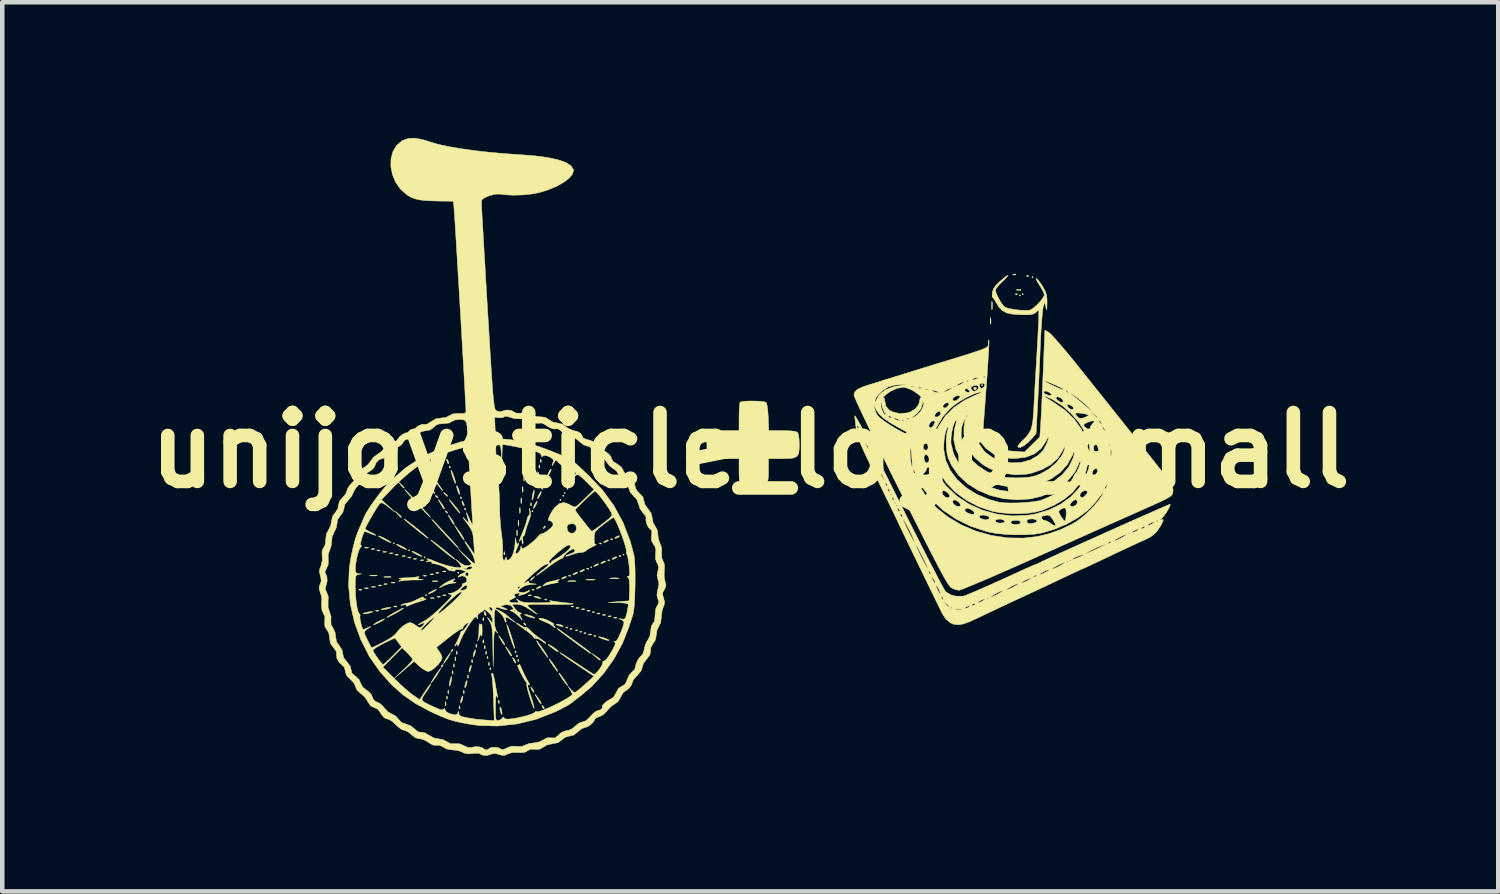
<source format=kicad_pcb>
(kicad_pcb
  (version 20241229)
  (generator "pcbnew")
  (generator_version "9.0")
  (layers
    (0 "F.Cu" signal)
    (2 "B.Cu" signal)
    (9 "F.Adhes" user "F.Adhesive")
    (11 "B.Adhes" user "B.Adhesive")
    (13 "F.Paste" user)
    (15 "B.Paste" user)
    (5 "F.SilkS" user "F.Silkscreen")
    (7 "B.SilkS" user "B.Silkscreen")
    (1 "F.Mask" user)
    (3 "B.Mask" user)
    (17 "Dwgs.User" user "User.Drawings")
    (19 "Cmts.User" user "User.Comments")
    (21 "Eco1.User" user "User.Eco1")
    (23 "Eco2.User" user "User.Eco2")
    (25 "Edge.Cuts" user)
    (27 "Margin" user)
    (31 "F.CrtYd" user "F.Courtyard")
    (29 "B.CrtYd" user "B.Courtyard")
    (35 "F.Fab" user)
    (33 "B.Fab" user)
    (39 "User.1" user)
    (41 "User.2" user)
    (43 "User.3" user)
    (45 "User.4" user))
  (footprint "unijoysticle_logo_small"
    (layer "F.Cu")
    (at 13.542 6.907)
    (property "Reference" "unijoysticle_logo_small" (at 0 0 0) (layer "F.SilkS") (effects (font (size 1.524 1.524) (thickness 0.3))))
    (attr through_hole)
    (fp_poly (pts (xy -7.868 2.06) (xy -7.883 2.075) (xy -7.899 2.06) (xy -7.883 2.044) (xy -7.868 2.06)) (stroke (width 0.01) (type solid)) (fill yes) (layer "F.SilkS"))
    (fp_poly (pts (xy -7.527 2.215) (xy -7.543 2.23) (xy -7.558 2.215) (xy -7.543 2.199) (xy -7.527 2.215)) (stroke (width 0.01) (type solid)) (fill yes) (layer "F.SilkS"))
    (fp_poly (pts (xy -7.186 2.37) (xy -7.202 2.385) (xy -7.217 2.37) (xy -7.202 2.354) (xy -7.186 2.37)) (stroke (width 0.01) (type solid)) (fill yes) (layer "F.SilkS"))
    (fp_poly (pts (xy -7.155 3.206) (xy -7.171 3.221) (xy -7.186 3.206) (xy -7.171 3.19) (xy -7.155 3.206)) (stroke (width 0.01) (type solid)) (fill yes) (layer "F.SilkS"))
    (fp_poly (pts (xy -6.443 2.71) (xy -6.458 2.726) (xy -6.474 2.71) (xy -6.458 2.695) (xy -6.443 2.71)) (stroke (width 0.01) (type solid)) (fill yes) (layer "F.SilkS"))
    (fp_poly (pts (xy -4.801 1.347) (xy -4.817 1.363) (xy -4.832 1.347) (xy -4.817 1.332) (xy -4.801 1.347)) (stroke (width 0.01) (type solid)) (fill yes) (layer "F.SilkS"))
    (fp_poly (pts (xy -4.584 0.852) (xy -4.6 0.867) (xy -4.615 0.852) (xy -4.6 0.836) (xy -4.584 0.852)) (stroke (width 0.01) (type solid)) (fill yes) (layer "F.SilkS"))
    (fp_poly (pts (xy -4.491 0.635) (xy -4.507 0.65) (xy -4.522 0.635) (xy -4.507 0.62) (xy -4.491 0.635)) (stroke (width 0.01) (type solid)) (fill yes) (layer "F.SilkS"))
    (fp_poly (pts (xy -4.182 1.1) (xy -4.197 1.115) (xy -4.213 1.1) (xy -4.197 1.084) (xy -4.182 1.1)) (stroke (width 0.01) (type solid)) (fill yes) (layer "F.SilkS"))
    (fp_poly (pts (xy -4.12 1.007) (xy -4.135 1.022) (xy -4.151 1.007) (xy -4.135 0.991) (xy -4.12 1.007)) (stroke (width 0.01) (type solid)) (fill yes) (layer "F.SilkS"))
    (fp_poly (pts (xy -4.089 0.945) (xy -4.104 0.96) (xy -4.12 0.945) (xy -4.104 0.929) (xy -4.089 0.945)) (stroke (width 0.01) (type solid)) (fill yes) (layer "F.SilkS"))
    (fp_poly (pts (xy -4.027 0.852) (xy -4.042 0.867) (xy -4.058 0.852) (xy -4.042 0.836) (xy -4.027 0.852)) (stroke (width 0.01) (type solid)) (fill yes) (layer "F.SilkS"))
    (fp_poly (pts (xy -3.996 0.79) (xy -4.011 0.805) (xy -4.027 0.79) (xy -4.011 0.774) (xy -3.996 0.79)) (stroke (width 0.01) (type solid)) (fill yes) (layer "F.SilkS"))
    (fp_poly (pts (xy -3.903 0.635) (xy -3.918 0.65) (xy -3.934 0.635) (xy -3.918 0.62) (xy -3.903 0.635)) (stroke (width 0.01) (type solid)) (fill yes) (layer "F.SilkS"))
    (fp_poly (pts (xy -3.5 2.586) (xy -3.516 2.602) (xy -3.531 2.586) (xy -3.516 2.571) (xy -3.5 2.586)) (stroke (width 0.01) (type solid)) (fill yes) (layer "F.SilkS"))
    (fp_poly (pts (xy -2.788 2.308) (xy -2.803 2.323) (xy -2.819 2.308) (xy -2.803 2.292) (xy -2.788 2.308)) (stroke (width 0.01) (type solid)) (fill yes) (layer "F.SilkS"))
    (fp_poly (pts (xy 5.142 -1.44) (xy 5.126 -1.425) (xy 5.111 -1.44) (xy 5.126 -1.456) (xy 5.142 -1.44)) (stroke (width 0.01) (type solid)) (fill yes) (layer "F.SilkS"))
    (fp_poly (pts (xy 5.978 -3.423) (xy 5.963 -3.407) (xy 5.947 -3.423) (xy 5.963 -3.438) (xy 5.978 -3.423)) (stroke (width 0.01) (type solid)) (fill yes) (layer "F.SilkS"))
    (fp_poly (pts (xy 6.04 -3.454) (xy 6.025 -3.438) (xy 6.009 -3.454) (xy 6.025 -3.469) (xy 6.04 -3.454)) (stroke (width 0.01) (type solid)) (fill yes) (layer "F.SilkS"))
    (fp_poly (pts (xy 6.257 -3.825) (xy 6.242 -3.81) (xy 6.226 -3.825) (xy 6.242 -3.841) (xy 6.257 -3.825)) (stroke (width 0.01) (type solid)) (fill yes) (layer "F.SilkS"))
    (fp_poly (pts (xy -8.589 3.079) (xy -8.598 3.093) (xy -8.629 3.095) (xy -8.662 3.088) (xy -8.648 3.076) (xy -8.6 3.073) (xy -8.589 3.079)) (stroke (width 0.01) (type solid)) (fill yes) (layer "F.SilkS"))
    (fp_poly (pts (xy -8.449 2.148) (xy -8.445 2.159) (xy -8.487 2.163) (xy -8.531 2.159) (xy -8.526 2.148) (xy -8.463 2.144) (xy -8.449 2.148)) (stroke (width 0.01) (type solid)) (fill yes) (layer "F.SilkS"))
    (fp_poly (pts (xy -8.449 3.046) (xy -8.445 3.057) (xy -8.487 3.062) (xy -8.531 3.057) (xy -8.526 3.046) (xy -8.463 3.042) (xy -8.449 3.046)) (stroke (width 0.01) (type solid)) (fill yes) (layer "F.SilkS"))
    (fp_poly (pts (xy -8.31 2.181) (xy -8.319 2.195) (xy -8.351 2.197) (xy -8.384 2.189) (xy -8.369 2.178) (xy -8.321 2.174) (xy -8.31 2.181)) (stroke (width 0.01) (type solid)) (fill yes) (layer "F.SilkS"))
    (fp_poly (pts (xy -8.294 3.015) (xy -8.29 3.026) (xy -8.332 3.031) (xy -8.376 3.026) (xy -8.371 3.015) (xy -8.308 3.011) (xy -8.294 3.015)) (stroke (width 0.01) (type solid)) (fill yes) (layer "F.SilkS"))
    (fp_poly (pts (xy -8.217 3.543) (xy -8.226 3.558) (xy -8.258 3.56) (xy -8.291 3.552) (xy -8.276 3.541) (xy -8.228 3.537) (xy -8.217 3.543)) (stroke (width 0.01) (type solid)) (fill yes) (layer "F.SilkS"))
    (fp_poly (pts (xy -8.186 2.212) (xy -8.195 2.226) (xy -8.227 2.228) (xy -8.26 2.22) (xy -8.245 2.209) (xy -8.197 2.205) (xy -8.186 2.212)) (stroke (width 0.01) (type solid)) (fill yes) (layer "F.SilkS"))
    (fp_poly (pts (xy -8.155 2.986) (xy -8.164 3) (xy -8.196 3.002) (xy -8.229 2.995) (xy -8.214 2.983) (xy -8.166 2.98) (xy -8.155 2.986)) (stroke (width 0.01) (type solid)) (fill yes) (layer "F.SilkS"))
    (fp_poly (pts (xy -8.046 2.241) (xy -8.042 2.252) (xy -8.085 2.256) (xy -8.129 2.251) (xy -8.123 2.241) (xy -8.06 2.237) (xy -8.046 2.241)) (stroke (width 0.01) (type solid)) (fill yes) (layer "F.SilkS"))
    (fp_poly (pts (xy -8.031 2.955) (xy -8.04 2.969) (xy -8.072 2.971) (xy -8.105 2.964) (xy -8.09 2.952) (xy -8.042 2.949) (xy -8.031 2.955)) (stroke (width 0.01) (type solid)) (fill yes) (layer "F.SilkS"))
    (fp_poly (pts (xy -7.907 2.273) (xy -7.916 2.288) (xy -7.948 2.29) (xy -7.981 2.282) (xy -7.967 2.271) (xy -7.918 2.267) (xy -7.907 2.273)) (stroke (width 0.01) (type solid)) (fill yes) (layer "F.SilkS"))
    (fp_poly (pts (xy -7.86 2.922) (xy -7.856 2.933) (xy -7.899 2.938) (xy -7.943 2.933) (xy -7.938 2.922) (xy -7.874 2.918) (xy -7.86 2.922)) (stroke (width 0.01) (type solid)) (fill yes) (layer "F.SilkS"))
    (fp_poly (pts (xy -7.814 3.451) (xy -7.823 3.465) (xy -7.855 3.467) (xy -7.888 3.459) (xy -7.874 3.448) (xy -7.825 3.444) (xy -7.814 3.451)) (stroke (width 0.01) (type solid)) (fill yes) (layer "F.SilkS"))
    (fp_poly (pts (xy -7.783 2.304) (xy -7.793 2.319) (xy -7.824 2.321) (xy -7.857 2.313) (xy -7.843 2.302) (xy -7.794 2.298) (xy -7.783 2.304)) (stroke (width 0.01) (type solid)) (fill yes) (layer "F.SilkS"))
    (fp_poly (pts (xy -7.628 2.335) (xy -7.638 2.35) (xy -7.669 2.352) (xy -7.702 2.344) (xy -7.688 2.333) (xy -7.639 2.329) (xy -7.628 2.335)) (stroke (width 0.01) (type solid)) (fill yes) (layer "F.SilkS"))
    (fp_poly (pts (xy -7.504 2.366) (xy -7.514 2.38) (xy -7.545 2.383) (xy -7.578 2.375) (xy -7.564 2.364) (xy -7.515 2.36) (xy -7.504 2.366)) (stroke (width 0.01) (type solid)) (fill yes) (layer "F.SilkS"))
    (fp_poly (pts (xy -7.381 2.397) (xy -7.39 2.411) (xy -7.421 2.414) (xy -7.454 2.406) (xy -7.44 2.395) (xy -7.392 2.391) (xy -7.381 2.397)) (stroke (width 0.01) (type solid)) (fill yes) (layer "F.SilkS"))
    (fp_poly (pts (xy -7.226 2.428) (xy -7.235 2.442) (xy -7.266 2.445) (xy -7.299 2.437) (xy -7.285 2.426) (xy -7.237 2.422) (xy -7.226 2.428)) (stroke (width 0.01) (type solid)) (fill yes) (layer "F.SilkS"))
    (fp_poly (pts (xy -7.164 2.769) (xy -7.173 2.783) (xy -7.204 2.785) (xy -7.237 2.778) (xy -7.223 2.767) (xy -7.175 2.763) (xy -7.164 2.769)) (stroke (width 0.01) (type solid)) (fill yes) (layer "F.SilkS"))
    (fp_poly (pts (xy -7.009 2.738) (xy -7.018 2.752) (xy -7.05 2.754) (xy -7.083 2.747) (xy -7.068 2.736) (xy -7.02 2.732) (xy -7.009 2.738)) (stroke (width 0.01) (type solid)) (fill yes) (layer "F.SilkS"))
    (fp_poly (pts (xy -6.993 3.263) (xy -6.989 3.274) (xy -7.031 3.279) (xy -7.075 3.274) (xy -7.07 3.263) (xy -7.007 3.259) (xy -6.993 3.263)) (stroke (width 0.01) (type solid)) (fill yes) (layer "F.SilkS"))
    (fp_poly (pts (xy -6.885 2.707) (xy -6.894 2.721) (xy -6.926 2.723) (xy -6.959 2.716) (xy -6.944 2.705) (xy -6.896 2.701) (xy -6.885 2.707)) (stroke (width 0.01) (type solid)) (fill yes) (layer "F.SilkS"))
    (fp_poly (pts (xy -6.854 3.234) (xy -6.863 3.248) (xy -6.895 3.25) (xy -6.928 3.242) (xy -6.913 3.231) (xy -6.865 3.228) (xy -6.854 3.234)) (stroke (width 0.01) (type solid)) (fill yes) (layer "F.SilkS"))
    (fp_poly (pts (xy -6.732 5.568) (xy -6.728 5.631) (xy -6.732 5.645) (xy -6.743 5.649) (xy -6.748 5.607) (xy -6.743 5.563) (xy -6.732 5.568)) (stroke (width 0.01) (type solid)) (fill yes) (layer "F.SilkS"))
    (fp_poly (pts (xy -6.732 0.103) (xy -6.728 0.14) (xy -6.732 0.145) (xy -6.75 0.14) (xy -6.753 0.124) (xy -6.741 0.098) (xy -6.732 0.103)) (stroke (width 0.01) (type solid)) (fill yes) (layer "F.SilkS"))
    (fp_poly (pts (xy -6.73 2.676) (xy -6.739 2.69) (xy -6.771 2.692) (xy -6.804 2.685) (xy -6.789 2.674) (xy -6.741 2.67) (xy -6.73 2.676)) (stroke (width 0.01) (type solid)) (fill yes) (layer "F.SilkS"))
    (fp_poly (pts (xy -6.73 3.203) (xy -6.739 3.217) (xy -6.771 3.219) (xy -6.804 3.211) (xy -6.789 3.2) (xy -6.741 3.197) (xy -6.73 3.203)) (stroke (width 0.01) (type solid)) (fill yes) (layer "F.SilkS"))
    (fp_poly (pts (xy -6.701 5.446) (xy -6.697 5.494) (xy -6.703 5.505) (xy -6.717 5.496) (xy -6.719 5.465) (xy -6.712 5.432) (xy -6.701 5.446)) (stroke (width 0.01) (type solid)) (fill yes) (layer "F.SilkS"))
    (fp_poly (pts (xy -6.67 5.322) (xy -6.666 5.37) (xy -6.672 5.381) (xy -6.686 5.372) (xy -6.688 5.341) (xy -6.681 5.308) (xy -6.67 5.322)) (stroke (width 0.01) (type solid)) (fill yes) (layer "F.SilkS"))
    (fp_poly (pts (xy -6.639 0.351) (xy -6.635 0.388) (xy -6.639 0.392) (xy -6.658 0.388) (xy -6.66 0.372) (xy -6.648 0.346) (xy -6.639 0.351)) (stroke (width 0.01) (type solid)) (fill yes) (layer "F.SilkS"))
    (fp_poly (pts (xy -6.577 4.888) (xy -6.573 4.937) (xy -6.579 4.948) (xy -6.593 4.938) (xy -6.595 4.907) (xy -6.588 4.874) (xy -6.577 4.888)) (stroke (width 0.01) (type solid)) (fill yes) (layer "F.SilkS"))
    (fp_poly (pts (xy -6.546 4.733) (xy -6.542 4.782) (xy -6.548 4.793) (xy -6.562 4.784) (xy -6.564 4.752) (xy -6.557 4.719) (xy -6.546 4.733)) (stroke (width 0.01) (type solid)) (fill yes) (layer "F.SilkS"))
    (fp_poly (pts (xy -6.515 4.577) (xy -6.511 4.64) (xy -6.515 4.654) (xy -6.527 4.658) (xy -6.531 4.615) (xy -6.526 4.571) (xy -6.515 4.577)) (stroke (width 0.01) (type solid)) (fill yes) (layer "F.SilkS"))
    (fp_poly (pts (xy -6.484 4.455) (xy -6.48 4.503) (xy -6.486 4.514) (xy -6.5 4.505) (xy -6.502 4.473) (xy -6.495 4.44) (xy -6.484 4.455)) (stroke (width 0.01) (type solid)) (fill yes) (layer "F.SilkS"))
    (fp_poly (pts (xy -6.422 5.663) (xy -6.418 5.711) (xy -6.424 5.722) (xy -6.438 5.713) (xy -6.44 5.681) (xy -6.433 5.648) (xy -6.422 5.663)) (stroke (width 0.01) (type solid)) (fill yes) (layer "F.SilkS"))
    (fp_poly (pts (xy -6.391 1.033) (xy -6.388 1.069) (xy -6.391 1.074) (xy -6.41 1.07) (xy -6.412 1.053) (xy -6.401 1.028) (xy -6.391 1.033)) (stroke (width 0.01) (type solid)) (fill yes) (layer "F.SilkS"))
    (fp_poly (pts (xy -6.329 5.322) (xy -6.325 5.37) (xy -6.331 5.381) (xy -6.345 5.372) (xy -6.348 5.341) (xy -6.34 5.308) (xy -6.329 5.322)) (stroke (width 0.01) (type solid)) (fill yes) (layer "F.SilkS"))
    (fp_poly (pts (xy -6.298 1.28) (xy -6.295 1.317) (xy -6.298 1.322) (xy -6.317 1.317) (xy -6.319 1.301) (xy -6.308 1.275) (xy -6.298 1.28)) (stroke (width 0.01) (type solid)) (fill yes) (layer "F.SilkS"))
    (fp_poly (pts (xy -6.236 4.981) (xy -6.232 5.03) (xy -6.238 5.041) (xy -6.252 5.031) (xy -6.255 5) (xy -6.247 4.967) (xy -6.236 4.981)) (stroke (width 0.01) (type solid)) (fill yes) (layer "F.SilkS"))
    (fp_poly (pts (xy -6.143 4.641) (xy -6.139 4.689) (xy -6.145 4.7) (xy -6.16 4.691) (xy -6.162 4.659) (xy -6.154 4.626) (xy -6.143 4.641)) (stroke (width 0.01) (type solid)) (fill yes) (layer "F.SilkS"))
    (fp_poly (pts (xy -6.05 4.3) (xy -6.046 4.348) (xy -6.053 4.359) (xy -6.067 4.35) (xy -6.069 4.319) (xy -6.061 4.285) (xy -6.05 4.3)) (stroke (width 0.01) (type solid)) (fill yes) (layer "F.SilkS"))
    (fp_poly (pts (xy -5.895 3.711) (xy -5.891 3.76) (xy -5.898 3.771) (xy -5.912 3.761) (xy -5.914 3.73) (xy -5.906 3.697) (xy -5.895 3.711)) (stroke (width 0.01) (type solid)) (fill yes) (layer "F.SilkS"))
    (fp_poly (pts (xy -5.895 4.207) (xy -5.891 4.255) (xy -5.898 4.266) (xy -5.912 4.257) (xy -5.914 4.226) (xy -5.906 4.193) (xy -5.895 4.207)) (stroke (width 0.01) (type solid)) (fill yes) (layer "F.SilkS"))
    (fp_poly (pts (xy -5.864 4.331) (xy -5.861 4.379) (xy -5.867 4.39) (xy -5.881 4.381) (xy -5.883 4.349) (xy -5.875 4.316) (xy -5.864 4.331)) (stroke (width 0.01) (type solid)) (fill yes) (layer "F.SilkS"))
    (fp_poly (pts (xy -5.833 4.455) (xy -5.83 4.503) (xy -5.836 4.514) (xy -5.85 4.505) (xy -5.852 4.473) (xy -5.844 4.44) (xy -5.833 4.455)) (stroke (width 0.01) (type solid)) (fill yes) (layer "F.SilkS"))
    (fp_poly (pts (xy -5.803 4.564) (xy -5.799 4.601) (xy -5.803 4.605) (xy -5.821 4.601) (xy -5.823 4.584) (xy -5.812 4.559) (xy -5.803 4.564)) (stroke (width 0.01) (type solid)) (fill yes) (layer "F.SilkS"))
    (fp_poly (pts (xy -5.771 4.702) (xy -5.768 4.751) (xy -5.774 4.762) (xy -5.788 4.753) (xy -5.79 4.721) (xy -5.782 4.688) (xy -5.771 4.702)) (stroke (width 0.01) (type solid)) (fill yes) (layer "F.SilkS"))
    (fp_poly (pts (xy -5.741 4.812) (xy -5.737 4.848) (xy -5.741 4.853) (xy -5.759 4.849) (xy -5.761 4.832) (xy -5.75 4.807) (xy -5.741 4.812)) (stroke (width 0.01) (type solid)) (fill yes) (layer "F.SilkS"))
    (fp_poly (pts (xy -5.554 5.539) (xy -5.551 5.587) (xy -5.557 5.598) (xy -5.571 5.589) (xy -5.573 5.558) (xy -5.566 5.524) (xy -5.554 5.539)) (stroke (width 0.01) (type solid)) (fill yes) (layer "F.SilkS"))
    (fp_poly (pts (xy -5.431 2.255) (xy -5.427 2.304) (xy -5.433 2.315) (xy -5.447 2.306) (xy -5.449 2.274) (xy -5.442 2.241) (xy -5.431 2.255)) (stroke (width 0.01) (type solid)) (fill yes) (layer "F.SilkS"))
    (fp_poly (pts (xy -5.183 4.44) (xy -5.18 4.477) (xy -5.183 4.481) (xy -5.202 4.477) (xy -5.204 4.46) (xy -5.193 4.435) (xy -5.183 4.44)) (stroke (width 0.01) (type solid)) (fill yes) (layer "F.SilkS"))
    (fp_poly (pts (xy -5.152 4.533) (xy -5.149 4.57) (xy -5.152 4.574) (xy -5.171 4.57) (xy -5.173 4.553) (xy -5.162 4.528) (xy -5.152 4.533)) (stroke (width 0.01) (type solid)) (fill yes) (layer "F.SilkS"))
    (fp_poly (pts (xy -5.121 4.626) (xy -5.118 4.662) (xy -5.121 4.667) (xy -5.14 4.663) (xy -5.142 4.646) (xy -5.131 4.621) (xy -5.121 4.626)) (stroke (width 0.01) (type solid)) (fill yes) (layer "F.SilkS"))
    (fp_poly (pts (xy -4.842 1.171) (xy -4.838 1.22) (xy -4.844 1.231) (xy -4.859 1.221) (xy -4.861 1.19) (xy -4.853 1.157) (xy -4.842 1.171)) (stroke (width 0.01) (type solid)) (fill yes) (layer "F.SilkS"))
    (fp_poly (pts (xy -4.841 3.203) (xy -4.85 3.217) (xy -4.881 3.219) (xy -4.914 3.211) (xy -4.9 3.2) (xy -4.852 3.197) (xy -4.841 3.203)) (stroke (width 0.01) (type solid)) (fill yes) (layer "F.SilkS"))
    (fp_poly (pts (xy -4.781 3.077) (xy -4.785 3.095) (xy -4.801 3.098) (xy -4.827 3.086) (xy -4.822 3.077) (xy -4.785 3.073) (xy -4.781 3.077)) (stroke (width 0.01) (type solid)) (fill yes) (layer "F.SilkS"))
    (fp_poly (pts (xy -4.75 0.736) (xy -4.746 0.799) (xy -4.75 0.813) (xy -4.761 0.817) (xy -4.765 0.774) (xy -4.76 0.73) (xy -4.75 0.736)) (stroke (width 0.01) (type solid)) (fill yes) (layer "F.SilkS"))
    (fp_poly (pts (xy -4.718 0.614) (xy -4.714 0.662) (xy -4.721 0.673) (xy -4.735 0.664) (xy -4.737 0.632) (xy -4.729 0.599) (xy -4.718 0.614)) (stroke (width 0.01) (type solid)) (fill yes) (layer "F.SilkS"))
    (fp_poly (pts (xy -4.687 0.49) (xy -4.683 0.538) (xy -4.69 0.549) (xy -4.704 0.54) (xy -4.706 0.509) (xy -4.698 0.475) (xy -4.687 0.49)) (stroke (width 0.01) (type solid)) (fill yes) (layer "F.SilkS"))
    (fp_poly (pts (xy -4.656 0.335) (xy -4.652 0.383) (xy -4.659 0.394) (xy -4.673 0.385) (xy -4.675 0.354) (xy -4.667 0.321) (xy -4.656 0.335)) (stroke (width 0.01) (type solid)) (fill yes) (layer "F.SilkS"))
    (fp_poly (pts (xy -4.625 0.211) (xy -4.621 0.259) (xy -4.628 0.27) (xy -4.642 0.261) (xy -4.644 0.23) (xy -4.636 0.197) (xy -4.625 0.211)) (stroke (width 0.01) (type solid)) (fill yes) (layer "F.SilkS"))
    (fp_poly (pts (xy -4.502 3.294) (xy -4.506 3.312) (xy -4.522 3.314) (xy -4.548 3.303) (xy -4.543 3.294) (xy -4.506 3.29) (xy -4.502 3.294)) (stroke (width 0.01) (type solid)) (fill yes) (layer "F.SilkS"))
    (fp_poly (pts (xy -4.037 3.913) (xy -4.041 3.932) (xy -4.058 3.934) (xy -4.083 3.923) (xy -4.078 3.913) (xy -4.042 3.91) (xy -4.037 3.913)) (stroke (width 0.01) (type solid)) (fill yes) (layer "F.SilkS"))
    (fp_poly (pts (xy -3.975 2.767) (xy -3.979 2.786) (xy -3.996 2.788) (xy -4.021 2.776) (xy -4.017 2.767) (xy -3.98 2.763) (xy -3.975 2.767)) (stroke (width 0.01) (type solid)) (fill yes) (layer "F.SilkS"))
    (fp_poly (pts (xy -3.944 3.944) (xy -3.948 3.963) (xy -3.965 3.965) (xy -3.99 3.954) (xy -3.986 3.944) (xy -3.949 3.941) (xy -3.944 3.944)) (stroke (width 0.01) (type solid)) (fill yes) (layer "F.SilkS"))
    (fp_poly (pts (xy -3.913 3.449) (xy -3.918 3.467) (xy -3.934 3.469) (xy -3.959 3.458) (xy -3.955 3.449) (xy -3.918 3.445) (xy -3.913 3.449)) (stroke (width 0.01) (type solid)) (fill yes) (layer "F.SilkS"))
    (fp_poly (pts (xy -3.82 3.975) (xy -3.825 3.994) (xy -3.841 3.996) (xy -3.866 3.985) (xy -3.862 3.975) (xy -3.825 3.971) (xy -3.82 3.975)) (stroke (width 0.01) (type solid)) (fill yes) (layer "F.SilkS"))
    (fp_poly (pts (xy -3.787 3.482) (xy -3.797 3.496) (xy -3.828 3.498) (xy -3.861 3.49) (xy -3.847 3.479) (xy -3.798 3.475) (xy -3.787 3.482)) (stroke (width 0.01) (type solid)) (fill yes) (layer "F.SilkS"))
    (fp_poly (pts (xy -3.727 4.006) (xy -3.732 4.025) (xy -3.748 4.027) (xy -3.774 4.015) (xy -3.769 4.006) (xy -3.732 4.002) (xy -3.727 4.006)) (stroke (width 0.01) (type solid)) (fill yes) (layer "F.SilkS"))
    (fp_poly (pts (xy -3.664 3.513) (xy -3.673 3.527) (xy -3.704 3.529) (xy -3.737 3.521) (xy -3.723 3.51) (xy -3.674 3.506) (xy -3.664 3.513)) (stroke (width 0.01) (type solid)) (fill yes) (layer "F.SilkS"))
    (fp_poly (pts (xy -3.634 4.037) (xy -3.639 4.056) (xy -3.655 4.058) (xy -3.681 4.046) (xy -3.676 4.037) (xy -3.639 4.033) (xy -3.634 4.037)) (stroke (width 0.01) (type solid)) (fill yes) (layer "F.SilkS"))
    (fp_poly (pts (xy -3.573 2.612) (xy -3.577 2.631) (xy -3.593 2.633) (xy -3.619 2.622) (xy -3.614 2.612) (xy -3.577 2.609) (xy -3.573 2.612)) (stroke (width 0.01) (type solid)) (fill yes) (layer "F.SilkS"))
    (fp_poly (pts (xy -3.54 3.543) (xy -3.549 3.558) (xy -3.58 3.56) (xy -3.613 3.552) (xy -3.599 3.541) (xy -3.551 3.537) (xy -3.54 3.543)) (stroke (width 0.01) (type solid)) (fill yes) (layer "F.SilkS"))
    (fp_poly (pts (xy -3.509 4.07) (xy -3.518 4.084) (xy -3.549 4.086) (xy -3.582 4.079) (xy -3.568 4.068) (xy -3.52 4.064) (xy -3.509 4.07)) (stroke (width 0.01) (type solid)) (fill yes) (layer "F.SilkS"))
    (fp_poly (pts (xy -3.449 3.573) (xy -3.453 3.591) (xy -3.469 3.593) (xy -3.495 3.582) (xy -3.49 3.573) (xy -3.453 3.569) (xy -3.449 3.573)) (stroke (width 0.01) (type solid)) (fill yes) (layer "F.SilkS"))
    (fp_poly (pts (xy -3.418 4.099) (xy -3.422 4.118) (xy -3.438 4.12) (xy -3.464 4.108) (xy -3.459 4.099) (xy -3.422 4.095) (xy -3.418 4.099)) (stroke (width 0.01) (type solid)) (fill yes) (layer "F.SilkS"))
    (fp_poly (pts (xy -3.323 3.605) (xy -3.332 3.62) (xy -3.363 3.622) (xy -3.396 3.614) (xy -3.382 3.603) (xy -3.334 3.599) (xy -3.323 3.605)) (stroke (width 0.01) (type solid)) (fill yes) (layer "F.SilkS"))
    (fp_poly (pts (xy -3.294 2.055) (xy -3.298 2.073) (xy -3.314 2.075) (xy -3.34 2.064) (xy -3.335 2.055) (xy -3.298 2.051) (xy -3.294 2.055)) (stroke (width 0.01) (type solid)) (fill yes) (layer "F.SilkS"))
    (fp_poly (pts (xy -3.199 3.636) (xy -3.208 3.65) (xy -3.24 3.653) (xy -3.273 3.645) (xy -3.258 3.634) (xy -3.21 3.63) (xy -3.199 3.636)) (stroke (width 0.01) (type solid)) (fill yes) (layer "F.SilkS"))
    (fp_poly (pts (xy -3.108 2.426) (xy -3.112 2.445) (xy -3.129 2.447) (xy -3.154 2.436) (xy -3.149 2.426) (xy -3.112 2.423) (xy -3.108 2.426)) (stroke (width 0.01) (type solid)) (fill yes) (layer "F.SilkS"))
    (fp_poly (pts (xy -3.075 3.667) (xy -3.084 3.681) (xy -3.116 3.684) (xy -3.149 3.676) (xy -3.134 3.665) (xy -3.086 3.661) (xy -3.075 3.667)) (stroke (width 0.01) (type solid)) (fill yes) (layer "F.SilkS"))
    (fp_poly (pts (xy -3.046 1.962) (xy -3.05 1.98) (xy -3.067 1.982) (xy -3.092 1.971) (xy -3.087 1.962) (xy -3.05 1.958) (xy -3.046 1.962)) (stroke (width 0.01) (type solid)) (fill yes) (layer "F.SilkS"))
    (fp_poly (pts (xy -2.951 3.698) (xy -2.96 3.712) (xy -2.992 3.715) (xy -3.025 3.707) (xy -3.01 3.696) (xy -2.962 3.692) (xy -2.951 3.698)) (stroke (width 0.01) (type solid)) (fill yes) (layer "F.SilkS"))
    (fp_poly (pts (xy -2.86 2.333) (xy -2.864 2.352) (xy -2.881 2.354) (xy -2.906 2.343) (xy -2.901 2.333) (xy -2.865 2.33) (xy -2.86 2.333)) (stroke (width 0.01) (type solid)) (fill yes) (layer "F.SilkS"))
    (fp_poly (pts (xy 5.877 -3.891) (xy 5.868 -3.877) (xy 5.836 -3.874) (xy 5.803 -3.882) (xy 5.818 -3.893) (xy 5.866 -3.897) (xy 5.877 -3.891)) (stroke (width 0.01) (type solid)) (fill yes) (layer "F.SilkS"))
    (fp_poly (pts (xy 5.906 -3.459) (xy 5.902 -3.441) (xy 5.885 -3.438) (xy 5.86 -3.45) (xy 5.865 -3.459) (xy 5.901 -3.463) (xy 5.906 -3.459)) (stroke (width 0.01) (type solid)) (fill yes) (layer "F.SilkS"))
    (fp_poly (pts (xy 6.154 -3.862) (xy 6.15 -3.843) (xy 6.133 -3.841) (xy 6.108 -3.852) (xy 6.113 -3.862) (xy 6.149 -3.865) (xy 6.154 -3.862)) (stroke (width 0.01) (type solid)) (fill yes) (layer "F.SilkS"))
    (fp_poly (pts (xy -7.783 1.406) (xy -7.724 1.461) (xy -7.716 1.485) (xy -7.724 1.487) (xy -7.749 1.466) (xy -7.793 1.417) (xy -7.852 1.347) (xy -7.783 1.406)) (stroke (width 0.01) (type solid)) (fill yes) (layer "F.SilkS"))
    (fp_poly (pts (xy -7.721 0.756) (xy -7.662 0.811) (xy -7.654 0.835) (xy -7.662 0.836) (xy -7.687 0.815) (xy -7.731 0.767) (xy -7.79 0.697) (xy -7.721 0.756)) (stroke (width 0.01) (type solid)) (fill yes) (layer "F.SilkS"))
    (fp_poly (pts (xy -7.16 0.663) (xy -7.127 0.692) (xy -7.124 0.699) (xy -7.139 0.712) (xy -7.17 0.683) (xy -7.174 0.677) (xy -7.177 0.655) (xy -7.16 0.663)) (stroke (width 0.01) (type solid)) (fill yes) (layer "F.SilkS"))
    (fp_poly (pts (xy -6.943 1.004) (xy -6.91 1.035) (xy -6.917 1.053) (xy -6.921 1.053) (xy -6.947 1.031) (xy -6.957 1.017) (xy -6.961 0.996) (xy -6.943 1.004)) (stroke (width 0.01) (type solid)) (fill yes) (layer "F.SilkS"))
    (fp_poly (pts (xy -6.726 1.344) (xy -6.694 1.373) (xy -6.691 1.38) (xy -6.705 1.393) (xy -6.736 1.364) (xy -6.74 1.358) (xy -6.744 1.337) (xy -6.726 1.344)) (stroke (width 0.01) (type solid)) (fill yes) (layer "F.SilkS"))
    (fp_poly (pts (xy -6.687 0.227) (xy -6.666 0.278) (xy -6.669 0.298) (xy -6.69 0.287) (xy -6.702 0.262) (xy -6.72 0.203) (xy -6.713 0.192) (xy -6.687 0.227)) (stroke (width 0.01) (type solid)) (fill yes) (layer "F.SilkS"))
    (fp_poly (pts (xy -6.346 1.156) (xy -6.326 1.207) (xy -6.328 1.227) (xy -6.349 1.216) (xy -6.362 1.191) (xy -6.379 1.133) (xy -6.372 1.121) (xy -6.346 1.156)) (stroke (width 0.01) (type solid)) (fill yes) (layer "F.SilkS"))
    (fp_poly (pts (xy -4.992 3.823) (xy -4.959 3.854) (xy -4.965 3.872) (xy -4.97 3.872) (xy -4.996 3.85) (xy -5.006 3.836) (xy -5.009 3.815) (xy -4.992 3.823)) (stroke (width 0.01) (type solid)) (fill yes) (layer "F.SilkS"))
    (fp_poly (pts (xy -4.585 5.656) (xy -4.581 5.66) (xy -4.556 5.701) (xy -4.559 5.716) (xy -4.582 5.707) (xy -4.598 5.678) (xy -4.607 5.641) (xy -4.585 5.656)) (stroke (width 0.01) (type solid)) (fill yes) (layer "F.SilkS"))
    (fp_poly (pts (xy -8.263 2.766) (xy -8.248 2.774) (xy -8.287 2.778) (xy -8.332 2.779) (xy -8.399 2.777) (xy -8.418 2.771) (xy -8.402 2.766) (xy -8.312 2.761) (xy -8.263 2.766)) (stroke (width 0.01) (type solid)) (fill yes) (layer "F.SilkS"))
    (fp_poly (pts (xy -7.953 2.797) (xy -7.938 2.805) (xy -7.977 2.809) (xy -8.023 2.81) (xy -8.09 2.808) (xy -8.108 2.802) (xy -8.092 2.797) (xy -8.002 2.792) (xy -7.953 2.797)) (stroke (width 0.01) (type solid)) (fill yes) (layer "F.SilkS"))
    (fp_poly (pts (xy -6.915 2.89) (xy -6.906 2.899) (xy -6.948 2.904) (xy -6.97 2.905) (xy -7.026 2.901) (xy -7.033 2.893) (xy -7.024 2.89) (xy -6.945 2.886) (xy -6.915 2.89)) (stroke (width 0.01) (type solid)) (fill yes) (layer "F.SilkS"))
    (fp_poly (pts (xy -6.893 4.912) (xy -6.949 5.003) (xy -7.006 5.082) (xy -7.068 5.157) (xy -7.015 5.062) (xy -6.959 4.971) (xy -6.902 4.892) (xy -6.84 4.817) (xy -6.893 4.912)) (stroke (width 0.01) (type solid)) (fill yes) (layer "F.SilkS"))
    (fp_poly (pts (xy -6.793 4.759) (xy -6.799 4.77) (xy -6.828 4.8) (xy -6.834 4.801) (xy -6.836 4.781) (xy -6.83 4.77) (xy -6.801 4.741) (xy -6.795 4.739) (xy -6.793 4.759)) (stroke (width 0.01) (type solid)) (fill yes) (layer "F.SilkS"))
    (fp_poly (pts (xy -6.767 0.939) (xy -6.745 0.956) (xy -6.702 0.995) (xy -6.691 1.011) (xy -6.706 1.02) (xy -6.747 0.98) (xy -6.757 0.968) (xy -6.783 0.931) (xy -6.767 0.939)) (stroke (width 0.01) (type solid)) (fill yes) (layer "F.SilkS"))
    (fp_poly (pts (xy -6.656 4.538) (xy -6.7 4.613) (xy -6.737 4.662) (xy -6.787 4.724) (xy -6.757 4.662) (xy -6.712 4.587) (xy -6.676 4.538) (xy -6.625 4.476) (xy -6.656 4.538)) (stroke (width 0.01) (type solid)) (fill yes) (layer "F.SilkS"))
    (fp_poly (pts (xy -6.577 4.419) (xy -6.582 4.43) (xy -6.612 4.459) (xy -6.617 4.46) (xy -6.619 4.44) (xy -6.613 4.43) (xy -6.584 4.4) (xy -6.579 4.399) (xy -6.577 4.419)) (stroke (width 0.01) (type solid)) (fill yes) (layer "F.SilkS"))
    (fp_poly (pts (xy -6.354 5.452) (xy -6.366 5.518) (xy -6.381 5.56) (xy -6.401 5.594) (xy -6.408 5.576) (xy -6.396 5.509) (xy -6.381 5.467) (xy -6.361 5.433) (xy -6.354 5.452)) (stroke (width 0.01) (type solid)) (fill yes) (layer "F.SilkS"))
    (fp_poly (pts (xy -6.261 5.111) (xy -6.273 5.177) (xy -6.288 5.219) (xy -6.309 5.253) (xy -6.315 5.235) (xy -6.303 5.169) (xy -6.288 5.126) (xy -6.268 5.093) (xy -6.261 5.111)) (stroke (width 0.01) (type solid)) (fill yes) (layer "F.SilkS"))
    (fp_poly (pts (xy -6.168 4.77) (xy -6.18 4.837) (xy -6.195 4.879) (xy -6.216 4.912) (xy -6.222 4.894) (xy -6.21 4.828) (xy -6.195 4.786) (xy -6.175 4.752) (xy -6.168 4.77)) (stroke (width 0.01) (type solid)) (fill yes) (layer "F.SilkS"))
    (fp_poly (pts (xy -6.076 4.43) (xy -6.087 4.496) (xy -6.102 4.538) (xy -6.123 4.572) (xy -6.129 4.553) (xy -6.117 4.487) (xy -6.102 4.445) (xy -6.082 4.411) (xy -6.076 4.43)) (stroke (width 0.01) (type solid)) (fill yes) (layer "F.SilkS"))
    (fp_poly (pts (xy -5.853 3.586) (xy -5.843 3.609) (xy -5.843 3.649) (xy -5.855 3.655) (xy -5.882 3.63) (xy -5.885 3.609) (xy -5.879 3.567) (xy -5.873 3.562) (xy -5.853 3.586)) (stroke (width 0.01) (type solid)) (fill yes) (layer "F.SilkS"))
    (fp_poly (pts (xy -5.518 5.695) (xy -5.5 5.748) (xy -5.489 5.813) (xy -5.493 5.844) (xy -5.509 5.828) (xy -5.527 5.775) (xy -5.538 5.71) (xy -5.534 5.679) (xy -5.518 5.695)) (stroke (width 0.01) (type solid)) (fill yes) (layer "F.SilkS"))
    (fp_poly (pts (xy -5.228 4.608) (xy -5.204 4.646) (xy -5.184 4.694) (xy -5.186 4.708) (xy -5.211 4.685) (xy -5.235 4.646) (xy -5.255 4.598) (xy -5.253 4.584) (xy -5.228 4.608)) (stroke (width 0.01) (type solid)) (fill yes) (layer "F.SilkS"))
    (fp_poly (pts (xy -5.152 1.773) (xy -5.147 1.852) (xy -5.152 1.882) (xy -5.161 1.891) (xy -5.165 1.849) (xy -5.166 1.828) (xy -5.163 1.771) (xy -5.154 1.765) (xy -5.152 1.773)) (stroke (width 0.01) (type solid)) (fill yes) (layer "F.SilkS"))
    (fp_poly (pts (xy -5.121 1.557) (xy -5.116 1.635) (xy -5.121 1.665) (xy -5.13 1.675) (xy -5.134 1.632) (xy -5.135 1.611) (xy -5.132 1.554) (xy -5.123 1.548) (xy -5.121 1.557)) (stroke (width 0.01) (type solid)) (fill yes) (layer "F.SilkS"))
    (fp_poly (pts (xy -5.09 1.278) (xy -5.085 1.356) (xy -5.09 1.386) (xy -5.099 1.396) (xy -5.103 1.353) (xy -5.104 1.332) (xy -5.101 1.276) (xy -5.093 1.269) (xy -5.09 1.278)) (stroke (width 0.01) (type solid)) (fill yes) (layer "F.SilkS"))
    (fp_poly (pts (xy -5.059 1.061) (xy -5.054 1.139) (xy -5.059 1.169) (xy -5.068 1.179) (xy -5.073 1.136) (xy -5.073 1.115) (xy -5.07 1.059) (xy -5.062 1.052) (xy -5.059 1.061)) (stroke (width 0.01) (type solid)) (fill yes) (layer "F.SilkS"))
    (fp_poly (pts (xy -5.028 0.813) (xy -5.023 0.892) (xy -5.028 0.922) (xy -5.037 0.931) (xy -5.042 0.888) (xy -5.042 0.867) (xy -5.039 0.811) (xy -5.031 0.804) (xy -5.028 0.813)) (stroke (width 0.01) (type solid)) (fill yes) (layer "F.SilkS"))
    (fp_poly (pts (xy -4.997 0.565) (xy -4.992 0.644) (xy -4.997 0.674) (xy -5.006 0.683) (xy -5.011 0.641) (xy -5.011 0.62) (xy -5.008 0.563) (xy -5 0.557) (xy -4.997 0.565)) (stroke (width 0.01) (type solid)) (fill yes) (layer "F.SilkS"))
    (fp_poly (pts (xy -4.966 0.348) (xy -4.961 0.427) (xy -4.966 0.457) (xy -4.975 0.467) (xy -4.98 0.424) (xy -4.98 0.403) (xy -4.977 0.346) (xy -4.969 0.34) (xy -4.966 0.348)) (stroke (width 0.01) (type solid)) (fill yes) (layer "F.SilkS"))
    (fp_poly (pts (xy -4.935 0.101) (xy -4.93 0.179) (xy -4.935 0.209) (xy -4.944 0.219) (xy -4.949 0.176) (xy -4.949 0.155) (xy -4.946 0.099) (xy -4.938 0.092) (xy -4.935 0.101)) (stroke (width 0.01) (type solid)) (fill yes) (layer "F.SilkS"))
    (fp_poly (pts (xy -4.825 5.259) (xy -4.801 5.297) (xy -4.781 5.345) (xy -4.784 5.359) (xy -4.808 5.335) (xy -4.832 5.297) (xy -4.852 5.249) (xy -4.85 5.235) (xy -4.825 5.259)) (stroke (width 0.01) (type solid)) (fill yes) (layer "F.SilkS"))
    (fp_poly (pts (xy -4.78 2.804) (xy -4.797 2.827) (xy -4.842 2.875) (xy -4.863 2.874) (xy -4.863 2.869) (xy -4.842 2.843) (xy -4.809 2.815) (xy -4.772 2.788) (xy -4.78 2.804)) (stroke (width 0.01) (type solid)) (fill yes) (layer "F.SilkS"))
    (fp_poly (pts (xy -4.704 3.238) (xy -4.662 3.252) (xy -4.628 3.273) (xy -4.646 3.279) (xy -4.713 3.267) (xy -4.755 3.252) (xy -4.789 3.232) (xy -4.77 3.226) (xy -4.704 3.238)) (stroke (width 0.01) (type solid)) (fill yes) (layer "F.SilkS"))
    (fp_poly (pts (xy -4.625 3.018) (xy -4.646 3.036) (xy -4.703 3.062) (xy -4.724 3.066) (xy -4.729 3.053) (xy -4.708 3.036) (xy -4.652 3.009) (xy -4.631 3.006) (xy -4.625 3.018)) (stroke (width 0.01) (type solid)) (fill yes) (layer "F.SilkS"))
    (fp_poly (pts (xy -4.532 1.693) (xy -4.538 1.704) (xy -4.567 1.733) (xy -4.573 1.735) (xy -4.575 1.715) (xy -4.569 1.704) (xy -4.54 1.674) (xy -4.534 1.673) (xy -4.532 1.693)) (stroke (width 0.01) (type solid)) (fill yes) (layer "F.SilkS"))
    (fp_poly (pts (xy -4.523 0.697) (xy -4.539 0.748) (xy -4.553 0.774) (xy -4.578 0.799) (xy -4.583 0.79) (xy -4.568 0.739) (xy -4.553 0.712) (xy -4.529 0.688) (xy -4.523 0.697)) (stroke (width 0.01) (type solid)) (fill yes) (layer "F.SilkS"))
    (fp_poly (pts (xy -4.208 3.857) (xy -4.166 3.872) (xy -4.132 3.892) (xy -4.151 3.899) (xy -4.217 3.887) (xy -4.259 3.872) (xy -4.293 3.851) (xy -4.275 3.845) (xy -4.208 3.857)) (stroke (width 0.01) (type solid)) (fill yes) (layer "F.SilkS"))
    (fp_poly (pts (xy -4.068 2.802) (xy -4.089 2.819) (xy -4.145 2.845) (xy -4.166 2.849) (xy -4.172 2.836) (xy -4.151 2.819) (xy -4.094 2.793) (xy -4.073 2.789) (xy -4.068 2.802)) (stroke (width 0.01) (type solid)) (fill yes) (layer "F.SilkS"))
    (fp_poly (pts (xy -3.944 0.701) (xy -3.949 0.712) (xy -3.979 0.742) (xy -3.984 0.743) (xy -3.986 0.723) (xy -3.98 0.712) (xy -3.951 0.683) (xy -3.946 0.681) (xy -3.944 0.701)) (stroke (width 0.01) (type solid)) (fill yes) (layer "F.SilkS"))
    (fp_poly (pts (xy -3.864 2.89) (xy -3.851 2.897) (xy -3.892 2.902) (xy -3.949 2.903) (xy -4.02 2.901) (xy -4.04 2.895) (xy -4.019 2.889) (xy -3.927 2.884) (xy -3.864 2.89)) (stroke (width 0.01) (type solid)) (fill yes) (layer "F.SilkS"))
    (fp_poly (pts (xy -3.82 2.709) (xy -3.841 2.726) (xy -3.897 2.752) (xy -3.918 2.756) (xy -3.924 2.743) (xy -3.903 2.726) (xy -3.846 2.7) (xy -3.825 2.696) (xy -3.82 2.709)) (stroke (width 0.01) (type solid)) (fill yes) (layer "F.SilkS"))
    (fp_poly (pts (xy -3.665 2.647) (xy -3.686 2.664) (xy -3.743 2.69) (xy -3.764 2.694) (xy -3.769 2.681) (xy -3.748 2.664) (xy -3.692 2.638) (xy -3.671 2.634) (xy -3.665 2.647)) (stroke (width 0.01) (type solid)) (fill yes) (layer "F.SilkS"))
    (fp_poly (pts (xy -3.446 2.859) (xy -3.427 2.865) (xy -3.462 2.87) (xy -3.531 2.871) (xy -3.608 2.87) (xy -3.636 2.865) (xy -3.616 2.859) (xy -3.516 2.853) (xy -3.446 2.859)) (stroke (width 0.01) (type solid)) (fill yes) (layer "F.SilkS"))
    (fp_poly (pts (xy -3.355 2.523) (xy -3.376 2.54) (xy -3.433 2.566) (xy -3.454 2.57) (xy -3.459 2.557) (xy -3.438 2.54) (xy -3.382 2.514) (xy -3.361 2.51) (xy -3.355 2.523)) (stroke (width 0.01) (type solid)) (fill yes) (layer "F.SilkS"))
    (fp_poly (pts (xy -3.2 2.461) (xy -3.221 2.478) (xy -3.278 2.504) (xy -3.299 2.508) (xy -3.304 2.495) (xy -3.283 2.478) (xy -3.227 2.452) (xy -3.206 2.448) (xy -3.2 2.461)) (stroke (width 0.01) (type solid)) (fill yes) (layer "F.SilkS"))
    (fp_poly (pts (xy -3.138 1.996) (xy -3.16 2.013) (xy -3.216 2.04) (xy -3.237 2.043) (xy -3.242 2.031) (xy -3.221 2.013) (xy -3.165 1.987) (xy -3.144 1.983) (xy -3.138 1.996)) (stroke (width 0.01) (type solid)) (fill yes) (layer "F.SilkS"))
    (fp_poly (pts (xy -2.953 2.368) (xy -2.974 2.385) (xy -3.03 2.411) (xy -3.051 2.415) (xy -3.057 2.402) (xy -3.036 2.385) (xy -2.979 2.359) (xy -2.958 2.355) (xy -2.953 2.368)) (stroke (width 0.01) (type solid)) (fill yes) (layer "F.SilkS"))
    (fp_poly (pts (xy -2.919 2.828) (xy -2.9 2.834) (xy -2.935 2.839) (xy -3.005 2.84) (xy -3.081 2.839) (xy -3.11 2.834) (xy -3.09 2.828) (xy -2.99 2.822) (xy -2.919 2.828)) (stroke (width 0.01) (type solid)) (fill yes) (layer "F.SilkS"))
    (fp_poly (pts (xy -2.891 1.903) (xy -2.912 1.92) (xy -2.968 1.947) (xy -2.989 1.951) (xy -2.995 1.938) (xy -2.974 1.92) (xy -2.917 1.894) (xy -2.896 1.89) (xy -2.891 1.903)) (stroke (width 0.01) (type solid)) (fill yes) (layer "F.SilkS"))
    (fp_poly (pts (xy 5.005 -1.379) (xy 5.003 -1.363) (xy 4.976 -1.333) (xy 4.972 -1.332) (xy 4.947 -1.354) (xy 4.941 -1.363) (xy 4.948 -1.389) (xy 4.972 -1.394) (xy 5.005 -1.379)) (stroke (width 0.01) (type solid)) (fill yes) (layer "F.SilkS"))
    (fp_poly (pts (xy 5.319 -2.919) (xy 5.324 -2.838) (xy 5.318 -2.795) (xy 5.31 -2.788) (xy 5.305 -2.832) (xy 5.305 -2.865) (xy 5.308 -2.925) (xy 5.315 -2.934) (xy 5.319 -2.919)) (stroke (width 0.01) (type solid)) (fill yes) (layer "F.SilkS"))
    (fp_poly (pts (xy 5.35 -3.275) (xy 5.355 -3.184) (xy 5.35 -3.12) (xy 5.342 -3.108) (xy 5.338 -3.148) (xy 5.337 -3.206) (xy 5.339 -3.276) (xy 5.345 -3.297) (xy 5.35 -3.275)) (stroke (width 0.01) (type solid)) (fill yes) (layer "F.SilkS"))
    (fp_poly (pts (xy 5.987 -3.552) (xy 5.988 -3.541) (xy 5.939 -3.537) (xy 5.932 -3.537) (xy 5.884 -3.542) (xy 5.888 -3.551) (xy 5.894 -3.553) (xy 5.961 -3.557) (xy 5.987 -3.552)) (stroke (width 0.01) (type solid)) (fill yes) (layer "F.SilkS"))
    (fp_poly (pts (xy -3.415 4.553) (xy -3.351 4.598) (xy -3.316 4.629) (xy -3.314 4.633) (xy -3.32 4.644) (xy -3.345 4.631) (xy -3.401 4.585) (xy -3.423 4.566) (xy -3.516 4.486) (xy -3.415 4.553)) (stroke (width 0.01) (type solid)) (fill yes) (layer "F.SilkS"))
    (fp_poly (pts (xy -8.345 3.572) (xy -8.368 3.584) (xy -8.394 3.593) (xy -8.479 3.613) (xy -8.534 3.618) (xy -8.567 3.615) (xy -8.544 3.602) (xy -8.518 3.593) (xy -8.433 3.574) (xy -8.379 3.568) (xy -8.345 3.572)) (stroke (width 0.01) (type solid)) (fill yes) (layer "F.SilkS"))
    (fp_poly (pts (xy -7.943 3.479) (xy -7.966 3.491) (xy -7.992 3.5) (xy -8.077 3.52) (xy -8.131 3.525) (xy -8.165 3.522) (xy -8.142 3.509) (xy -8.116 3.5) (xy -8.031 3.481) (xy -7.976 3.475) (xy -7.943 3.479)) (stroke (width 0.01) (type solid)) (fill yes) (layer "F.SilkS"))
    (fp_poly (pts (xy -6.604 5.013) (xy -6.604 5.034) (xy -6.614 5.112) (xy -6.629 5.173) (xy -6.646 5.22) (xy -6.653 5.209) (xy -6.654 5.188) (xy -6.644 5.11) (xy -6.629 5.049) (xy -6.611 5.002) (xy -6.604 5.013)) (stroke (width 0.01) (type solid)) (fill yes) (layer "F.SilkS"))
    (fp_poly (pts (xy -5.523 0.389) (xy -5.522 0.395) (xy -5.517 0.504) (xy -5.522 0.596) (xy -5.528 0.62) (xy -5.533 0.588) (xy -5.535 0.508) (xy -5.535 0.496) (xy -5.533 0.411) (xy -5.529 0.373) (xy -5.523 0.389)) (stroke (width 0.01) (type solid)) (fill yes) (layer "F.SilkS"))
    (fp_poly (pts (xy -4.777 0.893) (xy -4.776 0.914) (xy -4.786 0.992) (xy -4.801 1.053) (xy -4.819 1.1) (xy -4.826 1.089) (xy -4.826 1.069) (xy -4.816 0.99) (xy -4.801 0.929) (xy -4.784 0.883) (xy -4.777 0.893)) (stroke (width 0.01) (type solid)) (fill yes) (layer "F.SilkS"))
    (fp_poly (pts (xy -4.71 1.131) (xy -4.725 1.178) (xy -4.755 1.239) (xy -4.786 1.284) (xy -4.799 1.286) (xy -4.799 1.285) (xy -4.785 1.238) (xy -4.755 1.177) (xy -4.724 1.132) (xy -4.711 1.13) (xy -4.71 1.131)) (stroke (width 0.01) (type solid)) (fill yes) (layer "F.SilkS"))
    (fp_poly (pts (xy -4.618 0.914) (xy -4.632 0.961) (xy -4.662 1.022) (xy -4.693 1.067) (xy -4.706 1.07) (xy -4.706 1.069) (xy -4.692 1.021) (xy -4.662 0.96) (xy -4.631 0.915) (xy -4.618 0.913) (xy -4.618 0.914)) (stroke (width 0.01) (type solid)) (fill yes) (layer "F.SilkS"))
    (fp_poly (pts (xy -4.401 0.418) (xy -4.415 0.466) (xy -4.445 0.527) (xy -4.476 0.572) (xy -4.489 0.574) (xy -4.489 0.573) (xy -4.475 0.525) (xy -4.445 0.465) (xy -4.414 0.42) (xy -4.401 0.417) (xy -4.401 0.418)) (stroke (width 0.01) (type solid)) (fill yes) (layer "F.SilkS"))
    (fp_poly (pts (xy -7.296 0.449) (xy -7.244 0.517) (xy -7.208 0.578) (xy -7.195 0.615) (xy -7.199 0.62) (xy -7.226 0.597) (xy -7.236 0.581) (xy -7.268 0.526) (xy -7.304 0.465) (xy -7.332 0.413) (xy -7.328 0.412) (xy -7.296 0.449)) (stroke (width 0.01) (type solid)) (fill yes) (layer "F.SilkS"))
    (fp_poly (pts (xy -7.079 0.79) (xy -7.028 0.858) (xy -6.991 0.919) (xy -6.978 0.956) (xy -6.982 0.96) (xy -7.009 0.938) (xy -7.02 0.922) (xy -7.052 0.867) (xy -7.087 0.805) (xy -7.115 0.754) (xy -7.111 0.753) (xy -7.079 0.79)) (stroke (width 0.01) (type solid)) (fill yes) (layer "F.SilkS"))
    (fp_poly (pts (xy -6.862 1.131) (xy -6.811 1.199) (xy -6.774 1.26) (xy -6.761 1.297) (xy -6.765 1.301) (xy -6.792 1.279) (xy -6.803 1.262) (xy -6.835 1.207) (xy -6.87 1.146) (xy -6.898 1.095) (xy -6.894 1.093) (xy -6.862 1.131)) (stroke (width 0.01) (type solid)) (fill yes) (layer "F.SilkS"))
    (fp_poly (pts (xy -6.645 1.471) (xy -6.594 1.539) (xy -6.557 1.601) (xy -6.544 1.638) (xy -6.548 1.642) (xy -6.575 1.619) (xy -6.586 1.603) (xy -6.618 1.548) (xy -6.653 1.487) (xy -6.682 1.435) (xy -6.677 1.434) (xy -6.645 1.471)) (stroke (width 0.01) (type solid)) (fill yes) (layer "F.SilkS"))
    (fp_poly (pts (xy -6.481 1.733) (xy -6.429 1.802) (xy -6.379 1.877) (xy -6.341 1.941) (xy -6.327 1.979) (xy -6.329 1.982) (xy -6.354 1.959) (xy -6.393 1.905) (xy -6.447 1.818) (xy -6.493 1.742) (xy -6.543 1.657) (xy -6.481 1.733)) (stroke (width 0.01) (type solid)) (fill yes) (layer "F.SilkS"))
    (fp_poly (pts (xy -5.53 4.135) (xy -5.479 4.203) (xy -5.442 4.264) (xy -5.429 4.301) (xy -5.433 4.306) (xy -5.46 4.283) (xy -5.471 4.267) (xy -5.503 4.212) (xy -5.538 4.151) (xy -5.566 4.099) (xy -5.562 4.098) (xy -5.53 4.135)) (stroke (width 0.01) (type solid)) (fill yes) (layer "F.SilkS"))
    (fp_poly (pts (xy -5.375 4.383) (xy -5.324 4.451) (xy -5.287 4.512) (xy -5.274 4.549) (xy -5.278 4.553) (xy -5.305 4.531) (xy -5.316 4.515) (xy -5.348 4.46) (xy -5.383 4.399) (xy -5.412 4.347) (xy -5.407 4.346) (xy -5.375 4.383)) (stroke (width 0.01) (type solid)) (fill yes) (layer "F.SilkS"))
    (fp_poly (pts (xy -4.725 5.436) (xy -4.674 5.504) (xy -4.637 5.565) (xy -4.624 5.602) (xy -4.628 5.607) (xy -4.655 5.584) (xy -4.666 5.568) (xy -4.697 5.513) (xy -4.733 5.452) (xy -4.761 5.4) (xy -4.757 5.399) (xy -4.725 5.436)) (stroke (width 0.01) (type solid)) (fill yes) (layer "F.SilkS"))
    (fp_poly (pts (xy -4.46 4.295) (xy -4.404 4.324) (xy -4.332 4.371) (xy -4.274 4.417) (xy -4.245 4.45) (xy -4.251 4.46) (xy -4.283 4.444) (xy -4.343 4.402) (xy -4.356 4.393) (xy -4.44 4.327) (xy -4.475 4.294) (xy -4.46 4.295)) (stroke (width 0.01) (type solid)) (fill yes) (layer "F.SilkS"))
    (fp_poly (pts (xy -8.181 1.906) (xy -8.104 1.941) (xy -8.054 1.967) (xy -7.981 2.008) (xy -7.944 2.036) (xy -7.945 2.042) (xy -7.989 2.028) (xy -8.065 1.993) (xy -8.116 1.967) (xy -8.188 1.925) (xy -8.225 1.898) (xy -8.224 1.892) (xy -8.181 1.906)) (stroke (width 0.01) (type solid)) (fill yes) (layer "F.SilkS"))
    (fp_poly (pts (xy -8.085 3.731) (xy -8.11 3.753) (xy -8.173 3.791) (xy -8.209 3.81) (xy -8.282 3.845) (xy -8.327 3.859) (xy -8.332 3.858) (xy -8.307 3.836) (xy -8.244 3.798) (xy -8.209 3.779) (xy -8.135 3.745) (xy -8.091 3.73) (xy -8.085 3.731)) (stroke (width 0.01) (type solid)) (fill yes) (layer "F.SilkS"))
    (fp_poly (pts (xy -7.776 2.092) (xy -7.703 2.126) (xy -7.682 2.137) (xy -7.622 2.174) (xy -7.6 2.195) (xy -7.605 2.197) (xy -7.65 2.183) (xy -7.723 2.148) (xy -7.744 2.137) (xy -7.804 2.101) (xy -7.826 2.08) (xy -7.821 2.078) (xy -7.776 2.092)) (stroke (width 0.01) (type solid)) (fill yes) (layer "F.SilkS"))
    (fp_poly (pts (xy -7.435 2.247) (xy -7.362 2.281) (xy -7.341 2.292) (xy -7.281 2.329) (xy -7.259 2.35) (xy -7.264 2.352) (xy -7.309 2.338) (xy -7.382 2.303) (xy -7.403 2.292) (xy -7.463 2.256) (xy -7.485 2.235) (xy -7.481 2.233) (xy -7.435 2.247)) (stroke (width 0.01) (type solid)) (fill yes) (layer "F.SilkS"))
    (fp_poly (pts (xy -6.939 3.08) (xy -6.963 3.104) (xy -7.023 3.14) (xy -7.031 3.144) (xy -7.093 3.172) (xy -7.124 3.178) (xy -7.124 3.177) (xy -7.1 3.153) (xy -7.04 3.118) (xy -7.031 3.113) (xy -6.969 3.085) (xy -6.939 3.079) (xy -6.939 3.08)) (stroke (width 0.01) (type solid)) (fill yes) (layer "F.SilkS"))
    (fp_poly (pts (xy -6.601 0.462) (xy -6.574 0.524) (xy -6.555 0.577) (xy -6.528 0.663) (xy -6.516 0.721) (xy -6.517 0.735) (xy -6.533 0.716) (xy -6.56 0.653) (xy -6.579 0.6) (xy -6.605 0.514) (xy -6.618 0.456) (xy -6.617 0.442) (xy -6.601 0.462)) (stroke (width 0.01) (type solid)) (fill yes) (layer "F.SilkS"))
    (fp_poly (pts (xy -6.476 0.801) (xy -6.451 0.859) (xy -6.446 0.871) (xy -6.426 0.941) (xy -6.423 0.981) (xy -6.424 0.982) (xy -6.441 0.965) (xy -6.466 0.907) (xy -6.47 0.895) (xy -6.491 0.825) (xy -6.494 0.785) (xy -6.493 0.783) (xy -6.476 0.801)) (stroke (width 0.01) (type solid)) (fill yes) (layer "F.SilkS"))
    (fp_poly (pts (xy -4.928 3.64) (xy -4.845 3.666) (xy -4.832 3.671) (xy -4.775 3.697) (xy -4.762 3.711) (xy -4.77 3.712) (xy -4.829 3.702) (xy -4.912 3.676) (xy -4.925 3.671) (xy -4.982 3.645) (xy -4.995 3.63) (xy -4.987 3.629) (xy -4.928 3.64)) (stroke (width 0.01) (type solid)) (fill yes) (layer "F.SilkS"))
    (fp_poly (pts (xy -4.423 4.639) (xy -4.376 4.699) (xy -4.337 4.755) (xy -4.287 4.831) (xy -4.258 4.882) (xy -4.256 4.894) (xy -4.281 4.871) (xy -4.328 4.811) (xy -4.368 4.755) (xy -4.417 4.679) (xy -4.446 4.628) (xy -4.448 4.615) (xy -4.423 4.639)) (stroke (width 0.01) (type solid)) (fill yes) (layer "F.SilkS"))
    (fp_poly (pts (xy -4.207 4.948) (xy -4.16 5.009) (xy -4.12 5.065) (xy -4.07 5.141) (xy -4.042 5.191) (xy -4.039 5.204) (xy -4.064 5.181) (xy -4.111 5.12) (xy -4.151 5.065) (xy -4.201 4.988) (xy -4.229 4.938) (xy -4.231 4.925) (xy -4.207 4.948)) (stroke (width 0.01) (type solid)) (fill yes) (layer "F.SilkS"))
    (fp_poly (pts (xy -3.287 4.135) (xy -3.204 4.161) (xy -3.19 4.166) (xy -3.133 4.192) (xy -3.121 4.207) (xy -3.129 4.208) (xy -3.187 4.197) (xy -3.27 4.171) (xy -3.283 4.166) (xy -3.341 4.14) (xy -3.353 4.126) (xy -3.345 4.124) (xy -3.287 4.135)) (stroke (width 0.01) (type solid)) (fill yes) (layer "F.SilkS"))
    (fp_poly (pts (xy -6.629 1.117) (xy -6.604 1.145) (xy -6.541 1.218) (xy -6.482 1.294) (xy -6.437 1.356) (xy -6.419 1.391) (xy -6.42 1.394) (xy -6.444 1.372) (xy -6.494 1.314) (xy -6.536 1.262) (xy -6.608 1.169) (xy -6.649 1.111) (xy -6.657 1.092) (xy -6.629 1.117)) (stroke (width 0.01) (type solid)) (fill yes) (layer "F.SilkS"))
    (fp_poly (pts (xy -7.666 3.492) (xy -7.708 3.523) (xy -7.787 3.571) (xy -7.883 3.626) (xy -7.97 3.671) (xy -8.026 3.697) (xy -8.04 3.697) (xy -8.038 3.696) (xy -7.997 3.666) (xy -7.918 3.617) (xy -7.821 3.562) (xy -7.735 3.516) (xy -7.679 3.491) (xy -7.665 3.491) (xy -7.666 3.492)) (stroke (width 0.01) (type solid)) (fill yes) (layer "F.SilkS"))
    (fp_poly (pts (xy -5.369 3.877) (xy -5.341 3.945) (xy -5.305 4.048) (xy -5.285 4.108) (xy -5.248 4.226) (xy -5.222 4.32) (xy -5.21 4.376) (xy -5.211 4.385) (xy -5.225 4.363) (xy -5.253 4.294) (xy -5.289 4.192) (xy -5.309 4.132) (xy -5.346 4.014) (xy -5.372 3.92) (xy -5.384 3.864) (xy -5.383 3.855) (xy -5.369 3.877)) (stroke (width 0.01) (type solid)) (fill yes) (layer "F.SilkS"))
    (fp_poly (pts (xy -4.702 4.236) (xy -4.655 4.299) (xy -4.592 4.387) (xy -4.584 4.399) (xy -4.525 4.488) (xy -4.486 4.554) (xy -4.473 4.584) (xy -4.474 4.584) (xy -4.497 4.561) (xy -4.545 4.498) (xy -4.608 4.41) (xy -4.615 4.399) (xy -4.674 4.309) (xy -4.714 4.243) (xy -4.727 4.213) (xy -4.726 4.213) (xy -4.702 4.236)) (stroke (width 0.01) (type solid)) (fill yes) (layer "F.SilkS"))
    (fp_poly (pts (xy -7.614 1.544) (xy -7.549 1.592) (xy -7.465 1.656) (xy -7.373 1.728) (xy -7.283 1.801) (xy -7.217 1.856) (xy -7.146 1.919) (xy -7.119 1.947) (xy -7.133 1.943) (xy -7.182 1.909) (xy -7.263 1.848) (xy -7.371 1.763) (xy -7.372 1.762) (xy -7.478 1.675) (xy -7.57 1.599) (xy -7.634 1.543) (xy -7.651 1.526) (xy -7.652 1.52) (xy -7.614 1.544)) (stroke (width 0.01) (type solid)) (fill yes) (layer "F.SilkS"))
    (fp_poly (pts (xy -7.026 2.009) (xy -6.96 2.057) (xy -6.876 2.121) (xy -6.784 2.193) (xy -6.695 2.266) (xy -6.629 2.321) (xy -6.557 2.384) (xy -6.531 2.412) (xy -6.544 2.408) (xy -6.594 2.374) (xy -6.675 2.313) (xy -6.783 2.228) (xy -6.784 2.227) (xy -6.89 2.14) (xy -6.982 2.063) (xy -7.045 2.007) (xy -7.062 1.991) (xy -7.063 1.984) (xy -7.026 2.009)) (stroke (width 0.01) (type solid)) (fill yes) (layer "F.SilkS"))
    (fp_poly (pts (xy -4.597 3.719) (xy -4.509 3.748) (xy -4.462 3.77) (xy -4.388 3.81) (xy -4.35 3.836) (xy -4.349 3.841) (xy -4.354 3.86) (xy -4.337 3.887) (xy -4.31 3.927) (xy -4.323 3.928) (xy -4.368 3.889) (xy -4.371 3.887) (xy -4.427 3.848) (xy -4.516 3.804) (xy -4.567 3.783) (xy -4.65 3.747) (xy -4.676 3.724) (xy -4.658 3.713) (xy -4.597 3.719)) (stroke (width 0.01) (type solid)) (fill yes) (layer "F.SilkS"))
    (fp_poly (pts (xy -5.562 3.538) (xy -5.474 3.585) (xy -5.407 3.631) (xy -5.335 3.692) (xy -5.266 3.75) (xy -5.188 3.815) (xy -5.286 3.751) (xy -5.367 3.701) (xy -5.407 3.691) (xy -5.413 3.719) (xy -5.405 3.748) (xy -5.396 3.797) (xy -5.403 3.81) (xy -5.422 3.784) (xy -5.439 3.732) (xy -5.476 3.662) (xy -5.541 3.588) (xy -5.556 3.576) (xy -5.653 3.498) (xy -5.562 3.538)) (stroke (width 0.01) (type solid)) (fill yes) (layer "F.SilkS"))
    (fp_poly (pts (xy -4.234 2.87) (xy -4.244 2.877) (xy -4.274 2.905) (xy -4.253 2.914) (xy -4.244 2.915) (xy -4.243 2.922) (xy -4.291 2.934) (xy -4.337 2.942) (xy -4.437 2.961) (xy -4.519 2.983) (xy -4.538 2.99) (xy -4.58 3.004) (xy -4.573 2.984) (xy -4.561 2.968) (xy -4.503 2.929) (xy -4.421 2.903) (xy -4.33 2.884) (xy -4.259 2.865) (xy -4.22 2.854) (xy -4.234 2.87)) (stroke (width 0.01) (type solid)) (fill yes) (layer "F.SilkS"))
    (fp_poly (pts (xy -7.617 0.889) (xy -7.558 0.948) (xy -7.473 1.036) (xy -7.371 1.145) (xy -7.341 1.177) (xy -7.239 1.29) (xy -7.155 1.384) (xy -7.096 1.452) (xy -7.071 1.485) (xy -7.071 1.487) (xy -7.097 1.465) (xy -7.156 1.406) (xy -7.24 1.318) (xy -7.342 1.209) (xy -7.372 1.177) (xy -7.475 1.065) (xy -7.559 0.97) (xy -7.617 0.902) (xy -7.642 0.869) (xy -7.642 0.867) (xy -7.617 0.889)) (stroke (width 0.01) (type solid)) (fill yes) (layer "F.SilkS"))
    (fp_poly (pts (xy -7.011 1.555) (xy -6.949 1.617) (xy -6.868 1.703) (xy -6.775 1.802) (xy -6.679 1.905) (xy -6.59 2.003) (xy -6.516 2.086) (xy -6.467 2.144) (xy -6.451 2.168) (xy -6.451 2.168) (xy -6.476 2.147) (xy -6.536 2.088) (xy -6.621 1.999) (xy -6.725 1.888) (xy -6.772 1.837) (xy -6.877 1.723) (xy -6.961 1.628) (xy -7.02 1.561) (xy -7.045 1.528) (xy -7.043 1.527) (xy -7.011 1.555)) (stroke (width 0.01) (type solid)) (fill yes) (layer "F.SilkS"))
    (fp_poly (pts (xy -6.529 2.847) (xy -6.546 2.862) (xy -6.583 2.897) (xy -6.567 2.913) (xy -6.531 2.92) (xy -6.502 2.93) (xy -6.536 2.937) (xy -6.573 2.938) (xy -6.676 2.957) (xy -6.785 2.997) (xy -6.805 3.008) (xy -6.862 3.036) (xy -6.875 3.037) (xy -6.861 3.024) (xy -6.801 2.977) (xy -6.768 2.951) (xy -6.722 2.925) (xy -6.644 2.886) (xy -6.613 2.872) (xy -6.544 2.845) (xy -6.529 2.847)) (stroke (width 0.01) (type solid)) (fill yes) (layer "F.SilkS"))
    (fp_poly (pts (xy -5.978 3.841) (xy -5.955 3.863) (xy -5.942 3.841) (xy -5.936 3.848) (xy -5.931 3.905) (xy -5.93 3.985) (xy -5.932 4.07) (xy -5.937 4.112) (xy -5.943 4.104) (xy -5.955 4.074) (xy -5.974 4.093) (xy -5.998 4.151) (xy -6.024 4.212) (xy -6.03 4.218) (xy -6.019 4.169) (xy -6.018 4.166) (xy -6.004 4.074) (xy -5.999 3.963) (xy -5.999 3.938) (xy -5.996 3.866) (xy -5.986 3.836) (xy -5.978 3.841)) (stroke (width 0.01) (type solid)) (fill yes) (layer "F.SilkS"))
    (fp_poly (pts (xy -4.257 3.945) (xy -4.217 3.972) (xy -4.147 4.022) (xy -4.04 4.099) (xy -3.891 4.207) (xy -3.864 4.226) (xy -3.714 4.335) (xy -3.612 4.412) (xy -3.551 4.462) (xy -3.53 4.486) (xy -3.539 4.49) (xy -3.565 4.473) (xy -3.632 4.425) (xy -3.731 4.354) (xy -3.851 4.267) (xy -3.887 4.24) (xy -4.015 4.146) (xy -4.126 4.063) (xy -4.209 3.999) (xy -4.255 3.961) (xy -4.259 3.957) (xy -4.272 3.942) (xy -4.273 3.937) (xy -4.257 3.945)) (stroke (width 0.01) (type solid)) (fill yes) (layer "F.SilkS"))
    (fp_poly (pts (xy -7.33 2.807) (xy -7.339 2.814) (xy -7.355 2.836) (xy -7.32 2.851) (xy -7.262 2.859) (xy -7.232 2.865) (xy -7.258 2.868) (xy -7.334 2.869) (xy -7.372 2.869) (xy -7.503 2.87) (xy -7.625 2.877) (xy -7.712 2.888) (xy -7.713 2.889) (xy -7.772 2.898) (xy -7.774 2.892) (xy -7.759 2.885) (xy -7.697 2.858) (xy -7.759 2.842) (xy -7.765 2.833) (xy -7.718 2.826) (xy -7.635 2.822) (xy -7.52 2.817) (xy -7.42 2.808) (xy -7.372 2.8) (xy -7.324 2.793) (xy -7.33 2.807)) (stroke (width 0.01) (type solid)) (fill yes) (layer "F.SilkS"))
    (fp_poly (pts (xy -7.231 3.25) (xy -7.223 3.277) (xy -7.18 3.286) (xy -7.17 3.294) (xy -7.21 3.314) (xy -7.293 3.341) (xy -7.295 3.342) (xy -7.407 3.377) (xy -7.505 3.413) (xy -7.554 3.435) (xy -7.604 3.456) (xy -7.606 3.44) (xy -7.609 3.418) (xy -7.665 3.421) (xy -7.672 3.422) (xy -7.725 3.431) (xy -7.723 3.423) (xy -7.697 3.41) (xy -7.617 3.384) (xy -7.573 3.379) (xy -7.512 3.363) (xy -7.421 3.326) (xy -7.361 3.296) (xy -7.355 3.294) (xy -7.3 3.294) (xy -7.296 3.312) (xy -7.279 3.314) (xy -7.254 3.303) (xy -7.259 3.294) (xy -7.295 3.29) (xy -7.3 3.294) (xy -7.355 3.294) (xy -7.283 3.259) (xy -7.237 3.243) (xy -7.231 3.25)) (stroke (width 0.01) (type solid)) (fill yes) (layer "F.SilkS"))
    (fp_poly (pts (xy -4.868 1.334) (xy -4.866 1.341) (xy -4.854 1.423) (xy -4.878 1.518) (xy -4.894 1.558) (xy -4.936 1.669) (xy -4.968 1.78) (xy -4.973 1.804) (xy -4.992 1.874) (xy -5.015 1.904) (xy -5.021 1.903) (xy -5.034 1.917) (xy -5.031 1.974) (xy -5.029 1.981) (xy -5.022 2.046) (xy -5.029 2.075) (xy -5.03 2.075) (xy -5.045 2.049) (xy -5.049 2.006) (xy -5.054 1.96) (xy -5.073 1.972) (xy -5.08 1.982) (xy -5.106 2.016) (xy -5.106 1.997) (xy -5.082 1.929) (xy -5.036 1.82) (xy -4.99 1.705) (xy -4.953 1.594) (xy -4.939 1.538) (xy -4.919 1.47) (xy -4.897 1.441) (xy -4.891 1.442) (xy -4.877 1.427) (xy -4.877 1.37) (xy -4.879 1.357) (xy -4.888 1.292) (xy -4.885 1.285) (xy -4.868 1.334)) (stroke (width 0.01) (type solid)) (fill yes) (layer "F.SilkS"))
    (fp_poly (pts (xy -5.099 4.736) (xy -5.074 4.784) (xy -5.051 4.838) (xy -5 4.954) (xy -4.941 5.068) (xy -4.923 5.099) (xy -4.888 5.163) (xy -4.88 5.193) (xy -4.888 5.192) (xy -4.913 5.182) (xy -4.922 5.198) (xy -4.913 5.248) (xy -4.885 5.341) (xy -4.847 5.453) (xy -4.811 5.565) (xy -4.787 5.654) (xy -4.778 5.704) (xy -4.778 5.708) (xy -4.791 5.693) (xy -4.817 5.63) (xy -4.853 5.531) (xy -4.873 5.469) (xy -4.91 5.349) (xy -4.935 5.25) (xy -4.944 5.188) (xy -4.942 5.176) (xy -4.942 5.141) (xy -4.948 5.137) (xy -4.973 5.106) (xy -5.016 5.035) (xy -5.069 4.938) (xy -5.073 4.931) (xy -5.117 4.839) (xy -5.143 4.776) (xy -5.144 4.754) (xy -5.142 4.755) (xy -5.113 4.749) (xy -5.11 4.733) (xy -5.099 4.736)) (stroke (width 0.01) (type solid)) (fill yes) (layer "F.SilkS"))
    (fp_poly (pts (xy -5.151 3.827) (xy -5.097 3.86) (xy -5.08 3.872) (xy -5.012 3.911) (xy -4.964 3.922) (xy -4.959 3.92) (xy -4.922 3.929) (xy -4.874 3.976) (xy -4.874 3.976) (xy -4.815 4.035) (xy -4.728 4.106) (xy -4.67 4.148) (xy -4.59 4.204) (xy -4.537 4.245) (xy -4.522 4.261) (xy -4.528 4.272) (xy -4.554 4.259) (xy -4.615 4.213) (xy -4.615 4.213) (xy -4.681 4.174) (xy -4.732 4.166) (xy -4.733 4.166) (xy -4.776 4.155) (xy -4.789 4.135) (xy -4.77 4.135) (xy -4.755 4.151) (xy -4.739 4.135) (xy -4.755 4.12) (xy -4.77 4.135) (xy -4.789 4.135) (xy -4.791 4.133) (xy -4.824 4.093) (xy -4.895 4.032) (xy -4.988 3.964) (xy -4.991 3.962) (xy -5.009 3.949) (xy -4.956 3.949) (xy -4.941 3.965) (xy -4.925 3.949) (xy -4.941 3.934) (xy -4.956 3.949) (xy -5.009 3.949) (xy -5.08 3.899) (xy -5.145 3.85) (xy -5.173 3.823) (xy -5.173 3.822) (xy -5.151 3.827)) (stroke (width 0.01) (type solid)) (fill yes) (layer "F.SilkS"))
    (fp_poly (pts (xy 0.159 -1.086) (xy 0.263 -1.078) (xy 0.333 -1.065) (xy 0.349 -1.057) (xy 0.369 -1.007) (xy 0.385 -0.907) (xy 0.396 -0.767) (xy 0.398 -0.726) (xy 0.409 -0.434) (xy 0.709 -0.434) (xy 0.873 -0.43) (xy 0.987 -0.418) (xy 1.045 -0.398) (xy 1.047 -0.396) (xy 1.067 -0.345) (xy 1.08 -0.246) (xy 1.084 -0.135) (xy 1.081 -0.002) (xy 1.064 0.088) (xy 1.024 0.143) (xy 0.95 0.173) (xy 0.834 0.184) (xy 0.695 0.186) (xy 0.403 0.186) (xy 0.403 0.442) (xy 0.399 0.605) (xy 0.381 0.716) (xy 0.342 0.784) (xy 0.274 0.821) (xy 0.167 0.835) (xy 0.078 0.836) (xy -0.061 0.832) (xy -0.149 0.816) (xy -0.199 0.788) (xy -0.224 0.745) (xy -0.24 0.671) (xy -0.247 0.555) (xy -0.248 0.462) (xy -0.248 0.186) (xy -0.535 0.186) (xy -0.705 0.182) (xy -0.823 0.168) (xy -0.898 0.135) (xy -0.939 0.077) (xy -0.957 -0.013) (xy -0.96 -0.123) (xy -0.957 -0.25) (xy -0.941 -0.336) (xy -0.901 -0.39) (xy -0.829 -0.419) (xy -0.714 -0.431) (xy -0.555 -0.434) (xy -0.248 -0.434) (xy -0.248 -0.742) (xy -0.245 -0.873) (xy -0.239 -0.981) (xy -0.229 -1.049) (xy -0.221 -1.066) (xy -0.168 -1.079) (xy -0.075 -1.087) (xy 0.041 -1.089) (xy 0.159 -1.086)) (stroke (width 0.01) (type solid)) (fill yes) (layer "F.SilkS"))
    (fp_poly (pts (xy 5.681 -3.836) (xy 5.616 -3.768) (xy 5.574 -3.728) (xy 5.496 -3.65) (xy 5.441 -3.582) (xy 5.421 -3.541) (xy 5.437 -3.477) (xy 5.478 -3.385) (xy 5.532 -3.289) (xy 5.587 -3.207) (xy 5.631 -3.163) (xy 5.632 -3.163) (xy 5.709 -3.137) (xy 5.822 -3.115) (xy 5.951 -3.099) (xy 6.073 -3.092) (xy 6.167 -3.096) (xy 6.195 -3.103) (xy 6.26 -3.143) (xy 6.339 -3.212) (xy 6.416 -3.294) (xy 6.476 -3.373) (xy 6.504 -3.433) (xy 6.504 -3.439) (xy 6.488 -3.488) (xy 6.446 -3.569) (xy 6.397 -3.651) (xy 6.347 -3.732) (xy 6.322 -3.787) (xy 6.326 -3.802) (xy 6.361 -3.771) (xy 6.414 -3.701) (xy 6.466 -3.622) (xy 6.523 -3.517) (xy 6.553 -3.429) (xy 6.563 -3.327) (xy 6.563 -3.252) (xy 6.56 -3.152) (xy 6.555 -3.109) (xy 6.547 -3.119) (xy 6.538 -3.16) (xy 6.516 -3.268) (xy 6.482 -3.19) (xy 6.472 -3.139) (xy 6.46 -3.035) (xy 6.448 -2.887) (xy 6.435 -2.702) (xy 6.423 -2.49) (xy 6.413 -2.261) (xy 6.402 -2.002) (xy 6.39 -1.73) (xy 6.378 -1.463) (xy 6.366 -1.215) (xy 6.355 -1.002) (xy 6.349 -0.888) (xy 6.321 -0.367) (xy 6.223 -0.253) (xy 6.137 -0.167) (xy 6.053 -0.102) (xy 5.981 -0.065) (xy 5.932 -0.06) (xy 5.916 -0.087) (xy 5.937 -0.123) (xy 5.988 -0.18) (xy 6.009 -0.201) (xy 6.101 -0.295) (xy 6.167 -0.381) (xy 6.212 -0.472) (xy 6.241 -0.584) (xy 6.258 -0.73) (xy 6.27 -0.914) (xy 6.278 -1.066) (xy 6.288 -1.265) (xy 6.301 -1.494) (xy 6.315 -1.738) (xy 6.33 -1.98) (xy 6.335 -2.06) (xy 6.347 -2.278) (xy 6.359 -2.484) (xy 6.368 -2.667) (xy 6.376 -2.816) (xy 6.38 -2.92) (xy 6.38 -2.955) (xy 6.381 -3.107) (xy 6.315 -3.048) (xy 6.273 -3.019) (xy 6.215 -3.002) (xy 6.128 -2.995) (xy 5.996 -2.996) (xy 5.988 -2.996) (xy 5.805 -3.009) (xy 5.671 -3.037) (xy 5.573 -3.088) (xy 5.498 -3.166) (xy 5.455 -3.237) (xy 5.409 -3.316) (xy 5.373 -3.367) (xy 5.361 -3.376) (xy 5.35 -3.403) (xy 5.351 -3.47) (xy 5.353 -3.485) (xy 5.375 -3.563) (xy 5.427 -3.641) (xy 5.52 -3.733) (xy 5.617 -3.815) (xy 5.678 -3.86) (xy 5.7 -3.867) (xy 5.681 -3.836)) (stroke (width 0.01) (type solid)) (fill yes) (layer "F.SilkS"))
    (fp_poly (pts (xy 2.35 -0.711) (xy 2.409 -0.608) (xy 2.493 -0.451) (xy 2.602 -0.241) (xy 2.737 0.023) (xy 2.899 0.342) (xy 3.087 0.716) (xy 3.278 1.1) (xy 3.442 1.428) (xy 3.599 1.74) (xy 3.746 2.032) (xy 3.882 2.3) (xy 4.005 2.538) (xy 4.111 2.743) (xy 4.198 2.909) (xy 4.265 3.033) (xy 4.308 3.109) (xy 4.324 3.132) (xy 4.44 3.2) (xy 4.577 3.235) (xy 4.705 3.229) (xy 4.714 3.227) (xy 4.78 3.203) (xy 4.896 3.155) (xy 5.051 3.089) (xy 5.652 3.089) (xy 5.653 3.095) (xy 5.696 3.081) (xy 5.773 3.046) (xy 5.823 3.02) (xy 5.896 2.979) (xy 5.933 2.951) (xy 5.932 2.945) (xy 5.888 2.959) (xy 5.812 2.994) (xy 5.761 3.02) (xy 5.689 3.062) (xy 5.652 3.089) (xy 5.051 3.089) (xy 5.055 3.087) (xy 5.251 3.001) (xy 5.391 2.938) (xy 5.989 2.938) (xy 5.994 2.94) (xy 6.039 2.926) (xy 6.112 2.892) (xy 6.133 2.881) (xy 6.193 2.844) (xy 6.215 2.823) (xy 6.211 2.821) (xy 6.165 2.835) (xy 6.092 2.87) (xy 6.071 2.881) (xy 6.011 2.917) (xy 5.989 2.938) (xy 5.391 2.938) (xy 5.477 2.9) (xy 5.675 2.81) (xy 6.26 2.81) (xy 6.291 2.804) (xy 6.297 2.801) (xy 6.335 2.777) (xy 6.335 2.763) (xy 6.303 2.766) (xy 6.28 2.784) (xy 6.26 2.81) (xy 5.675 2.81) (xy 5.727 2.786) (xy 5.801 2.752) (xy 6.392 2.752) (xy 6.396 2.754) (xy 6.442 2.74) (xy 6.515 2.706) (xy 6.536 2.695) (xy 6.596 2.658) (xy 6.618 2.637) (xy 6.613 2.636) (xy 6.568 2.649) (xy 6.495 2.684) (xy 6.474 2.695) (xy 6.414 2.731) (xy 6.392 2.752) (xy 5.801 2.752) (xy 5.996 2.663) (xy 6.019 2.652) (xy 6.08 2.624) (xy 6.674 2.624) (xy 6.675 2.63) (xy 6.719 2.616) (xy 6.795 2.582) (xy 6.846 2.555) (xy 6.918 2.514) (xy 6.955 2.487) (xy 6.954 2.481) (xy 6.911 2.495) (xy 6.834 2.529) (xy 6.784 2.555) (xy 6.711 2.597) (xy 6.674 2.624) (xy 6.08 2.624) (xy 6.13 2.602) (xy 6.217 2.563) (xy 6.267 2.542) (xy 6.273 2.54) (xy 6.305 2.528) (xy 6.378 2.496) (xy 6.448 2.463) (xy 7 2.463) (xy 7.016 2.478) (xy 7.031 2.463) (xy 7.016 2.447) (xy 7 2.463) (xy 6.448 2.463) (xy 6.475 2.45) (xy 6.48 2.448) (xy 6.515 2.432) (xy 7.062 2.432) (xy 7.078 2.447) (xy 7.093 2.432) (xy 7.078 2.416) (xy 7.062 2.432) (xy 6.515 2.432) (xy 6.549 2.415) (xy 7.127 2.415) (xy 7.18 2.401) (xy 7.26 2.369) (xy 7.331 2.336) (xy 7.37 2.311) (xy 7.372 2.307) (xy 7.348 2.309) (xy 7.289 2.328) (xy 7.218 2.356) (xy 7.156 2.384) (xy 7.129 2.402) (xy 7.127 2.415) (xy 6.549 2.415) (xy 6.593 2.395) (xy 6.743 2.326) (xy 6.823 2.289) (xy 7.407 2.289) (xy 7.407 2.29) (xy 7.442 2.279) (xy 7.519 2.247) (xy 7.622 2.201) (xy 7.655 2.186) (xy 7.755 2.137) (xy 7.826 2.1) (xy 7.854 2.08) (xy 7.852 2.079) (xy 7.815 2.09) (xy 7.744 2.119) (xy 7.654 2.159) (xy 7.56 2.204) (xy 7.478 2.245) (xy 7.422 2.276) (xy 7.407 2.289) (xy 6.823 2.289) (xy 6.926 2.242) (xy 7.135 2.148) (xy 7.315 2.067) (xy 7.902 2.067) (xy 7.933 2.06) (xy 7.939 2.058) (xy 7.977 2.033) (xy 7.977 2.019) (xy 7.944 2.023) (xy 7.921 2.041) (xy 7.902 2.067) (xy 7.315 2.067) (xy 7.363 2.045) (xy 7.452 2.005) (xy 8.037 2.005) (xy 8.038 2.011) (xy 8.082 1.997) (xy 8.158 1.962) (xy 8.209 1.936) (xy 8.281 1.894) (xy 8.318 1.867) (xy 8.317 1.861) (xy 8.274 1.875) (xy 8.197 1.91) (xy 8.147 1.936) (xy 8.074 1.978) (xy 8.037 2.005) (xy 7.452 2.005) (xy 7.604 1.937) (xy 7.812 1.843) (xy 8.363 1.843) (xy 8.379 1.859) (xy 8.394 1.843) (xy 8.379 1.828) (xy 8.363 1.843) (xy 7.812 1.843) (xy 7.85 1.826) (xy 7.851 1.825) (xy 8.44 1.825) (xy 8.441 1.825) (xy 8.488 1.811) (xy 8.549 1.781) (xy 8.594 1.75) (xy 8.597 1.737) (xy 8.596 1.737) (xy 8.548 1.751) (xy 8.487 1.781) (xy 8.442 1.812) (xy 8.44 1.825) (xy 7.851 1.825) (xy 8.094 1.717) (xy 8.647 1.717) (xy 8.654 1.733) (xy 8.671 1.735) (xy 8.713 1.712) (xy 8.719 1.704) (xy 8.714 1.686) (xy 8.69 1.692) (xy 8.647 1.717) (xy 8.094 1.717) (xy 8.097 1.715) (xy 8.198 1.67) (xy 8.781 1.67) (xy 8.782 1.67) (xy 8.829 1.656) (xy 8.89 1.626) (xy 8.935 1.595) (xy 8.937 1.582) (xy 8.936 1.582) (xy 8.889 1.596) (xy 8.828 1.626) (xy 8.783 1.657) (xy 8.781 1.67) (xy 8.198 1.67) (xy 8.337 1.608) (xy 8.436 1.564) (xy 8.983 1.564) (xy 8.998 1.58) (xy 9.014 1.564) (xy 8.998 1.549) (xy 8.983 1.564) (xy 8.436 1.564) (xy 8.564 1.507) (xy 8.771 1.416) (xy 8.952 1.336) (xy 9.1 1.271) (xy 9.209 1.224) (xy 9.273 1.197) (xy 9.287 1.193) (xy 9.283 1.227) (xy 9.252 1.292) (xy 9.206 1.371) (xy 9.153 1.446) (xy 9.107 1.498) (xy 9.1 1.504) (xy 9.061 1.537) (xy 9.076 1.54) (xy 9.084 1.538) (xy 9.123 1.529) (xy 9.134 1.543) (xy 9.115 1.593) (xy 9.079 1.666) (xy 8.984 1.808) (xy 8.857 1.914) (xy 8.735 1.977) (xy 8.664 2.008) (xy 8.573 2.049) (xy 8.457 2.103) (xy 8.309 2.172) (xy 8.122 2.26) (xy 7.89 2.37) (xy 7.702 2.459) (xy 7.565 2.524) (xy 7.45 2.577) (xy 7.367 2.615) (xy 7.328 2.632) (xy 7.326 2.633) (xy 7.297 2.645) (xy 7.222 2.68) (xy 7.111 2.732) (xy 6.975 2.796) (xy 6.919 2.822) (xy 6.763 2.896) (xy 6.568 2.988) (xy 6.35 3.09) (xy 6.125 3.195) (xy 5.911 3.294) (xy 5.901 3.299) (xy 5.7 3.392) (xy 5.5 3.486) (xy 5.314 3.574) (xy 5.155 3.649) (xy 5.037 3.706) (xy 5.02 3.714) (xy 4.843 3.795) (xy 4.706 3.843) (xy 4.597 3.86) (xy 4.503 3.849) (xy 4.43 3.819) (xy 4.326 3.736) (xy 4.244 3.609) (xy 4.2 3.517) (xy 4.529 3.517) (xy 4.566 3.523) (xy 4.6 3.523) (xy 4.664 3.521) (xy 4.68 3.514) (xy 4.67 3.51) (xy 4.596 3.504) (xy 4.546 3.509) (xy 4.529 3.517) (xy 4.2 3.517) (xy 4.195 3.507) (xy 4.184 3.485) (xy 4.43 3.485) (xy 4.445 3.5) (xy 4.451 3.494) (xy 4.745 3.494) (xy 4.755 3.499) (xy 4.806 3.484) (xy 4.832 3.469) (xy 4.857 3.445) (xy 4.848 3.439) (xy 4.797 3.455) (xy 4.77 3.469) (xy 4.745 3.494) (xy 4.451 3.494) (xy 4.46 3.485) (xy 4.445 3.469) (xy 4.43 3.485) (xy 4.184 3.485) (xy 4.125 3.366) (xy 4.108 3.33) (xy 4.259 3.33) (xy 4.318 3.4) (xy 4.373 3.458) (xy 4.397 3.467) (xy 4.399 3.459) (xy 4.378 3.433) (xy 4.364 3.42) (xy 4.899 3.42) (xy 4.906 3.437) (xy 4.923 3.438) (xy 4.965 3.416) (xy 4.971 3.408) (xy 4.966 3.39) (xy 4.942 3.395) (xy 4.899 3.42) (xy 4.364 3.42) (xy 4.329 3.389) (xy 4.311 3.374) (xy 5.033 3.374) (xy 5.034 3.374) (xy 5.081 3.36) (xy 5.142 3.33) (xy 5.187 3.299) (xy 5.189 3.286) (xy 5.188 3.286) (xy 5.141 3.3) (xy 5.08 3.33) (xy 5.035 3.361) (xy 5.033 3.374) (xy 4.311 3.374) (xy 4.259 3.33) (xy 4.108 3.33) (xy 4.057 3.225) (xy 4.221 3.225) (xy 4.228 3.256) (xy 4.23 3.262) (xy 4.255 3.299) (xy 4.269 3.3) (xy 4.265 3.268) (xy 5.235 3.268) (xy 5.25 3.283) (xy 5.266 3.268) (xy 5.25 3.252) (xy 5.235 3.268) (xy 4.265 3.268) (xy 4.265 3.267) (xy 4.248 3.244) (xy 4.247 3.244) (xy 5.311 3.244) (xy 5.312 3.25) (xy 5.356 3.236) (xy 5.432 3.201) (xy 5.483 3.175) (xy 5.555 3.133) (xy 5.592 3.106) (xy 5.591 3.1) (xy 5.548 3.114) (xy 5.471 3.149) (xy 5.421 3.175) (xy 5.348 3.217) (xy 5.311 3.244) (xy 4.247 3.244) (xy 4.221 3.225) (xy 4.057 3.225) (xy 4.041 3.192) (xy 3.945 2.996) (xy 3.936 2.977) (xy 4.104 2.977) (xy 4.112 3.013) (xy 4.141 3.082) (xy 4.177 3.147) (xy 4.201 3.178) (xy 4.205 3.177) (xy 4.201 3.145) (xy 4.173 3.081) (xy 4.168 3.069) (xy 4.124 2.995) (xy 4.104 2.977) (xy 3.936 2.977) (xy 3.853 2.807) (xy 4.01 2.807) (xy 4.031 2.857) (xy 4.066 2.927) (xy 4.085 2.94) (xy 4.089 2.918) (xy 4.072 2.876) (xy 4.042 2.832) (xy 4.011 2.796) (xy 4.01 2.807) (xy 3.853 2.807) (xy 3.843 2.785) (xy 3.786 2.667) (xy 3.943 2.667) (xy 3.949 2.698) (xy 3.951 2.704) (xy 3.976 2.742) (xy 3.99 2.742) (xy 3.986 2.709) (xy 3.969 2.687) (xy 3.943 2.667) (xy 3.786 2.667) (xy 3.738 2.569) (xy 3.636 2.357) (xy 3.539 2.157) (xy 3.503 2.083) (xy 3.657 2.083) (xy 3.668 2.119) (xy 3.701 2.193) (xy 3.747 2.289) (xy 3.799 2.394) (xy 3.85 2.493) (xy 3.893 2.571) (xy 3.921 2.615) (xy 3.927 2.619) (xy 3.918 2.589) (xy 3.887 2.516) (xy 3.837 2.413) (xy 3.798 2.334) (xy 3.739 2.222) (xy 3.693 2.136) (xy 3.663 2.088) (xy 3.657 2.083) (xy 3.503 2.083) (xy 3.452 1.977) (xy 3.38 1.827) (xy 3.326 1.715) (xy 3.296 1.651) (xy 3.263 1.581) (xy 3.239 1.531) (xy 3.384 1.531) (xy 3.391 1.562) (xy 3.421 1.631) (xy 3.465 1.725) (xy 3.517 1.828) (xy 3.567 1.926) (xy 3.609 2.002) (xy 3.636 2.042) (xy 3.64 2.044) (xy 3.633 2.019) (xy 3.604 1.95) (xy 3.558 1.85) (xy 3.525 1.782) (xy 3.468 1.671) (xy 3.421 1.585) (xy 3.391 1.537) (xy 3.384 1.531) (xy 3.239 1.531) (xy 3.206 1.463) (xy 3.196 1.441) (xy 3.322 1.441) (xy 3.329 1.454) (xy 3.358 1.486) (xy 3.364 1.463) (xy 3.356 1.439) (xy 3.333 1.405) (xy 3.323 1.406) (xy 3.322 1.441) (xy 3.196 1.441) (xy 3.136 1.317) (xy 3.26 1.317) (xy 3.267 1.33) (xy 3.296 1.362) (xy 3.302 1.339) (xy 3.294 1.315) (xy 3.271 1.281) (xy 3.261 1.282) (xy 3.26 1.317) (xy 3.136 1.317) (xy 3.132 1.309) (xy 3.091 1.224) (xy 3.221 1.224) (xy 3.237 1.239) (xy 3.252 1.224) (xy 3.237 1.208) (xy 3.221 1.224) (xy 3.091 1.224) (xy 3.061 1.162) (xy 3.19 1.162) (xy 3.206 1.177) (xy 3.221 1.162) (xy 3.206 1.146) (xy 3.19 1.162) (xy 3.061 1.162) (xy 3.044 1.126) (xy 3.016 1.07) (xy 3.137 1.07) (xy 3.143 1.082) (xy 3.172 1.114) (xy 3.178 1.092) (xy 3.17 1.067) (xy 3.147 1.034) (xy 3.137 1.034) (xy 3.137 1.07) (xy 3.016 1.07) (xy 2.97 0.976) (xy 3.098 0.976) (xy 3.113 0.991) (xy 3.129 0.976) (xy 3.113 0.96) (xy 3.098 0.976) (xy 2.97 0.976) (xy 2.946 0.925) (xy 2.926 0.884) (xy 3.044 0.884) (xy 3.05 0.896) (xy 3.079 0.928) (xy 3.085 0.906) (xy 3.077 0.881) (xy 3.054 0.848) (xy 3.044 0.848) (xy 3.044 0.884) (xy 2.926 0.884) (xy 2.847 0.722) (xy 2.844 0.716) (xy 2.982 0.716) (xy 2.989 0.747) (xy 2.991 0.752) (xy 3.016 0.79) (xy 3.03 0.791) (xy 3.026 0.758) (xy 3.008 0.735) (xy 2.982 0.716) (xy 2.844 0.716) (xy 2.717 0.454) (xy 2.612 0.236) (xy 2.529 0.059) (xy 2.505 0.007) (xy 2.635 0.007) (xy 2.646 0.043) (xy 2.68 0.118) (xy 2.728 0.22) (xy 2.784 0.334) (xy 2.842 0.449) (xy 2.896 0.551) (xy 2.938 0.628) (xy 2.963 0.666) (xy 2.967 0.668) (xy 2.958 0.638) (xy 2.925 0.564) (xy 2.874 0.457) (xy 2.81 0.327) (xy 2.807 0.321) (xy 2.742 0.194) (xy 2.688 0.093) (xy 2.65 0.028) (xy 2.635 0.007) (xy 2.635 0.007) (xy 2.505 0.007) (xy 2.465 -0.082) (xy 2.418 -0.193) (xy 2.402 -0.235) (xy 2.517 -0.235) (xy 2.521 -0.203) (xy 2.546 -0.143) (xy 2.58 -0.079) (xy 2.609 -0.037) (xy 2.618 -0.031) (xy 2.615 -0.055) (xy 2.591 -0.117) (xy 2.58 -0.139) (xy 2.545 -0.205) (xy 2.52 -0.235) (xy 2.517 -0.235) (xy 2.402 -0.235) (xy 2.385 -0.282) (xy 2.362 -0.354) (xy 2.348 -0.417) (xy 2.348 -0.421) (xy 2.424 -0.421) (xy 2.427 -0.388) (xy 2.45 -0.335) (xy 2.479 -0.289) (xy 2.494 -0.279) (xy 2.493 -0.303) (xy 2.472 -0.356) (xy 2.443 -0.408) (xy 2.424 -0.421) (xy 2.348 -0.421) (xy 2.34 -0.477) (xy 2.339 -0.492) (xy 2.337 -0.51) (xy 2.362 -0.51) (xy 2.368 -0.498) (xy 2.398 -0.466) (xy 2.403 -0.488) (xy 2.396 -0.512) (xy 2.373 -0.546) (xy 2.363 -0.545) (xy 2.362 -0.51) (xy 2.337 -0.51) (xy 2.326 -0.613) (xy 2.311 -0.734) (xy 2.308 -0.759) (xy 2.317 -0.761) (xy 2.35 -0.711)) (stroke (width 0.01) (type solid)) (fill yes) (layer "F.SilkS"))
    (fp_poly (pts (xy 6.605 -2.605) (xy 6.646 -2.569) (xy 6.72 -2.49) (xy 6.821 -2.376) (xy 6.944 -2.233) (xy 7.082 -2.066) (xy 7.23 -1.884) (xy 7.275 -1.828) (xy 7.438 -1.623) (xy 7.63 -1.383) (xy 7.842 -1.118) (xy 8.062 -0.842) (xy 8.282 -0.566) (xy 8.492 -0.303) (xy 8.607 -0.159) (xy 8.798 0.08) (xy 8.953 0.276) (xy 9.077 0.434) (xy 9.172 0.559) (xy 9.243 0.655) (xy 9.292 0.729) (xy 9.324 0.784) (xy 9.342 0.826) (xy 9.349 0.86) (xy 9.349 0.892) (xy 9.349 0.894) (xy 9.346 0.929) (xy 9.341 0.959) (xy 9.327 0.986) (xy 9.299 1.014) (xy 9.251 1.046) (xy 9.177 1.086) (xy 9.07 1.138) (xy 8.926 1.204) (xy 8.737 1.288) (xy 8.499 1.394) (xy 8.472 1.406) (xy 8.315 1.476) (xy 8.109 1.568) (xy 7.864 1.677) (xy 7.587 1.801) (xy 7.287 1.935) (xy 6.972 2.076) (xy 6.65 2.22) (xy 6.331 2.363) (xy 6.255 2.397) (xy 5.961 2.528) (xy 5.682 2.651) (xy 5.424 2.764) (xy 5.192 2.864) (xy 4.991 2.949) (xy 4.828 3.017) (xy 4.706 3.066) (xy 4.633 3.093) (xy 4.614 3.097) (xy 4.534 3.081) (xy 4.448 3.042) (xy 4.445 3.04) (xy 4.423 3.021) (xy 4.395 2.986) (xy 4.358 2.931) (xy 4.31 2.852) (xy 4.251 2.746) (xy 4.177 2.609) (xy 4.088 2.438) (xy 3.98 2.229) (xy 3.853 1.98) (xy 3.704 1.685) (xy 3.532 1.342) (xy 3.334 0.947) (xy 3.322 0.923) (xy 3.166 0.61) (xy 3.663 0.61) (xy 3.675 0.652) (xy 3.718 0.745) (xy 3.728 0.765) (xy 3.896 1.031) (xy 4.114 1.269) (xy 4.374 1.477) (xy 4.669 1.651) (xy 4.99 1.788) (xy 5.332 1.884) (xy 5.685 1.937) (xy 6.043 1.943) (xy 6.35 1.908) (xy 6.608 1.845) (xy 6.869 1.752) (xy 7.108 1.638) (xy 7.225 1.568) (xy 7.358 1.467) (xy 7.497 1.339) (xy 7.627 1.202) (xy 7.733 1.07) (xy 7.785 0.988) (xy 7.809 0.942) (xy 7.819 0.92) (xy 7.809 0.927) (xy 7.774 0.969) (xy 7.711 1.049) (xy 7.62 1.167) (xy 7.457 1.336) (xy 7.245 1.494) (xy 6.994 1.635) (xy 6.716 1.751) (xy 6.443 1.831) (xy 6.279 1.857) (xy 6.073 1.87) (xy 5.847 1.87) (xy 5.618 1.858) (xy 5.406 1.834) (xy 5.243 1.803) (xy 4.88 1.683) (xy 4.633 1.562) (xy 5.421 1.562) (xy 5.441 1.597) (xy 5.509 1.61) (xy 5.532 1.611) (xy 5.61 1.602) (xy 5.615 1.595) (xy 5.761 1.595) (xy 5.785 1.63) (xy 5.86 1.642) (xy 5.87 1.642) (xy 5.95 1.632) (xy 5.978 1.599) (xy 5.978 1.595) (xy 5.955 1.561) (xy 5.942 1.559) (xy 6.116 1.559) (xy 6.123 1.598) (xy 6.161 1.622) (xy 6.232 1.621) (xy 6.312 1.597) (xy 6.327 1.589) (xy 6.343 1.561) (xy 6.312 1.534) (xy 6.249 1.519) (xy 6.229 1.518) (xy 6.146 1.527) (xy 6.116 1.559) (xy 5.942 1.559) (xy 5.88 1.549) (xy 5.87 1.549) (xy 5.79 1.559) (xy 5.762 1.591) (xy 5.761 1.595) (xy 5.615 1.595) (xy 5.631 1.575) (xy 5.63 1.572) (xy 5.595 1.539) (xy 5.532 1.523) (xy 5.467 1.526) (xy 5.425 1.547) (xy 5.421 1.562) (xy 4.633 1.562) (xy 4.549 1.521) (xy 4.495 1.484) (xy 5.064 1.484) (xy 5.113 1.515) (xy 5.209 1.539) (xy 5.272 1.522) (xy 5.288 1.497) (xy 5.276 1.474) (xy 6.441 1.474) (xy 6.448 1.512) (xy 6.48 1.544) (xy 6.501 1.549) (xy 6.567 1.568) (xy 6.633 1.61) (xy 6.706 1.661) (xy 6.746 1.669) (xy 6.753 1.653) (xy 6.738 1.617) (xy 6.701 1.55) (xy 6.687 1.527) (xy 6.634 1.456) (xy 6.585 1.434) (xy 6.555 1.437) (xy 6.492 1.452) (xy 6.466 1.455) (xy 6.441 1.474) (xy 5.276 1.474) (xy 5.272 1.467) (xy 5.218 1.444) (xy 5.149 1.434) (xy 5.09 1.441) (xy 5.072 1.452) (xy 5.064 1.484) (xy 4.495 1.484) (xy 4.262 1.325) (xy 4.741 1.325) (xy 4.774 1.367) (xy 4.809 1.387) (xy 4.9 1.42) (xy 4.948 1.41) (xy 4.956 1.383) (xy 4.93 1.342) (xy 4.871 1.304) (xy 4.806 1.282) (xy 4.768 1.287) (xy 4.741 1.325) (xy 4.262 1.325) (xy 4.257 1.322) (xy 4.079 1.154) (xy 4.474 1.154) (xy 4.506 1.199) (xy 4.559 1.234) (xy 4.614 1.244) (xy 4.638 1.233) (xy 4.654 1.202) (xy 4.623 1.16) (xy 4.597 1.139) (xy 4.534 1.099) (xy 4.492 1.104) (xy 4.482 1.113) (xy 4.474 1.154) (xy 4.079 1.154) (xy 4.009 1.088) (xy 3.886 0.924) (xy 4.232 0.924) (xy 4.256 0.977) (xy 4.261 0.985) (xy 4.32 1.04) (xy 4.378 1.051) (xy 4.411 1.027) (xy 4.405 0.987) (xy 4.363 0.94) (xy 4.308 0.902) (xy 4.259 0.89) (xy 4.251 0.894) (xy 4.232 0.924) (xy 3.886 0.924) (xy 3.81 0.824) (xy 3.786 0.783) (xy 3.763 0.746) (xy 3.878 0.746) (xy 3.91 0.768) (xy 4.003 0.783) (xy 4.004 0.783) (xy 4.095 0.791) (xy 4.162 0.798) (xy 4.174 0.8) (xy 4.21 0.789) (xy 4.213 0.78) (xy 4.196 0.738) (xy 4.17 0.697) (xy 4.137 0.662) (xy 4.097 0.654) (xy 4.026 0.672) (xy 4 0.68) (xy 3.908 0.717) (xy 3.878 0.746) (xy 3.763 0.746) (xy 3.721 0.676) (xy 3.679 0.618) (xy 3.663 0.61) (xy 3.166 0.61) (xy 3.155 0.588) (xy 3.144 0.566) (xy 3.794 0.566) (xy 3.797 0.586) (xy 3.819 0.589) (xy 3.883 0.577) (xy 3.956 0.551) (xy 4.02 0.523) (xy 4.053 0.507) (xy 4.048 0.479) (xy 4.028 0.436) (xy 3.986 0.389) (xy 3.938 0.372) (xy 3.906 0.39) (xy 3.903 0.408) (xy 3.883 0.455) (xy 3.836 0.516) (xy 3.836 0.517) (xy 3.794 0.566) (xy 3.144 0.566) (xy 3.064 0.405) (xy 3.598 0.405) (xy 3.599 0.42) (xy 3.606 0.444) (xy 3.623 0.511) (xy 3.627 0.537) (xy 3.634 0.555) (xy 3.644 0.535) (xy 3.642 0.481) (xy 3.624 0.443) (xy 3.598 0.405) (xy 3.064 0.405) (xy 2.997 0.268) (xy 2.85 -0.031) (xy 3.536 -0.031) (xy 3.537 0.071) (xy 3.544 0.178) (xy 3.554 0.274) (xy 3.566 0.341) (xy 3.578 0.365) (xy 3.58 0.364) (xy 3.581 0.332) (xy 3.578 0.251) (xy 3.572 0.165) (xy 3.841 0.165) (xy 3.855 0.241) (xy 3.89 0.279) (xy 3.932 0.269) (xy 3.95 0.248) (xy 3.958 0.191) (xy 3.936 0.13) (xy 3.895 0.094) (xy 3.885 0.093) (xy 3.85 0.12) (xy 3.841 0.165) (xy 3.572 0.165) (xy 3.57 0.138) (xy 3.564 0.077) (xy 3.558 0.004) (xy 4.012 0.004) (xy 4.051 0.249) (xy 4.139 0.491) (xy 4.272 0.713) (xy 4.337 0.794) (xy 4.569 1.014) (xy 4.841 1.193) (xy 5.143 1.328) (xy 5.466 1.415) (xy 5.802 1.452) (xy 6.141 1.437) (xy 6.304 1.409) (xy 6.424 1.374) (xy 6.824 1.374) (xy 6.85 1.428) (xy 6.875 1.469) (xy 6.921 1.534) (xy 6.955 1.566) (xy 6.963 1.565) (xy 6.975 1.526) (xy 6.984 1.448) (xy 6.987 1.409) (xy 6.983 1.313) (xy 6.957 1.273) (xy 6.904 1.285) (xy 6.862 1.312) (xy 6.828 1.342) (xy 6.824 1.374) (xy 6.424 1.374) (xy 6.6 1.322) (xy 6.861 1.196) (xy 6.866 1.192) (xy 7.072 1.192) (xy 7.072 1.222) (xy 7.093 1.239) (xy 7.147 1.245) (xy 7.199 1.214) (xy 7.233 1.166) (xy 7.23 1.117) (xy 7.224 1.109) (xy 7.187 1.092) (xy 7.139 1.119) (xy 7.116 1.141) (xy 7.072 1.192) (xy 6.866 1.192) (xy 7.083 1.035) (xy 7.139 0.976) (xy 7.292 0.976) (xy 7.293 1.019) (xy 7.33 1.05) (xy 7.378 1.031) (xy 7.42 0.989) (xy 7.457 0.94) (xy 7.451 0.91) (xy 7.433 0.897) (xy 7.382 0.895) (xy 7.328 0.927) (xy 7.292 0.976) (xy 7.139 0.976) (xy 7.257 0.852) (xy 7.838 0.852) (xy 7.851 0.857) (xy 7.868 0.836) (xy 7.894 0.78) (xy 7.898 0.759) (xy 7.885 0.753) (xy 7.868 0.774) (xy 7.842 0.831) (xy 7.838 0.852) (xy 7.257 0.852) (xy 7.263 0.846) (xy 7.312 0.769) (xy 7.451 0.769) (xy 7.457 0.787) (xy 7.51 0.805) (xy 7.56 0.776) (xy 7.57 0.756) (xy 7.583 0.704) (xy 7.904 0.704) (xy 7.921 0.694) (xy 7.93 0.681) (xy 7.955 0.615) (xy 7.958 0.589) (xy 7.949 0.57) (xy 7.93 0.604) (xy 7.907 0.67) (xy 7.904 0.704) (xy 7.583 0.704) (xy 7.588 0.683) (xy 7.566 0.652) (xy 7.55 0.65) (xy 7.507 0.672) (xy 7.468 0.72) (xy 7.451 0.769) (xy 7.312 0.769) (xy 7.398 0.633) (xy 7.452 0.491) (xy 7.563 0.491) (xy 7.566 0.544) (xy 7.603 0.553) (xy 7.61 0.552) (xy 7.658 0.516) (xy 7.677 0.469) (xy 7.674 0.416) (xy 7.637 0.407) (xy 7.63 0.408) (xy 7.582 0.444) (xy 7.563 0.491) (xy 7.452 0.491) (xy 7.485 0.402) (xy 7.487 0.387) (xy 7.969 0.387) (xy 7.971 0.451) (xy 7.978 0.467) (xy 7.982 0.457) (xy 7.988 0.383) (xy 7.983 0.333) (xy 7.974 0.316) (xy 7.969 0.353) (xy 7.969 0.387) (xy 7.487 0.387) (xy 7.51 0.232) (xy 7.62 0.232) (xy 7.636 0.295) (xy 7.666 0.31) (xy 7.704 0.283) (xy 7.713 0.232) (xy 7.697 0.17) (xy 7.666 0.155) (xy 7.629 0.182) (xy 7.62 0.232) (xy 7.51 0.232) (xy 7.52 0.159) (xy 7.512 0.046) (xy 7.969 0.046) (xy 7.971 0.11) (xy 7.978 0.127) (xy 7.982 0.117) (xy 7.988 0.042) (xy 7.983 -0.007) (xy 7.974 -0.025) (xy 7.969 0.013) (xy 7.969 0.046) (xy 7.512 0.046) (xy 7.505 -0.046) (xy 7.589 -0.046) (xy 7.603 0.014) (xy 7.653 0.031) (xy 7.654 0.031) (xy 7.701 0.018) (xy 7.701 -0.018) (xy 7.684 -0.077) (xy 7.682 -0.095) (xy 7.657 -0.121) (xy 7.635 -0.124) (xy 7.598 -0.097) (xy 7.589 -0.046) (xy 7.505 -0.046) (xy 7.501 -0.092) (xy 7.486 -0.142) (xy 7.932 -0.142) (xy 7.938 -0.102) (xy 7.948 -0.101) (xy 7.956 -0.143) (xy 7.951 -0.161) (xy 7.937 -0.172) (xy 7.932 -0.142) (xy 7.486 -0.142) (xy 7.43 -0.325) (xy 7.507 -0.325) (xy 7.533 -0.271) (xy 7.569 -0.227) (xy 7.59 -0.217) (xy 7.614 -0.243) (xy 7.615 -0.248) (xy 7.899 -0.248) (xy 7.91 -0.222) (xy 7.919 -0.227) (xy 7.923 -0.264) (xy 7.919 -0.268) (xy 7.901 -0.264) (xy 7.899 -0.248) (xy 7.615 -0.248) (xy 7.62 -0.28) (xy 7.6 -0.334) (xy 7.557 -0.368) (xy 7.512 -0.367) (xy 7.508 -0.363) (xy 7.507 -0.325) (xy 7.43 -0.325) (xy 7.424 -0.345) (xy 7.391 -0.417) (xy 7.303 -0.559) (xy 7.372 -0.559) (xy 7.397 -0.514) (xy 7.451 -0.475) (xy 7.492 -0.465) (xy 7.521 -0.475) (xy 7.516 -0.486) (xy 7.521 -0.52) (xy 7.523 -0.523) (xy 7.79 -0.523) (xy 7.798 -0.487) (xy 7.827 -0.419) (xy 7.863 -0.353) (xy 7.887 -0.323) (xy 7.891 -0.323) (xy 7.887 -0.355) (xy 7.86 -0.419) (xy 7.854 -0.431) (xy 7.81 -0.505) (xy 7.79 -0.523) (xy 7.523 -0.523) (xy 7.559 -0.574) (xy 7.563 -0.578) (xy 7.605 -0.628) (xy 7.602 -0.648) (xy 7.58 -0.65) (xy 7.519 -0.639) (xy 7.447 -0.612) (xy 7.39 -0.581) (xy 7.372 -0.559) (xy 7.303 -0.559) (xy 7.266 -0.617) (xy 7.213 -0.678) (xy 7.693 -0.678) (xy 7.694 -0.667) (xy 7.716 -0.629) (xy 7.751 -0.583) (xy 7.772 -0.575) (xy 7.764 -0.605) (xy 7.731 -0.643) (xy 7.693 -0.678) (xy 7.213 -0.678) (xy 7.098 -0.811) (xy 7.091 -0.818) (xy 7.189 -0.818) (xy 7.198 -0.789) (xy 7.23 -0.746) (xy 7.281 -0.706) (xy 7.341 -0.708) (xy 7.375 -0.718) (xy 7.443 -0.747) (xy 7.48 -0.773) (xy 7.461 -0.788) (xy 7.402 -0.804) (xy 7.324 -0.817) (xy 7.249 -0.824) (xy 7.198 -0.822) (xy 7.189 -0.818) (xy 7.091 -0.818) (xy 7.053 -0.852) (xy 7.543 -0.852) (xy 7.602 -0.782) (xy 7.656 -0.724) (xy 7.68 -0.715) (xy 7.682 -0.723) (xy 7.661 -0.748) (xy 7.612 -0.793) (xy 7.543 -0.852) (xy 7.053 -0.852) (xy 6.905 -0.982) (xy 6.862 -1.01) (xy 7.009 -1.01) (xy 7.01 -0.976) (xy 7.045 -0.933) (xy 7.093 -0.902) (xy 7.113 -0.898) (xy 7.151 -0.916) (xy 7.155 -0.928) (xy 7.132 -0.963) (xy 7.08 -0.997) (xy 7.029 -1.015) (xy 7.009 -1.01) (xy 6.862 -1.01) (xy 6.703 -1.112) (xy 6.681 -1.124) (xy 6.58 -1.171) (xy 6.763 -1.171) (xy 6.769 -1.133) (xy 6.804 -1.099) (xy 6.868 -1.059) (xy 6.907 -1.064) (xy 6.921 -1.081) (xy 6.911 -1.115) (xy 6.862 -1.158) (xy 6.798 -1.184) (xy 6.763 -1.171) (xy 6.58 -1.171) (xy 6.565 -1.178) (xy 6.503 -1.203) (xy 6.495 -1.198) (xy 6.54 -1.165) (xy 6.638 -1.104) (xy 6.691 -1.072) (xy 6.951 -0.893) (xy 7.16 -0.691) (xy 7.319 -0.472) (xy 7.425 -0.24) (xy 7.479 -0.002) (xy 7.478 0.239) (xy 7.422 0.476) (xy 7.31 0.704) (xy 7.139 0.918) (xy 7.125 0.932) (xy 6.942 1.084) (xy 6.717 1.217) (xy 6.473 1.321) (xy 6.319 1.365) (xy 6.151 1.391) (xy 5.947 1.402) (xy 5.73 1.399) (xy 5.525 1.381) (xy 5.359 1.352) (xy 5.056 1.25) (xy 4.779 1.106) (xy 4.535 0.926) (xy 4.333 0.717) (xy 4.182 0.486) (xy 4.175 0.471) (xy 4.128 0.37) (xy 4.098 0.287) (xy 4.081 0.202) (xy 4.075 0.094) (xy 4.073 -0.046) (xy 4.074 -0.109) (xy 4.279 -0.109) (xy 4.28 -0.009) (xy 4.324 0.226) (xy 4.424 0.446) (xy 4.575 0.648) (xy 4.772 0.825) (xy 5.009 0.974) (xy 5.282 1.088) (xy 5.498 1.147) (xy 5.611 1.162) (xy 5.764 1.167) (xy 5.938 1.164) (xy 6.114 1.153) (xy 6.274 1.137) (xy 6.4 1.115) (xy 6.443 1.102) (xy 6.711 0.987) (xy 6.925 0.848) (xy 7.093 0.681) (xy 7.218 0.482) (xy 7.219 0.481) (xy 7.266 0.378) (xy 7.297 0.294) (xy 7.305 0.247) (xy 7.304 0.246) (xy 7.289 0.249) (xy 7.263 0.3) (xy 7.248 0.341) (xy 7.177 0.483) (xy 7.06 0.63) (xy 6.913 0.768) (xy 6.749 0.882) (xy 6.693 0.912) (xy 6.442 1.017) (xy 6.193 1.077) (xy 5.92 1.096) (xy 5.901 1.096) (xy 5.595 1.071) (xy 5.304 0.999) (xy 5.038 0.886) (xy 4.802 0.735) (xy 4.605 0.552) (xy 4.453 0.339) (xy 4.379 0.178) (xy 4.35 0.058) (xy 4.335 -0.092) (xy 4.334 -0.177) (xy 4.438 -0.177) (xy 4.44 -0.147) (xy 4.497 0.079) (xy 4.609 0.291) (xy 4.769 0.483) (xy 4.97 0.647) (xy 5.205 0.779) (xy 5.469 0.87) (xy 5.521 0.882) (xy 5.789 0.921) (xy 6.046 0.915) (xy 6.23 0.885) (xy 6.486 0.806) (xy 6.712 0.689) (xy 6.901 0.54) (xy 7.047 0.364) (xy 7.142 0.167) (xy 7.149 0.137) (xy 7.313 0.137) (xy 7.318 0.177) (xy 7.329 0.177) (xy 7.336 0.136) (xy 7.331 0.118) (xy 7.318 0.106) (xy 7.313 0.137) (xy 7.149 0.137) (xy 7.168 0.062) (xy 7.175 0.011) (xy 7.168 0.01) (xy 7.144 0.063) (xy 7.124 0.113) (xy 7.01 0.32) (xy 6.852 0.493) (xy 6.658 0.631) (xy 6.435 0.731) (xy 6.193 0.795) (xy 5.939 0.819) (xy 5.68 0.804) (xy 5.425 0.749) (xy 5.181 0.653) (xy 4.957 0.514) (xy 4.818 0.392) (xy 4.656 0.195) (xy 4.55 -0.014) (xy 4.501 -0.229) (xy 4.506 -0.341) (xy 4.663 -0.341) (xy 4.663 -0.341) (xy 4.687 -0.136) (xy 4.764 0.049) (xy 4.898 0.219) (xy 5.044 0.348) (xy 5.233 0.472) (xy 5.422 0.554) (xy 5.629 0.599) (xy 5.871 0.611) (xy 5.932 0.61) (xy 6.091 0.603) (xy 6.209 0.589) (xy 6.308 0.564) (xy 6.409 0.525) (xy 6.431 0.515) (xy 6.607 0.413) (xy 6.762 0.281) (xy 6.879 0.135) (xy 6.923 0.051) (xy 6.956 -0.039) (xy 6.961 -0.077) (xy 6.943 -0.061) (xy 6.904 0.012) (xy 6.896 0.031) (xy 6.796 0.184) (xy 6.645 0.319) (xy 6.453 0.427) (xy 6.228 0.505) (xy 6.108 0.53) (xy 5.867 0.543) (xy 5.61 0.509) (xy 5.356 0.432) (xy 5.281 0.399) (xy 5.131 0.308) (xy 4.983 0.181) (xy 4.858 0.039) (xy 4.785 -0.077) (xy 4.747 -0.198) (xy 4.726 -0.351) (xy 4.726 -0.372) (xy 4.99 -0.372) (xy 5.011 -0.259) (xy 5.069 -0.13) (xy 5.154 -0.006) (xy 5.21 0.055) (xy 5.371 0.169) (xy 5.566 0.244) (xy 5.778 0.278) (xy 5.991 0.27) (xy 6.187 0.216) (xy 6.211 0.205) (xy 6.367 0.113) (xy 6.477 0.002) (xy 6.55 -0.131) (xy 6.583 -0.221) (xy 6.596 -0.275) (xy 6.589 -0.286) (xy 6.564 -0.249) (xy 6.54 -0.2) (xy 6.434 -0.039) (xy 6.286 0.08) (xy 6.097 0.154) (xy 5.871 0.182) (xy 5.766 0.18) (xy 5.615 0.166) (xy 5.503 0.14) (xy 5.406 0.097) (xy 5.386 0.086) (xy 5.208 -0.044) (xy 5.087 -0.192) (xy 5.033 -0.314) (xy 5.008 -0.387) (xy 4.994 -0.403) (xy 4.99 -0.372) (xy 4.726 -0.372) (xy 4.725 -0.507) (xy 4.745 -0.64) (xy 4.748 -0.65) (xy 4.76 -0.694) (xy 4.75 -0.687) (xy 4.718 -0.635) (xy 4.677 -0.515) (xy 4.663 -0.341) (xy 4.506 -0.341) (xy 4.511 -0.445) (xy 4.533 -0.534) (xy 4.554 -0.614) (xy 4.558 -0.66) (xy 4.551 -0.664) (xy 4.517 -0.616) (xy 4.485 -0.525) (xy 4.459 -0.409) (xy 4.442 -0.287) (xy 4.438 -0.177) (xy 4.334 -0.177) (xy 4.334 -0.246) (xy 4.348 -0.379) (xy 4.365 -0.443) (xy 4.381 -0.498) (xy 4.373 -0.514) (xy 4.372 -0.514) (xy 4.338 -0.464) (xy 4.31 -0.369) (xy 4.289 -0.245) (xy 4.279 -0.109) (xy 4.074 -0.109) (xy 4.075 -0.195) (xy 4.082 -0.3) (xy 4.099 -0.381) (xy 4.128 -0.456) (xy 4.16 -0.52) (xy 4.312 -0.753) (xy 4.318 -0.759) (xy 4.77 -0.759) (xy 4.786 -0.743) (xy 4.801 -0.759) (xy 4.786 -0.774) (xy 4.77 -0.759) (xy 4.318 -0.759) (xy 4.506 -0.948) (xy 4.746 -1.109) (xy 4.97 -1.215) (xy 5.067 -1.257) (xy 5.112 -1.283) (xy 5.101 -1.29) (xy 5.086 -1.288) (xy 4.961 -1.251) (xy 4.809 -1.183) (xy 4.652 -1.094) (xy 4.506 -0.995) (xy 4.428 -0.93) (xy 4.254 -0.735) (xy 4.12 -0.511) (xy 4.036 -0.276) (xy 4.027 -0.233) (xy 4.012 0.004) (xy 3.558 0.004) (xy 3.554 -0.038) (xy 3.824 -0.038) (xy 3.867 -0.002) (xy 3.889 0) (xy 3.925 -0.027) (xy 3.934 -0.077) (xy 3.916 -0.138) (xy 3.876 -0.154) (xy 3.836 -0.121) (xy 3.829 -0.106) (xy 3.824 -0.038) (xy 3.554 -0.038) (xy 3.553 -0.044) (xy 3.545 -0.106) (xy 3.54 -0.112) (xy 3.537 -0.066) (xy 3.536 -0.031) (xy 2.85 -0.031) (xy 2.849 -0.033) (xy 2.714 -0.31) (xy 2.594 -0.558) (xy 2.49 -0.774) (xy 2.407 -0.953) (xy 2.382 -1.006) (xy 2.733 -1.006) (xy 2.74 -0.96) (xy 2.743 -0.945) (xy 2.773 -0.85) (xy 2.807 -0.78) (xy 2.866 -0.718) (xy 2.97 -0.638) (xy 3.106 -0.547) (xy 3.263 -0.454) (xy 3.388 -0.388) (xy 3.478 -0.336) (xy 3.542 -0.288) (xy 3.562 -0.258) (xy 3.572 -0.22) (xy 3.578 -0.217) (xy 3.59 -0.243) (xy 3.593 -0.277) (xy 3.583 -0.298) (xy 3.856 -0.298) (xy 3.863 -0.269) (xy 3.898 -0.252) (xy 3.94 -0.283) (xy 3.968 -0.332) (xy 3.974 -0.392) (xy 3.946 -0.415) (xy 3.905 -0.404) (xy 3.87 -0.356) (xy 3.856 -0.298) (xy 3.583 -0.298) (xy 3.576 -0.316) (xy 3.519 -0.365) (xy 3.415 -0.428) (xy 3.311 -0.485) (xy 3.231 -0.531) (xy 3.948 -0.531) (xy 3.956 -0.515) (xy 4.003 -0.498) (xy 4.05 -0.543) (xy 4.057 -0.556) (xy 4.085 -0.619) (xy 4.076 -0.646) (xy 4.043 -0.65) (xy 3.998 -0.629) (xy 3.961 -0.58) (xy 3.948 -0.531) (xy 3.231 -0.531) (xy 3.104 -0.602) (xy 2.96 -0.701) (xy 3.172 -0.701) (xy 3.206 -0.681) (xy 3.272 -0.658) (xy 3.306 -0.655) (xy 3.297 -0.671) (xy 3.356 -0.671) (xy 3.36 -0.653) (xy 3.376 -0.65) (xy 3.402 -0.662) (xy 3.397 -0.671) (xy 3.36 -0.675) (xy 3.356 -0.671) (xy 3.297 -0.671) (xy 3.296 -0.673) (xy 3.283 -0.681) (xy 3.264 -0.689) (xy 3.452 -0.689) (xy 3.482 -0.684) (xy 3.522 -0.69) (xy 3.523 -0.7) (xy 3.481 -0.708) (xy 3.463 -0.703) (xy 3.452 -0.689) (xy 3.264 -0.689) (xy 3.217 -0.707) (xy 3.19 -0.71) (xy 3.172 -0.701) (xy 2.96 -0.701) (xy 2.951 -0.707) (xy 2.897 -0.757) (xy 3.048 -0.757) (xy 3.051 -0.743) (xy 3.084 -0.717) (xy 3.12 -0.713) (xy 3.12 -0.713) (xy 3.57 -0.713) (xy 3.573 -0.713) (xy 3.614 -0.729) (xy 3.66 -0.758) (xy 4.076 -0.758) (xy 4.097 -0.735) (xy 4.098 -0.734) (xy 4.156 -0.741) (xy 4.202 -0.786) (xy 4.213 -0.825) (xy 4.194 -0.863) (xy 4.152 -0.859) (xy 4.104 -0.817) (xy 4.097 -0.808) (xy 4.076 -0.758) (xy 3.66 -0.758) (xy 3.678 -0.769) (xy 3.685 -0.774) (xy 3.756 -0.844) (xy 3.81 -0.932) (xy 3.817 -0.956) (xy 4.26 -0.956) (xy 4.265 -0.95) (xy 4.308 -0.931) (xy 4.361 -0.966) (xy 4.396 -1.019) (xy 4.38 -1.049) (xy 4.356 -1.053) (xy 4.306 -1.035) (xy 4.267 -0.995) (xy 4.26 -0.956) (xy 3.817 -0.956) (xy 3.835 -1.017) (xy 3.831 -1.059) (xy 3.817 -1.069) (xy 3.811 -1.038) (xy 3.776 -0.921) (xy 3.691 -0.815) (xy 3.638 -0.773) (xy 3.585 -0.734) (xy 3.57 -0.713) (xy 3.12 -0.713) (xy 3.129 -0.725) (xy 3.104 -0.745) (xy 3.08 -0.755) (xy 3.048 -0.757) (xy 2.897 -0.757) (xy 2.844 -0.806) (xy 2.778 -0.905) (xy 2.766 -0.932) (xy 2.74 -0.997) (xy 2.733 -1.006) (xy 2.382 -1.006) (xy 2.37 -1.032) (xy 2.889 -1.032) (xy 2.895 -0.956) (xy 2.92 -0.873) (xy 2.956 -0.805) (xy 2.994 -0.775) (xy 2.996 -0.774) (xy 2.993 -0.796) (xy 2.962 -0.85) (xy 2.962 -0.851) (xy 2.924 -0.938) (xy 2.907 -1.029) (xy 2.902 -1.131) (xy 2.889 -1.032) (xy 2.37 -1.032) (xy 2.344 -1.089) (xy 2.344 -1.09) (xy 2.759 -1.09) (xy 2.768 -1.07) (xy 2.79 -1.111) (xy 2.791 -1.114) (xy 2.815 -1.158) (xy 2.928 -1.158) (xy 2.935 -1.159) (xy 2.965 -1.155) (xy 2.974 -1.099) (xy 2.999 -0.975) (xy 3.077 -0.885) (xy 3.139 -0.851) (xy 3.307 -0.81) (xy 3.48 -0.827) (xy 3.544 -0.849) (xy 3.655 -0.92) (xy 3.727 -1.017) (xy 3.748 -1.108) (xy 3.749 -1.114) (xy 4.475 -1.114) (xy 4.481 -1.105) (xy 4.516 -1.087) (xy 4.564 -1.107) (xy 4.592 -1.127) (xy 4.64 -1.175) (xy 4.631 -1.202) (xy 4.588 -1.208) (xy 4.53 -1.191) (xy 4.486 -1.154) (xy 4.475 -1.114) (xy 3.749 -1.114) (xy 3.76 -1.16) (xy 3.787 -1.161) (xy 3.791 -1.166) (xy 3.756 -1.202) (xy 3.733 -1.224) (xy 3.625 -1.303) (xy 3.592 -1.32) (xy 4.01 -1.32) (xy 4.042 -1.301) (xy 4.115 -1.279) (xy 4.151 -1.274) (xy 4.168 -1.282) (xy 4.165 -1.284) (xy 4.275 -1.284) (xy 4.298 -1.286) (xy 4.357 -1.311) (xy 4.368 -1.316) (xy 4.417 -1.345) (xy 4.743 -1.345) (xy 4.75 -1.31) (xy 4.778 -1.291) (xy 4.836 -1.274) (xy 4.85 -1.294) (xy 4.843 -1.316) (xy 4.804 -1.358) (xy 4.782 -1.363) (xy 4.743 -1.345) (xy 4.417 -1.345) (xy 4.43 -1.353) (xy 4.46 -1.378) (xy 4.46 -1.38) (xy 4.437 -1.378) (xy 4.378 -1.353) (xy 4.368 -1.347) (xy 4.305 -1.311) (xy 4.275 -1.286) (xy 4.275 -1.284) (xy 4.165 -1.284) (xy 4.135 -1.301) (xy 4.063 -1.323) (xy 4.027 -1.328) (xy 4.01 -1.32) (xy 3.592 -1.32) (xy 3.55 -1.341) (xy 3.86 -1.341) (xy 3.903 -1.337) (xy 3.947 -1.342) (xy 3.942 -1.352) (xy 3.878 -1.357) (xy 3.864 -1.352) (xy 3.86 -1.341) (xy 3.55 -1.341) (xy 3.508 -1.363) (xy 3.476 -1.372) (xy 3.705 -1.372) (xy 3.748 -1.368) (xy 3.792 -1.373) (xy 3.787 -1.383) (xy 3.723 -1.388) (xy 3.709 -1.383) (xy 3.705 -1.372) (xy 3.476 -1.372) (xy 3.406 -1.392) (xy 3.385 -1.394) (xy 3.247 -1.369) (xy 3.103 -1.304) (xy 3.005 -1.234) (xy 2.95 -1.183) (xy 2.928 -1.158) (xy 2.815 -1.158) (xy 2.836 -1.198) (xy 2.875 -1.249) (xy 2.999 -1.343) (xy 3.172 -1.406) (xy 3.527 -1.406) (xy 3.568 -1.4) (xy 3.578 -1.4) (xy 3.631 -1.403) (xy 3.634 -1.409) (xy 4.491 -1.409) (xy 4.507 -1.394) (xy 4.507 -1.394) (xy 4.88 -1.394) (xy 4.884 -1.362) (xy 4.894 -1.347) (xy 4.93 -1.308) (xy 4.963 -1.306) (xy 5 -1.32) (xy 5.041 -1.358) (xy 5.046 -1.409) (xy 5.045 -1.411) (xy 5.068 -1.411) (xy 5.102 -1.367) (xy 5.148 -1.383) (xy 5.171 -1.407) (xy 5.19 -1.451) (xy 5.173 -1.471) (xy 5.117 -1.482) (xy 5.074 -1.457) (xy 5.068 -1.411) (xy 5.045 -1.411) (xy 5.026 -1.435) (xy 4.982 -1.436) (xy 4.929 -1.421) (xy 4.88 -1.394) (xy 4.507 -1.394) (xy 4.522 -1.409) (xy 4.507 -1.425) (xy 4.491 -1.409) (xy 3.634 -1.409) (xy 3.635 -1.413) (xy 3.632 -1.414) (xy 3.571 -1.42) (xy 3.54 -1.415) (xy 3.527 -1.406) (xy 3.172 -1.406) (xy 3.173 -1.406) (xy 3.283 -1.426) (xy 3.294 -1.427) (xy 4.568 -1.427) (xy 4.569 -1.427) (xy 4.616 -1.441) (xy 4.677 -1.471) (xy 4.722 -1.502) (xy 4.725 -1.516) (xy 4.724 -1.516) (xy 4.676 -1.501) (xy 4.615 -1.471) (xy 4.57 -1.441) (xy 4.568 -1.427) (xy 3.294 -1.427) (xy 3.454 -1.448) (xy 3.314 -1.451) (xy 3.193 -1.44) (xy 3.071 -1.407) (xy 3.05 -1.398) (xy 2.95 -1.337) (xy 2.858 -1.257) (xy 2.79 -1.173) (xy 2.759 -1.1) (xy 2.759 -1.09) (xy 2.344 -1.09) (xy 2.305 -1.179) (xy 2.292 -1.218) (xy 2.308 -1.285) (xy 2.362 -1.341) (xy 2.461 -1.391) (xy 2.586 -1.435) (xy 2.669 -1.46) (xy 2.797 -1.5) (xy 2.92 -1.538) (xy 4.781 -1.538) (xy 4.785 -1.52) (xy 4.801 -1.518) (xy 4.827 -1.529) (xy 4.822 -1.538) (xy 4.785 -1.542) (xy 4.781 -1.538) (xy 2.92 -1.538) (xy 2.956 -1.55) (xy 2.978 -1.557) (xy 4.901 -1.557) (xy 4.923 -1.554) (xy 4.981 -1.571) (xy 5.003 -1.58) (xy 5.037 -1.601) (xy 5.018 -1.608) (xy 4.952 -1.593) (xy 4.925 -1.58) (xy 4.901 -1.557) (xy 2.978 -1.557) (xy 3.132 -1.604) (xy 3.218 -1.631) (xy 5.152 -1.631) (xy 5.157 -1.613) (xy 5.173 -1.611) (xy 5.198 -1.622) (xy 5.194 -1.631) (xy 5.157 -1.635) (xy 5.152 -1.631) (xy 3.218 -1.631) (xy 3.237 -1.637) (xy 3.44 -1.7) (xy 3.659 -1.768) (xy 3.87 -1.834) (xy 4.053 -1.89) (xy 4.104 -1.906) (xy 4.397 -1.995) (xy 4.636 -2.069) (xy 4.826 -2.128) (xy 4.974 -2.176) (xy 5.085 -2.214) (xy 5.163 -2.244) (xy 5.215 -2.269) (xy 5.246 -2.29) (xy 5.261 -2.31) (xy 5.266 -2.332) (xy 5.266 -2.356) (xy 5.266 -2.363) (xy 5.27 -2.424) (xy 5.279 -2.444) (xy 5.28 -2.443) (xy 5.281 -2.41) (xy 5.278 -2.322) (xy 5.271 -2.188) (xy 5.261 -2.014) (xy 5.248 -1.808) (xy 5.232 -1.578) (xy 5.222 -1.439) (xy 5.149 -0.449) (xy 5.245 -0.267) (xy 5.308 -0.161) (xy 5.375 -0.087) (xy 5.46 -0.038) (xy 5.576 -0.006) (xy 5.736 0.014) (xy 5.802 0.019) (xy 6.064 0.04) (xy 6.234 -0.127) (xy 6.404 -0.294) (xy 6.423 -0.573) (xy 6.429 -0.678) (xy 6.437 -0.834) (xy 6.447 -1.029) (xy 6.457 -1.253) (xy 6.459 -1.296) (xy 6.487 -1.296) (xy 6.498 -1.264) (xy 6.527 -1.242) (xy 6.598 -1.213) (xy 6.647 -1.214) (xy 6.66 -1.234) (xy 6.642 -1.256) (xy 7.071 -1.256) (xy 7.111 -1.226) (xy 7.123 -1.217) (xy 7.185 -1.169) (xy 7.275 -1.096) (xy 7.371 -1.016) (xy 7.475 -0.93) (xy 7.536 -0.883) (xy 7.554 -0.875) (xy 7.526 -0.907) (xy 7.452 -0.977) (xy 7.403 -1.021) (xy 7.304 -1.104) (xy 7.209 -1.177) (xy 7.14 -1.223) (xy 7.08 -1.255) (xy 7.071 -1.256) (xy 6.642 -1.256) (xy 6.635 -1.265) (xy 6.583 -1.295) (xy 6.52 -1.311) (xy 6.487 -1.296) (xy 6.459 -1.296) (xy 6.46 -1.323) (xy 6.975 -1.323) (xy 6.982 -1.306) (xy 7.013 -1.273) (xy 7.031 -1.279) (xy 7.031 -1.284) (xy 7.009 -1.31) (xy 6.996 -1.319) (xy 6.975 -1.323) (xy 6.46 -1.323) (xy 6.467 -1.494) (xy 6.469 -1.533) (xy 6.505 -1.533) (xy 6.531 -1.514) (xy 6.596 -1.478) (xy 6.685 -1.435) (xy 6.779 -1.391) (xy 6.861 -1.356) (xy 6.915 -1.337) (xy 6.923 -1.336) (xy 6.926 -1.346) (xy 6.898 -1.366) (xy 6.83 -1.402) (xy 6.741 -1.444) (xy 6.648 -1.484) (xy 6.567 -1.516) (xy 6.515 -1.533) (xy 6.505 -1.533) (xy 6.469 -1.533) (xy 6.478 -1.741) (xy 6.478 -1.753) (xy 6.515 -2.655) (xy 6.605 -2.605)) (stroke (width 0.01) (type solid)) (fill yes) (layer "F.SilkS"))
    (fp_poly (pts (xy -7.268 -6.876) (xy -7.068 -6.815) (xy -7.062 -6.813) (xy -6.897 -6.764) (xy -6.679 -6.717) (xy -6.418 -6.672) (xy -6.123 -6.63) (xy -5.803 -6.593) (xy -5.467 -6.562) (xy -5.126 -6.539) (xy -4.776 -6.512) (xy -4.483 -6.474) (xy -4.251 -6.424) (xy -4.078 -6.363) (xy -3.965 -6.291) (xy -3.912 -6.208) (xy -3.909 -6.191) (xy -3.929 -6.109) (xy -4.002 -6.02) (xy -4.119 -5.929) (xy -4.273 -5.842) (xy -4.456 -5.764) (xy -4.659 -5.7) (xy -4.67 -5.697) (xy -4.839 -5.666) (xy -5.037 -5.646) (xy -5.238 -5.64) (xy -5.42 -5.649) (xy -5.529 -5.665) (xy -5.644 -5.663) (xy -5.784 -5.623) (xy -5.878 -5.583) (xy -5.926 -5.549) (xy -5.944 -5.505) (xy -5.945 -5.467) (xy -5.943 -5.422) (xy -5.938 -5.319) (xy -5.93 -5.165) (xy -5.918 -4.965) (xy -5.904 -4.723) (xy -5.888 -4.446) (xy -5.87 -4.137) (xy -5.851 -3.803) (xy -5.83 -3.448) (xy -5.812 -3.148) (xy -5.786 -2.721) (xy -5.764 -2.353) (xy -5.745 -2.038) (xy -5.728 -1.772) (xy -5.713 -1.55) (xy -5.7 -1.37) (xy -5.688 -1.225) (xy -5.677 -1.113) (xy -5.667 -1.029) (xy -5.658 -0.968) (xy -5.648 -0.926) (xy -5.638 -0.899) (xy -5.627 -0.884) (xy -5.621 -0.878) (xy -5.556 -0.852) (xy -5.515 -0.856) (xy -5.392 -0.89) (xy -5.289 -0.882) (xy -5.238 -0.854) (xy -5.178 -0.821) (xy -5.092 -0.819) (xy -5.054 -0.824) (xy -4.945 -0.829) (xy -4.859 -0.799) (xy -4.841 -0.788) (xy -4.733 -0.746) (xy -4.64 -0.739) (xy -4.534 -0.728) (xy -4.457 -0.678) (xy -4.359 -0.62) (xy -4.267 -0.603) (xy -4.148 -0.575) (xy -4.069 -0.515) (xy -3.985 -0.453) (xy -3.909 -0.433) (xy -3.823 -0.415) (xy -3.752 -0.375) (xy -3.718 -0.323) (xy -3.717 -0.316) (xy -3.694 -0.271) (xy -3.621 -0.239) (xy -3.57 -0.228) (xy -3.458 -0.186) (xy -3.388 -0.102) (xy -3.374 -0.071) (xy -3.331 -0.016) (xy -3.288 0) (xy -3.215 0.021) (xy -3.139 0.074) (xy -3.083 0.138) (xy -3.067 0.186) (xy -3.038 0.24) (xy -2.96 0.295) (xy -2.95 0.299) (xy -2.852 0.37) (xy -2.8 0.462) (xy -2.76 0.54) (xy -2.708 0.589) (xy -2.703 0.592) (xy -2.623 0.648) (xy -2.562 0.736) (xy -2.54 0.822) (xy -2.516 0.883) (xy -2.457 0.948) (xy -2.447 0.955) (xy -2.374 1.033) (xy -2.354 1.111) (xy -2.327 1.206) (xy -2.261 1.296) (xy -2.191 1.394) (xy -2.168 1.496) (xy -2.168 1.502) (xy -2.146 1.613) (xy -2.106 1.673) (xy -2.055 1.767) (xy -2.044 1.86) (xy -2.032 1.962) (xy -2 2.051) (xy -1.994 2.062) (xy -1.957 2.168) (xy -1.96 2.26) (xy -1.956 2.387) (xy -1.929 2.448) (xy -1.898 2.524) (xy -1.898 2.633) (xy -1.901 2.657) (xy -1.905 2.78) (xy -1.887 2.89) (xy -1.884 2.899) (xy -1.864 2.98) (xy -1.879 3.044) (xy -1.901 3.081) (xy -1.935 3.147) (xy -1.934 3.211) (xy -1.916 3.268) (xy -1.894 3.355) (xy -1.906 3.427) (xy -1.921 3.46) (xy -1.949 3.546) (xy -1.965 3.655) (xy -1.966 3.691) (xy -1.982 3.816) (xy -2.022 3.895) (xy -2.061 3.972) (xy -2.075 4.074) (xy -2.1 4.2) (xy -2.144 4.266) (xy -2.2 4.366) (xy -2.205 4.432) (xy -2.217 4.518) (xy -2.275 4.602) (xy -2.292 4.62) (xy -2.357 4.705) (xy -2.385 4.786) (xy -2.385 4.792) (xy -2.413 4.876) (xy -2.491 4.971) (xy -2.494 4.974) (xy -2.558 5.042) (xy -2.596 5.099) (xy -2.602 5.117) (xy -2.625 5.188) (xy -2.682 5.264) (xy -2.75 5.318) (xy -2.765 5.325) (xy -2.816 5.368) (xy -2.859 5.444) (xy -2.862 5.454) (xy -2.927 5.561) (xy -2.998 5.611) (xy -3.085 5.672) (xy -3.162 5.755) (xy -3.168 5.764) (xy -3.254 5.851) (xy -3.338 5.892) (xy -3.406 5.918) (xy -3.438 5.947) (xy -3.438 5.95) (xy -3.463 6.002) (xy -3.522 6.062) (xy -3.594 6.112) (xy -3.656 6.133) (xy -3.657 6.133) (xy -3.72 6.155) (xy -3.793 6.209) (xy -3.81 6.226) (xy -3.906 6.3) (xy -3.992 6.319) (xy -4.099 6.349) (xy -4.163 6.402) (xy -4.25 6.467) (xy -4.359 6.487) (xy -4.359 6.487) (xy -4.496 6.518) (xy -4.569 6.561) (xy -4.652 6.611) (xy -4.737 6.618) (xy -4.765 6.613) (xy -4.861 6.611) (xy -4.927 6.646) (xy -4.987 6.68) (xy -5.074 6.687) (xy -5.129 6.683) (xy -5.265 6.683) (xy -5.36 6.717) (xy -5.43 6.748) (xy -5.496 6.746) (xy -5.557 6.727) (xy -5.655 6.704) (xy -5.727 6.72) (xy -5.809 6.747) (xy -5.893 6.75) (xy -5.954 6.73) (xy -5.964 6.719) (xy -6.01 6.701) (xy -6.107 6.703) (xy -6.137 6.707) (xy -6.252 6.714) (xy -6.333 6.696) (xy -6.365 6.678) (xy -6.444 6.647) (xy -6.548 6.63) (xy -6.576 6.629) (xy -6.713 6.608) (xy -6.782 6.568) (xy -6.873 6.523) (xy -6.936 6.525) (xy -7.017 6.521) (xy -7.102 6.472) (xy -7.115 6.461) (xy -7.224 6.398) (xy -7.31 6.381) (xy -7.408 6.358) (xy -7.496 6.288) (xy -7.568 6.228) (xy -7.638 6.197) (xy -7.653 6.195) (xy -7.719 6.171) (xy -7.802 6.106) (xy -7.837 6.071) (xy -7.912 6.001) (xy -7.982 5.956) (xy -8.014 5.947) (xy -8.091 5.92) (xy -8.163 5.835) (xy -8.193 5.782) (xy -8.243 5.725) (xy -8.287 5.704) (xy -8.387 5.659) (xy -8.459 5.562) (xy -8.47 5.538) (xy -8.519 5.466) (xy -8.595 5.395) (xy -8.613 5.382) (xy -8.699 5.302) (xy -8.729 5.228) (xy -8.765 5.148) (xy -8.843 5.067) (xy -8.845 5.065) (xy -8.922 4.991) (xy -8.951 4.916) (xy -8.952 4.893) (xy -8.978 4.8) (xy -9.025 4.755) (xy -9.097 4.685) (xy -9.144 4.598) (xy -9.152 4.518) (xy -9.148 4.505) (xy -9.157 4.449) (xy -9.21 4.373) (xy -9.217 4.365) (xy -9.281 4.278) (xy -9.301 4.182) (xy -9.301 4.158) (xy -9.322 4.035) (xy -9.361 3.974) (xy -9.404 3.908) (xy -9.413 3.825) (xy -9.409 3.784) (xy -9.408 3.675) (xy -9.437 3.617) (xy -9.47 3.549) (xy -9.482 3.43) (xy -9.476 3.299) (xy -9.484 3.228) (xy -9.511 3.141) (xy -9.512 3.138) (xy -9.536 3.057) (xy -9.527 2.994) (xy -9.512 2.963) (xy -9.488 2.893) (xy -9.497 2.814) (xy -9.508 2.776) (xy -9.529 2.686) (xy -9.529 2.683) (xy -9.405 2.683) (xy -9.396 2.727) (xy -9.39 2.734) (xy -9.362 2.798) (xy -9.357 2.89) (xy -9.376 2.982) (xy -9.387 3.006) (xy -9.4 3.07) (xy -9.367 3.144) (xy -9.332 3.233) (xy -9.336 3.346) (xy -9.336 3.483) (xy -9.306 3.567) (xy -9.271 3.683) (xy -9.274 3.755) (xy -9.271 3.855) (xy -9.231 3.926) (xy -9.182 4.027) (xy -9.169 4.123) (xy -9.149 4.237) (xy -9.091 4.318) (xy -9.026 4.421) (xy -9.014 4.493) (xy -8.99 4.592) (xy -8.921 4.677) (xy -8.846 4.777) (xy -8.828 4.852) (xy -8.809 4.93) (xy -8.744 4.988) (xy -8.734 4.994) (xy -8.65 5.072) (xy -8.622 5.14) (xy -8.572 5.237) (xy -8.498 5.295) (xy -8.426 5.349) (xy -8.38 5.403) (xy -8.376 5.412) (xy -8.335 5.509) (xy -8.282 5.56) (xy -8.237 5.576) (xy -8.173 5.613) (xy -8.105 5.681) (xy -8.091 5.701) (xy -8.014 5.784) (xy -7.928 5.832) (xy -7.926 5.833) (xy -7.838 5.881) (xy -7.781 5.946) (xy -7.713 6.02) (xy -7.619 6.052) (xy -7.5 6.099) (xy -7.426 6.161) (xy -7.351 6.226) (xy -7.285 6.237) (xy -7.281 6.236) (xy -7.205 6.245) (xy -7.111 6.3) (xy -6.99 6.365) (xy -6.898 6.381) (xy -6.791 6.402) (xy -6.71 6.445) (xy -6.625 6.491) (xy -6.535 6.489) (xy -6.435 6.489) (xy -6.333 6.532) (xy -6.241 6.574) (xy -6.167 6.573) (xy -6.155 6.569) (xy -6.075 6.555) (xy -5.986 6.561) (xy -5.917 6.584) (xy -5.899 6.602) (xy -5.853 6.627) (xy -5.797 6.617) (xy -5.777 6.598) (xy -5.732 6.574) (xy -5.655 6.568) (xy -5.575 6.578) (xy -5.52 6.604) (xy -5.52 6.604) (xy -5.48 6.623) (xy -5.422 6.605) (xy -5.387 6.585) (xy -5.283 6.546) (xy -5.168 6.548) (xy -5.053 6.551) (xy -4.979 6.521) (xy -4.902 6.489) (xy -4.805 6.474) (xy -4.793 6.474) (xy -4.664 6.45) (xy -4.585 6.408) (xy -4.492 6.36) (xy -4.402 6.36) (xy -4.321 6.363) (xy -4.27 6.326) (xy -4.268 6.323) (xy -4.181 6.244) (xy -4.07 6.2) (xy -4.026 6.195) (xy -3.963 6.173) (xy -3.889 6.12) (xy -3.872 6.102) (xy -3.793 6.038) (xy -3.717 6.01) (xy -3.71 6.009) (xy -3.631 5.98) (xy -3.541 5.892) (xy -3.535 5.885) (xy -3.467 5.814) (xy -3.405 5.769) (xy -3.379 5.761) (xy -3.312 5.739) (xy -3.283 5.715) (xy -3.262 5.678) (xy -3.27 5.669) (xy -3.276 5.653) (xy -3.246 5.615) (xy -3.194 5.569) (xy -3.136 5.527) (xy -3.086 5.502) (xy -3.084 5.501) (xy -3.018 5.455) (xy -2.966 5.361) (xy -2.912 5.264) (xy -2.843 5.219) (xy -2.838 5.217) (xy -2.776 5.184) (xy -2.736 5.112) (xy -2.725 5.077) (xy -2.682 4.98) (xy -2.621 4.909) (xy -2.616 4.906) (xy -2.561 4.851) (xy -2.54 4.796) (xy -2.524 4.717) (xy -2.484 4.631) (xy -2.434 4.564) (xy -2.406 4.544) (xy -2.376 4.506) (xy -2.351 4.429) (xy -2.346 4.398) (xy -2.32 4.299) (xy -2.279 4.215) (xy -2.268 4.202) (xy -2.219 4.106) (xy -2.203 3.997) (xy -2.189 3.893) (xy -2.157 3.836) (xy -2.153 3.833) (xy -2.12 3.785) (xy -2.107 3.684) (xy -2.106 3.648) (xy -2.093 3.516) (xy -2.056 3.434) (xy -2.056 3.434) (xy -2.024 3.383) (xy -2.029 3.324) (xy -2.043 3.288) (xy -2.064 3.207) (xy -2.055 3.118) (xy -2.042 3.07) (xy -2.02 2.969) (xy -2.028 2.894) (xy -2.041 2.861) (xy -2.062 2.773) (xy -2.044 2.677) (xy -2.026 2.593) (xy -2.043 2.526) (xy -2.062 2.495) (xy -2.097 2.407) (xy -2.095 2.297) (xy -2.094 2.29) (xy -2.088 2.192) (xy -2.113 2.118) (xy -2.138 2.083) (xy -2.182 2.006) (xy -2.188 1.919) (xy -2.183 1.883) (xy -2.176 1.799) (xy -2.193 1.757) (xy -2.21 1.748) (xy -2.255 1.704) (xy -2.292 1.627) (xy -2.309 1.546) (xy -2.304 1.503) (xy -2.314 1.456) (xy -2.36 1.397) (xy -2.368 1.39) (xy -2.438 1.294) (xy -2.467 1.201) (xy -2.51 1.085) (xy -2.574 1.02) (xy -2.655 0.927) (xy -2.682 0.851) (xy -2.722 0.752) (xy -2.784 0.704) (xy -2.857 0.64) (xy -2.9 0.559) (xy -2.963 0.453) (xy -3.03 0.407) (xy -3.112 0.346) (xy -3.172 0.265) (xy -3.25 0.17) (xy -3.328 0.129) (xy -3.43 0.068) (xy -3.486 -0.002) (xy -3.545 -0.075) (xy -3.608 -0.093) (xy -3.682 -0.117) (xy -3.769 -0.183) (xy -3.788 -0.201) (xy -3.889 -0.283) (xy -3.976 -0.31) (xy -4.06 -0.334) (xy -4.15 -0.397) (xy -4.155 -0.402) (xy -4.22 -0.455) (xy -4.269 -0.478) (xy -4.28 -0.477) (xy -4.343 -0.469) (xy -4.428 -0.496) (xy -4.514 -0.55) (xy -4.52 -0.555) (xy -4.605 -0.601) (xy -4.683 -0.598) (xy -4.777 -0.6) (xy -4.866 -0.648) (xy -4.953 -0.695) (xy -5.044 -0.698) (xy -5.065 -0.695) (xy -5.206 -0.697) (xy -5.295 -0.724) (xy -5.388 -0.752) (xy -5.435 -0.744) (xy -5.439 -0.74) (xy -5.481 -0.72) (xy -5.554 -0.718) (xy -5.556 -0.718) (xy -5.653 -0.729) (xy -5.643 -0.489) (xy -5.633 -0.248) (xy -5.456 -0.248) (xy -5.305 -0.235) (xy -5.114 -0.201) (xy -4.9 -0.149) (xy -4.68 -0.083) (xy -4.47 -0.008) (xy -4.422 0.011) (xy -4.292 0.064) (xy -4.172 0.113) (xy -4.082 0.149) (xy -4.063 0.156) (xy -3.978 0.202) (xy -3.883 0.272) (xy -3.843 0.307) (xy -3.75 0.395) (xy -3.644 0.494) (xy -3.59 0.544) (xy -3.277 0.869) (xy -3.018 1.221) (xy -2.811 1.602) (xy -2.652 2.018) (xy -2.571 2.325) (xy -2.558 2.42) (xy -2.55 2.559) (xy -2.546 2.73) (xy -2.546 2.917) (xy -2.55 3.108) (xy -2.557 3.29) (xy -2.567 3.449) (xy -2.581 3.572) (xy -2.595 3.64) (xy -2.623 3.723) (xy -2.66 3.834) (xy -2.681 3.903) (xy -2.824 4.268) (xy -3.015 4.618) (xy -3.247 4.942) (xy -3.51 5.228) (xy -3.748 5.429) (xy -3.836 5.495) (xy -3.903 5.547) (xy -3.934 5.573) (xy -3.934 5.573) (xy -3.983 5.61) (xy -4.077 5.665) (xy -4.205 5.732) (xy -4.337 5.795) (xy -4.74 5.952) (xy -5.159 6.053) (xy -5.583 6.099) (xy -6.004 6.087) (xy -6.217 6.057) (xy -6.4 6.023) (xy -6.55 5.988) (xy -6.686 5.946) (xy -6.828 5.89) (xy -6.997 5.814) (xy -7.079 5.776) (xy -7.405 5.601) (xy -7.688 5.404) (xy -7.946 5.171) (xy -8.05 5.054) (xy -7.883 5.054) (xy -7.874 5.046) (xy -7.865 5.056) (xy -7.746 5.171) (xy -7.625 5.279) (xy -7.52 5.368) (xy -7.458 5.415) (xy -7.312 5.515) (xy -7.198 5.344) (xy -7.139 5.257) (xy -7.093 5.196) (xy -7.072 5.173) (xy -7.068 5.183) (xy -7.086 5.218) (xy -7.129 5.287) (xy -7.196 5.386) (xy -7.24 5.453) (xy -7.261 5.5) (xy -7.25 5.538) (xy -7.202 5.576) (xy -7.111 5.623) (xy -7.004 5.673) (xy -6.895 5.721) (xy -6.827 5.742) (xy -6.791 5.737) (xy -6.78 5.725) (xy -6.758 5.704) (xy -6.753 5.735) (xy -6.726 5.781) (xy -6.657 5.82) (xy -6.655 5.82) (xy -6.555 5.849) (xy -6.497 5.847) (xy -6.468 5.813) (xy -6.464 5.8) (xy -6.453 5.771) (xy -6.447 5.801) (xy -6.447 5.813) (xy -6.434 5.856) (xy -6.392 5.885) (xy -6.305 5.908) (xy -6.28 5.913) (xy -6.055 5.949) (xy -5.806 5.971) (xy -5.766 5.973) (xy -5.662 5.978) (xy -5.677 5.521) (xy -5.684 5.354) (xy -5.693 5.204) (xy -5.702 5.085) (xy -5.712 5.009) (xy -5.715 4.995) (xy -5.722 4.941) (xy -5.709 4.925) (xy -5.689 4.953) (xy -5.667 5.027) (xy -5.645 5.131) (xy -5.645 5.134) (xy -5.624 5.254) (xy -5.605 5.358) (xy -5.592 5.421) (xy -5.582 5.47) (xy -5.591 5.462) (xy -5.604 5.436) (xy -5.618 5.426) (xy -5.628 5.467) (xy -5.633 5.564) (xy -5.635 5.676) (xy -5.635 5.815) (xy -5.632 5.904) (xy -5.622 5.953) (xy -5.605 5.974) (xy -5.577 5.978) (xy -5.512 5.954) (xy -5.485 5.924) (xy -5.46 5.896) (xy -5.453 5.909) (xy -5.425 5.938) (xy -5.373 5.947) (xy -5.28 5.94) (xy -5.162 5.921) (xy -5.037 5.894) (xy -4.92 5.863) (xy -4.83 5.833) (xy -4.783 5.807) (xy -4.783 5.806) (xy -4.745 5.778) (xy -4.729 5.782) (xy -4.69 5.782) (xy -4.609 5.758) (xy -4.499 5.714) (xy -4.373 5.657) (xy -4.244 5.594) (xy -4.123 5.529) (xy -4.022 5.47) (xy -3.955 5.422) (xy -3.934 5.394) (xy -3.949 5.355) (xy -3.983 5.296) (xy -4.032 5.219) (xy -3.97 5.289) (xy -3.918 5.339) (xy -3.882 5.359) (xy -3.848 5.339) (xy -3.781 5.287) (xy -3.694 5.212) (xy -3.656 5.178) (xy -3.456 4.997) (xy -3.834 4.744) (xy -3.967 4.654) (xy -4.08 4.575) (xy -4.163 4.516) (xy -4.208 4.481) (xy -4.213 4.475) (xy -4.189 4.485) (xy -4.122 4.525) (xy -4.023 4.589) (xy -3.899 4.67) (xy -3.842 4.708) (xy -3.709 4.796) (xy -3.595 4.871) (xy -3.509 4.925) (xy -3.461 4.953) (xy -3.454 4.956) (xy -3.414 4.932) (xy -3.36 4.874) (xy -3.307 4.802) (xy -3.271 4.736) (xy -3.264 4.703) (xy -3.259 4.665) (xy -3.24 4.665) (xy -3.207 4.648) (xy -3.156 4.589) (xy -3.106 4.515) (xy -3.035 4.393) (xy -2.995 4.313) (xy -2.984 4.265) (xy -2.998 4.241) (xy -3.01 4.235) (xy -3.022 4.227) (xy -2.999 4.229) (xy -2.961 4.215) (xy -2.919 4.155) (xy -2.869 4.042) (xy -2.867 4.039) (xy -2.82 3.917) (xy -2.796 3.84) (xy -2.796 3.794) (xy -2.818 3.767) (xy -2.857 3.746) (xy -2.902 3.726) (xy -2.891 3.723) (xy -2.845 3.732) (xy -2.795 3.737) (xy -2.765 3.717) (xy -2.744 3.66) (xy -2.728 3.592) (xy -2.709 3.497) (xy -2.697 3.426) (xy -2.695 3.406) (xy -2.723 3.391) (xy -2.798 3.378) (xy -2.904 3.371) (xy -2.919 3.371) (xy -3.144 3.365) (xy -2.679 3.33) (xy -2.67 3.085) (xy -2.669 2.944) (xy -2.678 2.858) (xy -2.699 2.816) (xy -2.701 2.814) (xy -2.725 2.793) (xy -2.699 2.788) (xy -2.677 2.776) (xy -2.668 2.734) (xy -2.671 2.649) (xy -2.678 2.563) (xy -2.693 2.448) (xy -2.71 2.357) (xy -2.727 2.306) (xy -2.728 2.305) (xy -2.745 2.265) (xy -2.741 2.255) (xy -2.739 2.216) (xy -2.758 2.134) (xy -2.792 2.023) (xy -2.836 1.896) (xy -2.885 1.767) (xy -2.934 1.648) (xy -2.979 1.554) (xy -3.013 1.498) (xy -3.027 1.487) (xy -3.061 1.506) (xy -3.13 1.553) (xy -3.221 1.621) (xy -3.251 1.644) (xy -3.349 1.723) (xy -3.409 1.779) (xy -3.439 1.828) (xy -3.45 1.885) (xy -3.452 1.95) (xy -3.449 2.041) (xy -3.435 2.082) (xy -3.407 2.086) (xy -3.404 2.09) (xy -3.447 2.114) (xy -3.489 2.134) (xy -3.571 2.177) (xy -3.627 2.216) (xy -3.638 2.227) (xy -3.681 2.252) (xy -3.746 2.261) (xy -3.833 2.273) (xy -3.934 2.304) (xy -3.949 2.309) (xy -4.025 2.337) (xy -4.073 2.346) (xy -4.079 2.344) (xy -4.062 2.326) (xy -4.003 2.3) (xy -3.982 2.293) (xy -3.897 2.255) (xy -3.874 2.216) (xy -3.904 2.183) (xy -3.943 2.19) (xy -4.005 2.227) (xy -4.069 2.278) (xy -4.116 2.327) (xy -4.128 2.357) (xy -4.148 2.383) (xy -4.19 2.402) (xy -4.244 2.43) (xy -4.331 2.486) (xy -4.439 2.562) (xy -4.505 2.612) (xy -4.605 2.687) (xy -4.681 2.74) (xy -4.723 2.766) (xy -4.728 2.764) (xy -4.692 2.727) (xy -4.622 2.67) (xy -4.565 2.627) (xy -4.49 2.566) (xy -4.459 2.524) (xy -4.473 2.51) (xy -4.531 2.529) (xy -4.559 2.543) (xy -4.615 2.58) (xy -4.692 2.641) (xy -4.781 2.716) (xy -4.868 2.794) (xy -4.941 2.864) (xy -4.99 2.916) (xy -5.002 2.938) (xy -4.971 2.932) (xy -4.935 2.908) (xy -4.903 2.888) (xy -4.904 2.902) (xy -4.897 2.931) (xy -4.831 2.948) (xy -4.81 2.951) (xy -4.745 2.958) (xy -4.734 2.963) (xy -4.781 2.966) (xy -4.838 2.968) (xy -4.97 2.99) (xy -5.069 3.047) (xy -5.123 3.096) (xy -5.133 3.121) (xy -5.102 3.137) (xy -5.087 3.142) (xy -5.006 3.145) (xy -4.959 3.13) (xy -4.897 3.102) (xy -4.871 3.101) (xy -4.892 3.126) (xy -4.91 3.139) (xy -4.987 3.177) (xy -5.065 3.202) (xy -5.121 3.212) (xy -5.123 3.201) (xy -5.111 3.192) (xy -5.086 3.168) (xy -5.116 3.16) (xy -5.132 3.16) (xy -5.193 3.172) (xy -5.222 3.198) (xy -5.207 3.226) (xy -5.196 3.231) (xy -5.192 3.25) (xy -5.238 3.277) (xy -5.24 3.278) (xy -5.317 3.317) (xy -5.333 3.346) (xy -5.287 3.365) (xy -5.228 3.372) (xy -5.15 3.374) (xy -5.122 3.365) (xy -5.135 3.337) (xy -5.145 3.325) (xy -5.171 3.29) (xy -5.16 3.291) (xy -5.112 3.324) (xy -5.063 3.348) (xy -4.995 3.364) (xy -4.894 3.372) (xy -4.748 3.374) (xy -4.694 3.374) (xy -4.539 3.371) (xy -4.444 3.365) (xy -4.404 3.355) (xy -4.414 3.343) (xy -4.444 3.326) (xy -4.42 3.326) (xy -4.383 3.334) (xy -4.306 3.347) (xy -4.191 3.362) (xy -4.063 3.376) (xy -4.058 3.376) (xy -3.956 3.387) (xy -3.913 3.396) (xy -3.93 3.403) (xy -4.007 3.408) (xy -4.145 3.41) (xy -4.344 3.41) (xy -4.507 3.41) (xy -4.691 3.408) (xy -4.819 3.408) (xy -4.894 3.414) (xy -4.921 3.431) (xy -4.905 3.462) (xy -4.851 3.51) (xy -4.763 3.581) (xy -4.737 3.603) (xy -4.711 3.627) (xy -4.732 3.617) (xy -4.793 3.578) (xy -4.836 3.549) (xy -4.965 3.467) (xy -5.063 3.422) (xy -5.148 3.407) (xy -5.156 3.407) (xy -5.27 3.407) (xy -5.204 3.5) (xy -5.147 3.563) (xy -5.092 3.595) (xy -5.086 3.596) (xy -5.056 3.603) (xy -5.074 3.614) (xy -5.096 3.637) (xy -5.08 3.685) (xy -5.064 3.712) (xy -5.04 3.755) (xy -5.049 3.752) (xy -5.093 3.704) (xy -5.101 3.695) (xy -5.175 3.624) (xy -5.25 3.572) (xy -5.266 3.565) (xy -5.305 3.547) (xy -5.235 3.547) (xy -5.219 3.562) (xy -5.204 3.547) (xy -5.219 3.531) (xy -5.235 3.547) (xy -5.305 3.547) (xy -5.312 3.543) (xy -5.301 3.534) (xy -5.287 3.533) (xy -5.245 3.516) (xy -5.242 3.495) (xy -5.291 3.435) (xy -5.376 3.414) (xy -5.439 3.422) (xy -5.529 3.446) (xy -5.436 3.488) (xy -5.378 3.516) (xy -5.374 3.526) (xy -5.421 3.522) (xy -5.497 3.506) (xy -5.538 3.489) (xy -5.596 3.47) (xy -5.634 3.5) (xy -5.656 3.583) (xy -5.663 3.702) (xy -5.654 3.871) (xy -5.622 3.984) (xy -5.618 3.991) (xy -5.588 4.043) (xy -5.59 4.047) (xy -5.618 4.014) (xy -5.638 3.995) (xy -5.652 3.998) (xy -5.661 4.032) (xy -5.668 4.105) (xy -5.673 4.224) (xy -5.676 4.371) (xy -5.686 4.786) (xy -5.693 4.34) (xy -5.697 4.159) (xy -5.702 4.028) (xy -5.712 3.934) (xy -5.727 3.866) (xy -5.749 3.811) (xy -5.765 3.783) (xy -5.804 3.714) (xy -5.812 3.694) (xy -5.79 3.718) (xy -5.765 3.748) (xy -5.701 3.825) (xy -5.7 3.745) (xy -5.728 3.658) (xy -5.792 3.583) (xy -5.85 3.537) (xy -5.882 3.522) (xy -5.885 3.526) (xy -5.91 3.557) (xy -5.963 3.588) (xy -6.022 3.633) (xy -6.03 3.693) (xy -6.026 3.733) (xy -6.032 3.725) (xy -6.061 3.689) (xy -6.072 3.686) (xy -6.107 3.711) (xy -6.161 3.778) (xy -6.227 3.873) (xy -6.295 3.983) (xy -6.357 4.094) (xy -6.404 4.193) (xy -6.418 4.228) (xy -6.447 4.302) (xy -6.467 4.334) (xy -6.473 4.323) (xy -6.476 4.281) (xy -6.493 4.288) (xy -6.522 4.323) (xy -6.536 4.333) (xy -6.521 4.297) (xy -6.491 4.241) (xy -6.446 4.15) (xy -6.417 4.075) (xy -6.412 4.047) (xy -6.397 4.007) (xy -6.381 4.004) (xy -6.346 3.985) (xy -6.298 3.929) (xy -6.282 3.907) (xy -6.215 3.802) (xy -6.282 3.838) (xy -6.335 3.883) (xy -6.35 3.921) (xy -6.364 3.954) (xy -6.378 3.951) (xy -6.412 3.962) (xy -6.483 4.006) (xy -6.579 4.074) (xy -6.664 4.141) (xy -6.771 4.226) (xy -6.859 4.296) (xy -6.917 4.342) (xy -6.934 4.356) (xy -6.925 4.383) (xy -6.887 4.438) (xy -6.88 4.448) (xy -6.835 4.523) (xy -6.815 4.59) (xy -6.815 4.592) (xy -6.838 4.654) (xy -6.897 4.732) (xy -6.975 4.81) (xy -7.054 4.869) (xy -7.118 4.894) (xy -7.121 4.894) (xy -7.18 4.874) (xy -7.26 4.823) (xy -7.311 4.782) (xy -7.435 4.669) (xy -7.874 5.046) (xy -7.874 5.046) (xy -7.883 5.054) (xy -8.05 5.054) (xy -8.193 4.892) (xy -8.26 4.797) (xy -8.125 4.797) (xy -7.874 5.046) (xy -7.674 4.858) (xy -7.583 4.769) (xy -7.511 4.693) (xy -7.471 4.642) (xy -7.465 4.629) (xy -7.486 4.591) (xy -7.539 4.528) (xy -7.582 4.482) (xy -7.7 4.368) (xy -7.912 4.582) (xy -8.125 4.797) (xy -8.26 4.797) (xy -8.425 4.558) (xy -8.488 4.436) (xy -8.345 4.436) (xy -8.344 4.438) (xy -8.29 4.525) (xy -8.229 4.613) (xy -8.172 4.687) (xy -8.132 4.732) (xy -8.121 4.739) (xy -8.09 4.719) (xy -8.028 4.664) (xy -7.945 4.584) (xy -7.904 4.544) (xy -7.711 4.348) (xy -7.779 4.257) (xy -7.826 4.195) (xy -7.853 4.159) (xy -7.855 4.157) (xy -7.883 4.165) (xy -7.954 4.196) (xy -8.055 4.245) (xy -8.114 4.274) (xy -8.249 4.347) (xy -8.326 4.401) (xy -8.345 4.436) (xy -8.488 4.436) (xy -8.612 4.193) (xy -8.753 3.804) (xy -8.844 3.404) (xy -8.883 2.999) (xy -8.869 2.638) (xy -8.735 2.638) (xy -8.724 2.704) (xy -8.682 2.728) (xy -8.665 2.73) (xy -8.596 2.734) (xy -8.665 2.748) (xy -8.7 2.758) (xy -8.72 2.783) (xy -8.731 2.835) (xy -8.735 2.926) (xy -8.735 3.018) (xy -8.73 3.181) (xy -8.717 3.334) (xy -8.698 3.466) (xy -8.674 3.564) (xy -8.648 3.615) (xy -8.641 3.619) (xy -8.625 3.649) (xy -8.63 3.66) (xy -8.632 3.701) (xy -8.622 3.775) (xy -8.603 3.858) (xy -8.581 3.928) (xy -8.562 3.964) (xy -8.559 3.965) (xy -8.525 3.953) (xy -8.459 3.924) (xy -8.447 3.918) (xy -8.398 3.897) (xy -8.394 3.903) (xy -8.405 3.91) (xy -8.486 3.967) (xy -8.526 4.007) (xy -8.53 4.052) (xy -8.503 4.12) (xy -8.468 4.191) (xy -8.422 4.282) (xy -8.387 4.346) (xy -8.372 4.368) (xy -8.342 4.355) (xy -8.269 4.32) (xy -8.168 4.27) (xy -8.117 4.244) (xy -7.967 4.16) (xy -7.863 4.083) (xy -7.821 4.034) (xy -7.768 3.969) (xy -7.279 3.969) (xy -7.277 3.989) (xy -7.262 3.988) (xy -7.228 3.959) (xy -7.165 3.897) (xy -7.109 3.841) (xy -7.037 3.765) (xy -6.991 3.71) (xy -6.978 3.686) (xy -6.979 3.686) (xy -7.015 3.706) (xy -7.077 3.757) (xy -7.15 3.823) (xy -7.218 3.891) (xy -7.266 3.945) (xy -7.279 3.969) (xy -7.768 3.969) (xy -7.758 3.956) (xy -7.673 3.882) (xy -7.585 3.828) (xy -7.522 3.81) (xy -7.465 3.828) (xy -7.395 3.872) (xy -7.39 3.875) (xy -7.331 3.917) (xy -7.293 3.921) (xy -7.25 3.889) (xy -7.247 3.886) (xy -7.203 3.835) (xy -7.21 3.816) (xy -7.266 3.834) (xy -7.277 3.84) (xy -7.326 3.86) (xy -7.341 3.858) (xy -7.316 3.836) (xy -7.252 3.799) (xy -7.21 3.777) (xy -7.133 3.728) (xy -7.029 3.646) (xy -6.988 3.61) (xy -6.904 3.61) (xy -6.884 3.608) (xy -6.828 3.571) (xy -6.739 3.5) (xy -6.713 3.477) (xy -5.783 3.477) (xy -5.765 3.511) (xy -5.761 3.516) (xy -5.724 3.554) (xy -5.711 3.562) (xy -5.701 3.537) (xy -5.7 3.516) (xy -5.725 3.476) (xy -5.75 3.469) (xy -5.783 3.477) (xy -6.713 3.477) (xy -6.62 3.395) (xy -6.567 3.346) (xy -6.459 3.242) (xy -6.397 3.173) (xy -6.38 3.137) (xy -6.393 3.129) (xy -6.437 3.15) (xy -6.514 3.207) (xy -6.612 3.293) (xy -6.718 3.394) (xy -6.824 3.504) (xy -6.885 3.575) (xy -6.904 3.61) (xy -6.988 3.61) (xy -6.913 3.545) (xy -6.822 3.458) (xy -6.713 3.35) (xy -6.644 3.277) (xy -6.609 3.231) (xy -6.604 3.205) (xy -6.622 3.191) (xy -6.636 3.186) (xy -6.681 3.171) (xy -6.67 3.165) (xy -6.623 3.163) (xy -6.557 3.145) (xy -6.481 3.103) (xy -6.473 3.098) (xy -6.426 3.098) (xy -6.356 3.098) (xy -6.293 3.079) (xy -6.268 3.05) (xy -6.266 3.036) (xy -5.142 3.036) (xy -5.131 3.066) (xy -5.128 3.067) (xy -5.102 3.045) (xy -5.095 3.036) (xy -5.098 3.007) (xy -5.109 3.005) (xy -5.141 3.027) (xy -5.142 3.036) (xy -6.266 3.036) (xy -6.26 2.995) (xy -6.289 2.983) (xy -6.344 3.017) (xy -6.358 3.03) (xy -6.426 3.098) (xy -6.473 3.098) (xy -6.413 3.051) (xy -6.371 3.001) (xy -6.367 2.971) (xy -6.358 2.947) (xy -6.335 2.943) (xy -6.282 2.92) (xy -6.265 2.868) (xy -6.289 2.812) (xy -6.303 2.8) (xy -6.369 2.776) (xy -6.42 2.792) (xy -6.462 2.81) (xy -6.46 2.791) (xy -6.459 2.789) (xy -6.42 2.755) (xy -6.305 2.755) (xy -6.298 2.768) (xy -6.253 2.787) (xy -6.227 2.754) (xy -6.226 2.741) (xy -6.242 2.7) (xy -6.255 2.695) (xy -6.296 2.715) (xy -6.305 2.755) (xy -6.42 2.755) (xy -6.416 2.752) (xy -6.355 2.721) (xy -6.3 2.696) (xy -6.3 2.679) (xy -6.335 2.663) (xy -6.405 2.643) (xy -6.473 2.636) (xy -6.518 2.642) (xy -6.524 2.658) (xy -6.539 2.672) (xy -6.596 2.671) (xy -6.599 2.67) (xy -6.664 2.654) (xy -6.691 2.633) (xy -6.711 2.612) (xy -6.618 2.612) (xy -6.614 2.631) (xy -6.598 2.633) (xy -6.572 2.622) (xy -6.577 2.612) (xy -6.614 2.609) (xy -6.618 2.612) (xy -6.711 2.612) (xy -6.717 2.607) (xy -6.717 2.607) (xy -6.373 2.607) (xy -6.361 2.616) (xy -6.335 2.627) (xy -6.253 2.643) (xy -6.178 2.626) (xy -6.146 2.598) (xy -6.158 2.577) (xy -6.193 2.571) (xy -6.245 2.582) (xy -6.257 2.599) (xy -6.283 2.616) (xy -6.327 2.614) (xy -6.373 2.607) (xy -6.717 2.607) (xy -6.783 2.573) (xy -6.868 2.54) (xy -6.951 2.516) (xy -7.003 2.509) (xy -7.046 2.497) (xy -7.046 2.477) (xy -7.055 2.457) (xy -7.114 2.462) (xy -7.168 2.47) (xy -7.165 2.463) (xy -7.14 2.45) (xy -7.106 2.427) (xy -7.122 2.418) (xy -7.152 2.408) (xy -7.15 2.4) (xy -7.115 2.403) (xy -7.043 2.428) (xy -6.966 2.46) (xy -6.857 2.503) (xy -6.732 2.542) (xy -6.607 2.574) (xy -6.498 2.594) (xy -6.421 2.6) (xy -6.392 2.592) (xy -6.396 2.558) (xy -6.434 2.5) (xy -6.445 2.487) (xy -6.52 2.404) (xy -6.416 2.488) (xy -6.313 2.547) (xy -6.22 2.55) (xy -6.166 2.52) (xy -6.179 2.493) (xy -6.225 2.435) (xy -6.296 2.356) (xy -6.305 2.346) (xy -6.458 2.184) (xy -6.287 2.346) (xy -6.203 2.424) (xy -6.137 2.481) (xy -6.1 2.508) (xy -6.098 2.509) (xy -6.085 2.485) (xy -6.086 2.477) (xy -4.457 2.477) (xy -4.452 2.484) (xy -4.408 2.507) (xy -4.399 2.501) (xy -4.408 2.489) (xy -4.396 2.465) (xy -4.342 2.427) (xy -4.312 2.412) (xy -4.217 2.355) (xy -4.113 2.28) (xy -4.073 2.248) (xy -4.001 2.18) (xy -3.975 2.136) (xy -3.986 2.104) (xy -4.014 2.095) (xy -4.062 2.114) (xy -4.137 2.166) (xy -4.247 2.255) (xy -4.257 2.263) (xy -4.374 2.367) (xy -4.44 2.438) (xy -4.457 2.477) (xy -6.086 2.477) (xy -6.097 2.422) (xy -6.127 2.339) (xy -6.172 2.251) (xy -6.194 2.215) (xy -6.249 2.131) (xy -6.292 2.063) (xy -6.303 2.044) (xy -6.315 2.015) (xy -6.298 2.028) (xy -6.258 2.076) (xy -6.203 2.152) (xy -6.181 2.184) (xy -6.096 2.308) (xy -6.114 2.051) (xy -6.125 1.92) (xy -6.141 1.829) (xy -6.171 1.754) (xy -6.223 1.671) (xy -6.256 1.626) (xy -6.226 1.626) (xy -6.211 1.642) (xy -6.195 1.626) (xy -6.211 1.611) (xy -6.226 1.626) (xy -6.256 1.626) (xy -6.274 1.602) (xy -6.33 1.523) (xy -6.352 1.488) (xy -6.338 1.497) (xy -6.318 1.518) (xy -6.259 1.581) (xy -6.232 1.601) (xy -6.23 1.58) (xy -6.238 1.544) (xy -6.259 1.459) (xy -6.273 1.405) (xy -6.278 1.379) (xy -6.26 1.407) (xy -6.221 1.488) (xy -6.181 1.58) (xy -6.156 1.634) (xy -6.143 1.65) (xy -6.139 1.623) (xy -6.143 1.543) (xy -6.148 1.471) (xy -6.154 1.373) (xy -6.163 1.226) (xy -6.174 1.044) (xy -6.185 0.841) (xy -6.197 0.631) (xy -6.198 0.604) (xy -6.21 0.41) (xy -6.221 0.237) (xy -6.231 0.096) (xy -6.239 -0.005) (xy -6.245 -0.053) (xy -5.627 -0.053) (xy -5.626 0.032) (xy -5.62 0.167) (xy -5.619 0.178) (xy -5.608 0.339) (xy -5.594 0.506) (xy -5.579 0.649) (xy -5.574 0.687) (xy -5.561 0.811) (xy -5.551 0.97) (xy -5.545 1.141) (xy -5.544 1.229) (xy -5.54 1.408) (xy -5.528 1.601) (xy -5.511 1.777) (xy -5.503 1.843) (xy -5.485 1.983) (xy -5.475 2.115) (xy -5.474 2.215) (xy -5.475 2.238) (xy -5.479 2.329) (xy -5.47 2.401) (xy -5.467 2.408) (xy -5.448 2.444) (xy -5.43 2.425) (xy -5.42 2.401) (xy -5.4 2.36) (xy -5.393 2.376) (xy -5.392 2.394) (xy -5.381 2.431) (xy -5.34 2.423) (xy -5.329 2.417) (xy -5.277 2.359) (xy -5.234 2.256) (xy -5.207 2.123) (xy -5.2 2.044) (xy -5.197 1.936) (xy -5.173 2.029) (xy -5.156 2.08) (xy -5.146 2.082) (xy -5.146 2.078) (xy -5.133 2.049) (xy -5.124 2.052) (xy -5.125 2.088) (xy -5.151 2.155) (xy -5.157 2.168) (xy -5.187 2.238) (xy -5.193 2.281) (xy -5.191 2.284) (xy -5.157 2.284) (xy -5.115 2.246) (xy -5.083 2.189) (xy -5.076 2.157) (xy -5.071 2.116) (xy -5.062 2.134) (xy -5.059 2.145) (xy -5.045 2.172) (xy -5.015 2.17) (xy -4.956 2.136) (xy -4.903 2.099) (xy -4.81 2.025) (xy -4.73 1.95) (xy -4.699 1.914) (xy -4.662 1.874) (xy -4.646 1.874) (xy -4.631 1.89) (xy -4.615 1.874) (xy -4.631 1.859) (xy -4.646 1.874) (xy -4.662 1.874) (xy -4.65 1.862) (xy -4.614 1.845) (xy -4.611 1.846) (xy -4.574 1.837) (xy -4.508 1.798) (xy -4.462 1.763) (xy -4.392 1.702) (xy -4.053 1.702) (xy -4.041 1.781) (xy -3.991 1.83) (xy -3.92 1.834) (xy -3.897 1.824) (xy -3.85 1.77) (xy -3.847 1.709) (xy -3.864 1.649) (xy -3.912 1.628) (xy -3.949 1.626) (xy -4.019 1.637) (xy -4.048 1.678) (xy -4.053 1.702) (xy -4.392 1.702) (xy -4.39 1.7) (xy -4.361 1.655) (xy -4.366 1.614) (xy -4.371 1.604) (xy -4.412 1.562) (xy -4.443 1.559) (xy -4.465 1.55) (xy -4.459 1.503) (xy -4.429 1.431) (xy -4.383 1.349) (xy -4.364 1.322) (xy -3.872 1.322) (xy -3.854 1.352) (xy -3.808 1.417) (xy -3.743 1.502) (xy -3.67 1.596) (xy -3.6 1.684) (xy -3.542 1.754) (xy -3.507 1.792) (xy -3.502 1.795) (xy -3.474 1.778) (xy -3.408 1.732) (xy -3.316 1.664) (xy -3.263 1.623) (xy -3.157 1.541) (xy -3.093 1.486) (xy -3.063 1.447) (xy -3.06 1.414) (xy -3.076 1.376) (xy -3.08 1.368) (xy -3.127 1.288) (xy -3.192 1.192) (xy -3.264 1.093) (xy -3.335 1.004) (xy -3.394 0.937) (xy -3.432 0.905) (xy -3.437 0.904) (xy -3.471 0.929) (xy -3.534 0.984) (xy -3.615 1.059) (xy -3.701 1.142) (xy -3.78 1.221) (xy -3.841 1.283) (xy -3.871 1.319) (xy -3.872 1.322) (xy -4.364 1.322) (xy -4.325 1.269) (xy -4.224 1.181) (xy -4.121 1.155) (xy -4.016 1.19) (xy -3.992 1.206) (xy -3.923 1.244) (xy -3.87 1.254) (xy -3.866 1.253) (xy -3.826 1.224) (xy -3.756 1.163) (xy -3.669 1.081) (xy -3.64 1.052) (xy -3.454 0.868) (xy -3.63 0.692) (xy -3.719 0.605) (xy -3.777 0.557) (xy -3.816 0.541) (xy -3.848 0.55) (xy -3.862 0.56) (xy -3.9 0.588) (xy -3.895 0.574) (xy -3.876 0.55) (xy -3.851 0.506) (xy -3.876 0.483) (xy -3.892 0.477) (xy -4.027 0.42) (xy -4.154 0.345) (xy -4.229 0.284) (xy -4.301 0.213) (xy -4.352 0.3) (xy -4.38 0.342) (xy -4.384 0.331) (xy -4.364 0.27) (xy -4.351 0.239) (xy -4.363 0.199) (xy -4.415 0.158) (xy -4.484 0.127) (xy -4.55 0.114) (xy -4.589 0.13) (xy -4.61 0.15) (xy -4.615 0.119) (xy -4.644 0.072) (xy -4.716 0.036) (xy -4.838 0.002) (xy -4.995 -0.036) (xy -5.159 -0.073) (xy -5.305 -0.101) (xy -5.351 -0.109) (xy -5.483 -0.129) (xy -5.489 0.051) (xy -5.494 0.232) (xy -5.506 0.054) (xy -5.515 -0.048) (xy -5.531 -0.102) (xy -5.558 -0.122) (xy -5.576 -0.124) (xy -5.603 -0.12) (xy -5.62 -0.1) (xy -5.627 -0.053) (xy -6.245 -0.053) (xy -6.246 -0.057) (xy -6.247 -0.061) (xy -6.289 -0.066) (xy -6.376 -0.051) (xy -6.494 -0.018) (xy -6.633 0.026) (xy -6.779 0.078) (xy -6.921 0.134) (xy -7.047 0.189) (xy -7.144 0.238) (xy -7.2 0.277) (xy -7.206 0.285) (xy -7.195 0.319) (xy -7.153 0.391) (xy -7.086 0.491) (xy -7.003 0.605) (xy -6.919 0.719) (xy -6.852 0.812) (xy -6.809 0.875) (xy -6.798 0.898) (xy -6.798 0.898) (xy -6.822 0.875) (xy -6.874 0.812) (xy -6.948 0.718) (xy -7.035 0.604) (xy -7.122 0.49) (xy -7.196 0.396) (xy -7.248 0.333) (xy -7.271 0.31) (xy -7.317 0.33) (xy -7.397 0.384) (xy -7.501 0.465) (xy -7.618 0.563) (xy -7.739 0.67) (xy -7.852 0.777) (xy -7.912 0.838) (xy -8.157 1.095) (xy -8.005 1.233) (xy -7.852 1.372) (xy -8.002 1.255) (xy -8.088 1.191) (xy -8.141 1.164) (xy -8.177 1.167) (xy -8.194 1.181) (xy -8.226 1.223) (xy -8.276 1.302) (xy -8.337 1.402) (xy -8.4 1.511) (xy -8.457 1.612) (xy -8.499 1.691) (xy -8.518 1.735) (xy -8.518 1.737) (xy -8.493 1.76) (xy -8.428 1.796) (xy -8.394 1.812) (xy -8.322 1.848) (xy -8.284 1.874) (xy -8.282 1.88) (xy -8.314 1.876) (xy -8.381 1.85) (xy -8.406 1.839) (xy -8.48 1.809) (xy -8.529 1.801) (xy -8.536 1.803) (xy -8.554 1.842) (xy -8.582 1.918) (xy -8.596 1.964) (xy -8.619 2.056) (xy -8.617 2.1) (xy -8.604 2.106) (xy -8.594 2.121) (xy -8.617 2.145) (xy -8.648 2.196) (xy -8.68 2.291) (xy -8.708 2.409) (xy -8.728 2.533) (xy -8.735 2.638) (xy -8.869 2.638) (xy -8.868 2.601) (xy -8.83 2.362) (xy -8.787 2.164) (xy -8.748 2.009) (xy -8.708 1.88) (xy -8.661 1.76) (xy -8.636 1.705) (xy -8.592 1.604) (xy -8.554 1.515) (xy -8.544 1.488) (xy -8.495 1.389) (xy -8.413 1.257) (xy -8.31 1.108) (xy -8.195 0.955) (xy -8.079 0.813) (xy -7.971 0.694) (xy -7.963 0.686) (xy -7.625 0.391) (xy -7.254 0.148) (xy -6.849 -0.043) (xy -6.41 -0.182) (xy -6.389 -0.187) (xy -6.257 -0.219) (xy -6.257 -0.381) (xy -6.261 -0.52) (xy -6.275 -0.608) (xy -6.306 -0.657) (xy -6.36 -0.678) (xy -6.427 -0.681) (xy -6.529 -0.67) (xy -6.594 -0.639) (xy -6.598 -0.635) (xy -6.66 -0.602) (xy -6.769 -0.589) (xy -6.782 -0.589) (xy -6.885 -0.581) (xy -6.953 -0.551) (xy -6.995 -0.511) (xy -7.082 -0.448) (xy -7.168 -0.434) (xy -7.27 -0.413) (xy -7.363 -0.345) (xy -7.367 -0.341) (xy -7.474 -0.265) (xy -7.554 -0.248) (xy -7.632 -0.232) (xy -7.667 -0.186) (xy -7.708 -0.128) (xy -7.781 -0.075) (xy -7.86 -0.041) (xy -7.903 -0.038) (xy -7.944 -0.021) (xy -7.975 0.02) (xy -8.049 0.132) (xy -8.122 0.183) (xy -8.146 0.186) (xy -8.215 0.213) (xy -8.275 0.279) (xy -8.306 0.356) (xy -8.34 0.409) (xy -8.411 0.463) (xy -8.433 0.475) (xy -8.522 0.535) (xy -8.549 0.595) (xy -8.571 0.653) (xy -8.625 0.726) (xy -8.653 0.755) (xy -8.722 0.834) (xy -8.77 0.914) (xy -8.778 0.937) (xy -8.815 1.015) (xy -8.879 1.094) (xy -8.891 1.105) (xy -8.966 1.201) (xy -8.983 1.277) (xy -9.011 1.376) (xy -9.06 1.438) (xy -9.124 1.531) (xy -9.138 1.618) (xy -9.156 1.719) (xy -9.198 1.803) (xy -9.247 1.911) (xy -9.256 2.008) (xy -9.267 2.109) (xy -9.294 2.196) (xy -9.302 2.21) (xy -9.336 2.315) (xy -9.333 2.407) (xy -9.334 2.528) (xy -9.371 2.615) (xy -9.405 2.683) (xy -9.529 2.683) (xy -9.516 2.611) (xy -9.497 2.568) (xy -9.463 2.432) (xy -9.467 2.342) (xy -9.472 2.24) (xy -9.449 2.176) (xy -9.436 2.161) (xy -9.399 2.084) (xy -9.391 1.984) (xy -9.373 1.848) (xy -9.329 1.766) (xy -9.279 1.666) (xy -9.262 1.569) (xy -9.235 1.454) (xy -9.185 1.389) (xy -9.119 1.289) (xy -9.107 1.219) (xy -9.085 1.125) (xy -9.014 1.042) (xy -8.953 0.975) (xy -8.922 0.907) (xy -8.921 0.896) (xy -8.899 0.834) (xy -8.841 0.756) (xy -8.805 0.719) (xy -8.73 0.635) (xy -8.673 0.548) (xy -8.658 0.514) (xy -8.597 0.419) (xy -8.534 0.377) (xy -8.455 0.319) (xy -8.395 0.238) (xy -8.394 0.237) (xy -8.333 0.155) (xy -8.249 0.093) (xy -8.246 0.092) (xy -8.158 0.03) (xy -8.087 -0.051) (xy -8.085 -0.054) (xy -8.007 -0.138) (xy -7.917 -0.172) (xy -7.828 -0.205) (xy -7.789 -0.251) (xy -7.752 -0.304) (xy -7.686 -0.353) (xy -7.614 -0.386) (xy -7.56 -0.388) (xy -7.557 -0.387) (xy -7.518 -0.394) (xy -7.463 -0.437) (xy -7.458 -0.443) (xy -7.359 -0.528) (xy -7.268 -0.571) (xy -7.205 -0.57) (xy -7.149 -0.577) (xy -7.074 -0.621) (xy -7.061 -0.632) (xy -6.951 -0.696) (xy -6.838 -0.712) (xy -6.728 -0.727) (xy -6.652 -0.766) (xy -6.58 -0.803) (xy -6.468 -0.813) (xy -6.441 -0.812) (xy -6.348 -0.812) (xy -6.302 -0.824) (xy -6.288 -0.853) (xy -6.288 -0.86) (xy -6.289 -0.908) (xy -6.294 -1.011) (xy -6.303 -1.165) (xy -6.313 -1.361) (xy -6.326 -1.595) (xy -6.341 -1.86) (xy -6.358 -2.149) (xy -6.376 -2.458) (xy -6.394 -2.779) (xy -6.414 -3.106) (xy -6.433 -3.433) (xy -6.452 -3.755) (xy -6.471 -4.065) (xy -6.488 -4.356) (xy -6.504 -4.623) (xy -6.519 -4.859) (xy -6.531 -5.059) (xy -6.541 -5.216) (xy -6.549 -5.324) (xy -6.553 -5.377) (xy -6.553 -5.378) (xy -6.57 -5.507) (xy -6.917 -5.511) (xy -7.122 -5.518) (xy -7.279 -5.532) (xy -7.401 -5.556) (xy -7.502 -5.594) (xy -7.591 -5.646) (xy -7.734 -5.771) (xy -7.842 -5.924) (xy -7.913 -6.095) (xy -7.948 -6.272) (xy -7.945 -6.446) (xy -7.903 -6.606) (xy -7.822 -6.741) (xy -7.702 -6.842) (xy -7.681 -6.853) (xy -7.563 -6.895) (xy -7.429 -6.902) (xy -7.268 -6.876)) (stroke (width 0.01) (type solid)) (fill yes) (layer "F.SilkS")))
  (gr_rect
    (start -3 -3)
    (end 30.084 16.663)
    (stroke (width 0.1) (type default))
    (fill no)
    (layer "Edge.Cuts")))
</source>
